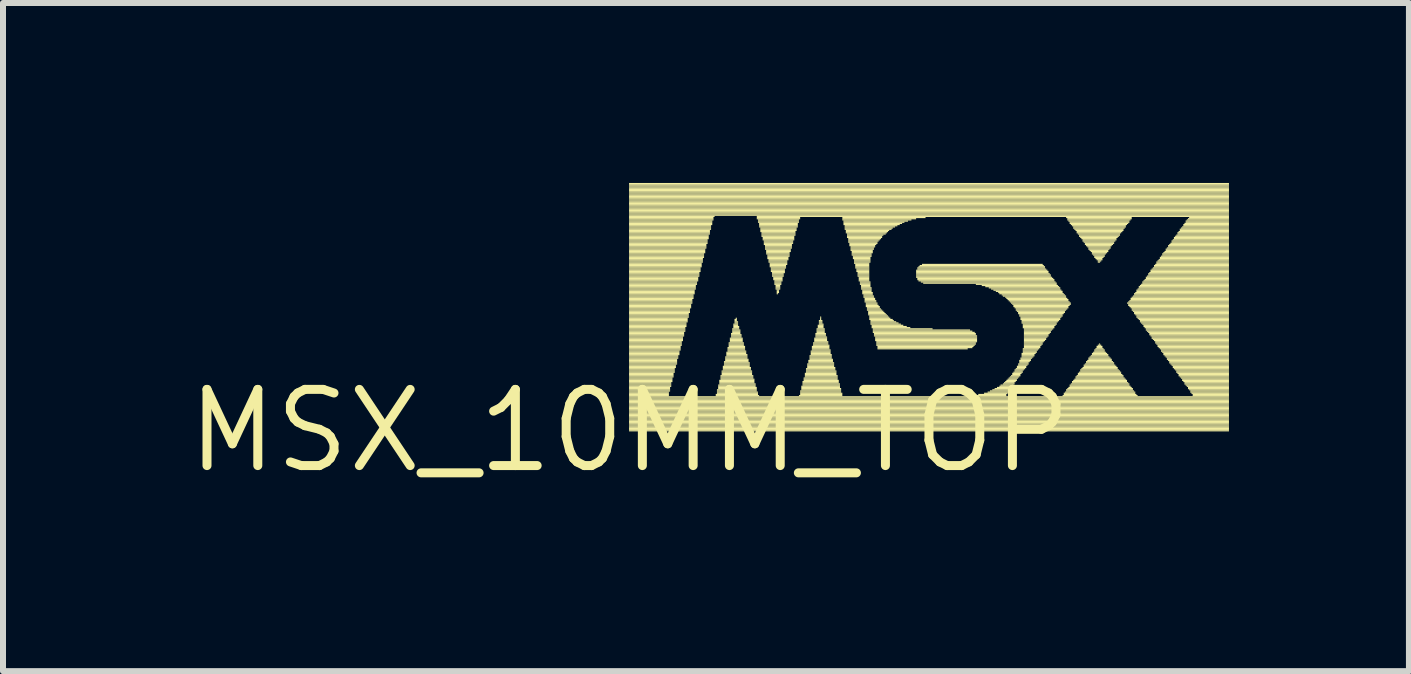
<source format=kicad_pcb>
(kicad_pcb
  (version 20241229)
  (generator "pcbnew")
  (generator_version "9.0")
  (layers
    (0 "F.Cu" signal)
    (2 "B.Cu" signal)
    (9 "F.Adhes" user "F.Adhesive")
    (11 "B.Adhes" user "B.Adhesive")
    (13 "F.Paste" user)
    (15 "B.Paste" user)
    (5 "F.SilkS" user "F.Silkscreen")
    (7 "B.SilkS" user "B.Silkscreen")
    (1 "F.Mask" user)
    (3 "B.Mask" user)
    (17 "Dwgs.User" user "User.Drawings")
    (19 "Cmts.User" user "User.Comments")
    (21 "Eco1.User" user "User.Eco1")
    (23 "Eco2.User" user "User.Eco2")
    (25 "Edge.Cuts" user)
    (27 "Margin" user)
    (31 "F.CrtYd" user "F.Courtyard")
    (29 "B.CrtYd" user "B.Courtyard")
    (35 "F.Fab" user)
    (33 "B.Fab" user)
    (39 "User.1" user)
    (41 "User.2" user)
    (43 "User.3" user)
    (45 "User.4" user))
  (footprint "MSX_10MM_TOP"
    (layer "F.Cu")
    (at 7.446 4.131)
    (property "Reference" "MSX_10MM_TOP" (at 0 0 0) (layer "F.SilkS") (effects (font (size 1.27 1.27) (thickness 0.15))))
    (attr through_hole)
    (fp_poly (pts (xy -0.01 -4.111) (xy 9.99 -4.111) (xy 9.99 -4.131) (xy -0.01 -4.131)) (stroke (width 0) (type solid)) (fill yes) (layer "F.SilkS"))
    (fp_poly (pts (xy -0.01 -4.092) (xy 9.99 -4.092) (xy 9.99 -4.111) (xy -0.01 -4.111)) (stroke (width 0) (type solid)) (fill yes) (layer "F.SilkS"))
    (fp_poly (pts (xy -0.01 -4.072) (xy 9.99 -4.072) (xy 9.99 -4.092) (xy -0.01 -4.092)) (stroke (width 0) (type solid)) (fill yes) (layer "F.SilkS"))
    (fp_poly (pts (xy -0.01 -4.053) (xy 9.99 -4.053) (xy 9.99 -4.072) (xy -0.01 -4.072)) (stroke (width 0) (type solid)) (fill yes) (layer "F.SilkS"))
    (fp_poly (pts (xy -0.01 -4.033) (xy 9.99 -4.033) (xy 9.99 -4.053) (xy -0.01 -4.053)) (stroke (width 0) (type solid)) (fill yes) (layer "F.SilkS"))
    (fp_poly (pts (xy -0.01 -4.014) (xy 9.99 -4.014) (xy 9.99 -4.033) (xy -0.01 -4.033)) (stroke (width 0) (type solid)) (fill yes) (layer "F.SilkS"))
    (fp_poly (pts (xy -0.01 -3.994) (xy 9.99 -3.994) (xy 9.99 -4.014) (xy -0.01 -4.014)) (stroke (width 0) (type solid)) (fill yes) (layer "F.SilkS"))
    (fp_poly (pts (xy -0.01 -3.975) (xy 9.99 -3.975) (xy 9.99 -3.994) (xy -0.01 -3.994)) (stroke (width 0) (type solid)) (fill yes) (layer "F.SilkS"))
    (fp_poly (pts (xy -0.01 -3.955) (xy 9.99 -3.955) (xy 9.99 -3.975) (xy -0.01 -3.975)) (stroke (width 0) (type solid)) (fill yes) (layer "F.SilkS"))
    (fp_poly (pts (xy -0.01 -3.936) (xy 9.99 -3.936) (xy 9.99 -3.955) (xy -0.01 -3.955)) (stroke (width 0) (type solid)) (fill yes) (layer "F.SilkS"))
    (fp_poly (pts (xy -0.01 -3.916) (xy 9.99 -3.916) (xy 9.99 -3.936) (xy -0.01 -3.936)) (stroke (width 0) (type solid)) (fill yes) (layer "F.SilkS"))
    (fp_poly (pts (xy -0.01 -3.896) (xy 9.99 -3.896) (xy 9.99 -3.916) (xy -0.01 -3.916)) (stroke (width 0) (type solid)) (fill yes) (layer "F.SilkS"))
    (fp_poly (pts (xy -0.01 -3.877) (xy 9.99 -3.877) (xy 9.99 -3.896) (xy -0.01 -3.896)) (stroke (width 0) (type solid)) (fill yes) (layer "F.SilkS"))
    (fp_poly (pts (xy -0.01 -3.857) (xy 9.99 -3.857) (xy 9.99 -3.877) (xy -0.01 -3.877)) (stroke (width 0) (type solid)) (fill yes) (layer "F.SilkS"))
    (fp_poly (pts (xy -0.01 -3.838) (xy 9.99 -3.838) (xy 9.99 -3.857) (xy -0.01 -3.857)) (stroke (width 0) (type solid)) (fill yes) (layer "F.SilkS"))
    (fp_poly (pts (xy -0.01 -3.818) (xy 9.99 -3.818) (xy 9.99 -3.838) (xy -0.01 -3.838)) (stroke (width 0) (type solid)) (fill yes) (layer "F.SilkS"))
    (fp_poly (pts (xy -0.01 -3.799) (xy 9.99 -3.799) (xy 9.99 -3.818) (xy -0.01 -3.818)) (stroke (width 0) (type solid)) (fill yes) (layer "F.SilkS"))
    (fp_poly (pts (xy -0.01 -3.779) (xy 9.99 -3.779) (xy 9.99 -3.799) (xy -0.01 -3.799)) (stroke (width 0) (type solid)) (fill yes) (layer "F.SilkS"))
    (fp_poly (pts (xy -0.01 -3.76) (xy 9.99 -3.76) (xy 9.99 -3.779) (xy -0.01 -3.779)) (stroke (width 0) (type solid)) (fill yes) (layer "F.SilkS"))
    (fp_poly (pts (xy -0.01 -3.74) (xy 9.99 -3.74) (xy 9.99 -3.76) (xy -0.01 -3.76)) (stroke (width 0) (type solid)) (fill yes) (layer "F.SilkS"))
    (fp_poly (pts (xy -0.01 -3.721) (xy 9.99 -3.721) (xy 9.99 -3.74) (xy -0.01 -3.74)) (stroke (width 0) (type solid)) (fill yes) (layer "F.SilkS"))
    (fp_poly (pts (xy -0.01 -3.701) (xy 9.99 -3.701) (xy 9.99 -3.721) (xy -0.01 -3.721)) (stroke (width 0) (type solid)) (fill yes) (layer "F.SilkS"))
    (fp_poly (pts (xy -0.01 -3.682) (xy 9.99 -3.682) (xy 9.99 -3.701) (xy -0.01 -3.701)) (stroke (width 0) (type solid)) (fill yes) (layer "F.SilkS"))
    (fp_poly (pts (xy -0.01 -3.662) (xy 9.99 -3.662) (xy 9.99 -3.682) (xy -0.01 -3.682)) (stroke (width 0) (type solid)) (fill yes) (layer "F.SilkS"))
    (fp_poly (pts (xy -0.01 -3.643) (xy 9.99 -3.643) (xy 9.99 -3.662) (xy -0.01 -3.662)) (stroke (width 0) (type solid)) (fill yes) (layer "F.SilkS"))
    (fp_poly (pts (xy -0.01 -3.623) (xy 9.99 -3.623) (xy 9.99 -3.643) (xy -0.01 -3.643)) (stroke (width 0) (type solid)) (fill yes) (layer "F.SilkS"))
    (fp_poly (pts (xy -0.01 -3.604) (xy 9.99 -3.604) (xy 9.99 -3.623) (xy -0.01 -3.623)) (stroke (width 0) (type solid)) (fill yes) (layer "F.SilkS"))
    (fp_poly (pts (xy -0.01 -3.584) (xy 9.99 -3.584) (xy 9.99 -3.604) (xy -0.01 -3.604)) (stroke (width 0) (type solid)) (fill yes) (layer "F.SilkS"))
    (fp_poly (pts (xy -0.01 -3.564) (xy 1.416 -3.564) (xy 1.416 -3.584) (xy -0.01 -3.584)) (stroke (width 0) (type solid)) (fill yes) (layer "F.SilkS"))
    (fp_poly (pts (xy -0.01 -3.545) (xy 1.397 -3.545) (xy 1.397 -3.564) (xy -0.01 -3.564)) (stroke (width 0) (type solid)) (fill yes) (layer "F.SilkS"))
    (fp_poly (pts (xy -0.01 -3.525) (xy 1.397 -3.525) (xy 1.397 -3.545) (xy -0.01 -3.545)) (stroke (width 0) (type solid)) (fill yes) (layer "F.SilkS"))
    (fp_poly (pts (xy -0.01 -3.506) (xy 1.397 -3.506) (xy 1.397 -3.525) (xy -0.01 -3.525)) (stroke (width 0) (type solid)) (fill yes) (layer "F.SilkS"))
    (fp_poly (pts (xy -0.01 -3.486) (xy 1.377 -3.486) (xy 1.377 -3.506) (xy -0.01 -3.506)) (stroke (width 0) (type solid)) (fill yes) (layer "F.SilkS"))
    (fp_poly (pts (xy -0.01 -3.467) (xy 1.377 -3.467) (xy 1.377 -3.486) (xy -0.01 -3.486)) (stroke (width 0) (type solid)) (fill yes) (layer "F.SilkS"))
    (fp_poly (pts (xy -0.01 -3.447) (xy 1.377 -3.447) (xy 1.377 -3.467) (xy -0.01 -3.467)) (stroke (width 0) (type solid)) (fill yes) (layer "F.SilkS"))
    (fp_poly (pts (xy -0.01 -3.428) (xy 1.377 -3.428) (xy 1.377 -3.447) (xy -0.01 -3.447)) (stroke (width 0) (type solid)) (fill yes) (layer "F.SilkS"))
    (fp_poly (pts (xy -0.01 -3.408) (xy 1.357 -3.408) (xy 1.357 -3.428) (xy -0.01 -3.428)) (stroke (width 0) (type solid)) (fill yes) (layer "F.SilkS"))
    (fp_poly (pts (xy -0.01 -3.389) (xy 1.357 -3.389) (xy 1.357 -3.408) (xy -0.01 -3.408)) (stroke (width 0) (type solid)) (fill yes) (layer "F.SilkS"))
    (fp_poly (pts (xy -0.01 -3.369) (xy 1.357 -3.369) (xy 1.357 -3.389) (xy -0.01 -3.389)) (stroke (width 0) (type solid)) (fill yes) (layer "F.SilkS"))
    (fp_poly (pts (xy -0.01 -3.35) (xy 1.357 -3.35) (xy 1.357 -3.369) (xy -0.01 -3.369)) (stroke (width 0) (type solid)) (fill yes) (layer "F.SilkS"))
    (fp_poly (pts (xy -0.01 -3.33) (xy 1.338 -3.33) (xy 1.338 -3.35) (xy -0.01 -3.35)) (stroke (width 0) (type solid)) (fill yes) (layer "F.SilkS"))
    (fp_poly (pts (xy -0.01 -3.311) (xy 1.338 -3.311) (xy 1.338 -3.33) (xy -0.01 -3.33)) (stroke (width 0) (type solid)) (fill yes) (layer "F.SilkS"))
    (fp_poly (pts (xy -0.01 -3.291) (xy 1.338 -3.291) (xy 1.338 -3.311) (xy -0.01 -3.311)) (stroke (width 0) (type solid)) (fill yes) (layer "F.SilkS"))
    (fp_poly (pts (xy -0.01 -3.271) (xy 1.338 -3.271) (xy 1.338 -3.291) (xy -0.01 -3.291)) (stroke (width 0) (type solid)) (fill yes) (layer "F.SilkS"))
    (fp_poly (pts (xy -0.01 -3.252) (xy 1.318 -3.252) (xy 1.318 -3.271) (xy -0.01 -3.271)) (stroke (width 0) (type solid)) (fill yes) (layer "F.SilkS"))
    (fp_poly (pts (xy -0.01 -3.232) (xy 1.318 -3.232) (xy 1.318 -3.252) (xy -0.01 -3.252)) (stroke (width 0) (type solid)) (fill yes) (layer "F.SilkS"))
    (fp_poly (pts (xy -0.01 -3.213) (xy 1.318 -3.213) (xy 1.318 -3.232) (xy -0.01 -3.232)) (stroke (width 0) (type solid)) (fill yes) (layer "F.SilkS"))
    (fp_poly (pts (xy -0.01 -3.193) (xy 1.318 -3.193) (xy 1.318 -3.213) (xy -0.01 -3.213)) (stroke (width 0) (type solid)) (fill yes) (layer "F.SilkS"))
    (fp_poly (pts (xy -0.01 -3.174) (xy 1.299 -3.174) (xy 1.299 -3.193) (xy -0.01 -3.193)) (stroke (width 0) (type solid)) (fill yes) (layer "F.SilkS"))
    (fp_poly (pts (xy -0.01 -3.154) (xy 1.299 -3.154) (xy 1.299 -3.174) (xy -0.01 -3.174)) (stroke (width 0) (type solid)) (fill yes) (layer "F.SilkS"))
    (fp_poly (pts (xy -0.01 -3.135) (xy 1.299 -3.135) (xy 1.299 -3.154) (xy -0.01 -3.154)) (stroke (width 0) (type solid)) (fill yes) (layer "F.SilkS"))
    (fp_poly (pts (xy -0.01 -3.115) (xy 1.299 -3.115) (xy 1.299 -3.135) (xy -0.01 -3.135)) (stroke (width 0) (type solid)) (fill yes) (layer "F.SilkS"))
    (fp_poly (pts (xy -0.01 -3.096) (xy 1.279 -3.096) (xy 1.279 -3.115) (xy -0.01 -3.115)) (stroke (width 0) (type solid)) (fill yes) (layer "F.SilkS"))
    (fp_poly (pts (xy -0.01 -3.076) (xy 1.279 -3.076) (xy 1.279 -3.096) (xy -0.01 -3.096)) (stroke (width 0) (type solid)) (fill yes) (layer "F.SilkS"))
    (fp_poly (pts (xy -0.01 -3.057) (xy 1.279 -3.057) (xy 1.279 -3.076) (xy -0.01 -3.076)) (stroke (width 0) (type solid)) (fill yes) (layer "F.SilkS"))
    (fp_poly (pts (xy -0.01 -3.037) (xy 1.279 -3.037) (xy 1.279 -3.057) (xy -0.01 -3.057)) (stroke (width 0) (type solid)) (fill yes) (layer "F.SilkS"))
    (fp_poly (pts (xy -0.01 -3.018) (xy 1.26 -3.018) (xy 1.26 -3.037) (xy -0.01 -3.037)) (stroke (width 0) (type solid)) (fill yes) (layer "F.SilkS"))
    (fp_poly (pts (xy -0.01 -2.998) (xy 1.26 -2.998) (xy 1.26 -3.018) (xy -0.01 -3.018)) (stroke (width 0) (type solid)) (fill yes) (layer "F.SilkS"))
    (fp_poly (pts (xy -0.01 -2.979) (xy 1.26 -2.979) (xy 1.26 -2.998) (xy -0.01 -2.998)) (stroke (width 0) (type solid)) (fill yes) (layer "F.SilkS"))
    (fp_poly (pts (xy -0.01 -2.959) (xy 1.26 -2.959) (xy 1.26 -2.979) (xy -0.01 -2.979)) (stroke (width 0) (type solid)) (fill yes) (layer "F.SilkS"))
    (fp_poly (pts (xy -0.01 -2.939) (xy 1.24 -2.939) (xy 1.24 -2.959) (xy -0.01 -2.959)) (stroke (width 0) (type solid)) (fill yes) (layer "F.SilkS"))
    (fp_poly (pts (xy -0.01 -2.92) (xy 1.24 -2.92) (xy 1.24 -2.939) (xy -0.01 -2.939)) (stroke (width 0) (type solid)) (fill yes) (layer "F.SilkS"))
    (fp_poly (pts (xy -0.01 -2.9) (xy 1.24 -2.9) (xy 1.24 -2.92) (xy -0.01 -2.92)) (stroke (width 0) (type solid)) (fill yes) (layer "F.SilkS"))
    (fp_poly (pts (xy -0.01 -2.881) (xy 1.24 -2.881) (xy 1.24 -2.9) (xy -0.01 -2.9)) (stroke (width 0) (type solid)) (fill yes) (layer "F.SilkS"))
    (fp_poly (pts (xy -0.01 -2.861) (xy 1.221 -2.861) (xy 1.221 -2.881) (xy -0.01 -2.881)) (stroke (width 0) (type solid)) (fill yes) (layer "F.SilkS"))
    (fp_poly (pts (xy -0.01 -2.842) (xy 1.221 -2.842) (xy 1.221 -2.861) (xy -0.01 -2.861)) (stroke (width 0) (type solid)) (fill yes) (layer "F.SilkS"))
    (fp_poly (pts (xy -0.01 -2.822) (xy 1.221 -2.822) (xy 1.221 -2.842) (xy -0.01 -2.842)) (stroke (width 0) (type solid)) (fill yes) (layer "F.SilkS"))
    (fp_poly (pts (xy -0.01 -2.803) (xy 1.221 -2.803) (xy 1.221 -2.822) (xy -0.01 -2.822)) (stroke (width 0) (type solid)) (fill yes) (layer "F.SilkS"))
    (fp_poly (pts (xy -0.01 -2.783) (xy 1.201 -2.783) (xy 1.201 -2.803) (xy -0.01 -2.803)) (stroke (width 0) (type solid)) (fill yes) (layer "F.SilkS"))
    (fp_poly (pts (xy -0.01 -2.764) (xy 1.201 -2.764) (xy 1.201 -2.783) (xy -0.01 -2.783)) (stroke (width 0) (type solid)) (fill yes) (layer "F.SilkS"))
    (fp_poly (pts (xy -0.01 -2.744) (xy 1.201 -2.744) (xy 1.201 -2.764) (xy -0.01 -2.764)) (stroke (width 0) (type solid)) (fill yes) (layer "F.SilkS"))
    (fp_poly (pts (xy -0.01 -2.725) (xy 1.201 -2.725) (xy 1.201 -2.744) (xy -0.01 -2.744)) (stroke (width 0) (type solid)) (fill yes) (layer "F.SilkS"))
    (fp_poly (pts (xy -0.01 -2.705) (xy 1.182 -2.705) (xy 1.182 -2.725) (xy -0.01 -2.725)) (stroke (width 0) (type solid)) (fill yes) (layer "F.SilkS"))
    (fp_poly (pts (xy -0.01 -2.686) (xy 1.182 -2.686) (xy 1.182 -2.705) (xy -0.01 -2.705)) (stroke (width 0) (type solid)) (fill yes) (layer "F.SilkS"))
    (fp_poly (pts (xy -0.01 -2.666) (xy 1.182 -2.666) (xy 1.182 -2.686) (xy -0.01 -2.686)) (stroke (width 0) (type solid)) (fill yes) (layer "F.SilkS"))
    (fp_poly (pts (xy -0.01 -2.646) (xy 1.182 -2.646) (xy 1.182 -2.666) (xy -0.01 -2.666)) (stroke (width 0) (type solid)) (fill yes) (layer "F.SilkS"))
    (fp_poly (pts (xy -0.01 -2.627) (xy 1.162 -2.627) (xy 1.162 -2.646) (xy -0.01 -2.646)) (stroke (width 0) (type solid)) (fill yes) (layer "F.SilkS"))
    (fp_poly (pts (xy -0.01 -2.607) (xy 1.162 -2.607) (xy 1.162 -2.627) (xy -0.01 -2.627)) (stroke (width 0) (type solid)) (fill yes) (layer "F.SilkS"))
    (fp_poly (pts (xy -0.01 -2.588) (xy 1.162 -2.588) (xy 1.162 -2.607) (xy -0.01 -2.607)) (stroke (width 0) (type solid)) (fill yes) (layer "F.SilkS"))
    (fp_poly (pts (xy -0.01 -2.568) (xy 1.162 -2.568) (xy 1.162 -2.588) (xy -0.01 -2.588)) (stroke (width 0) (type solid)) (fill yes) (layer "F.SilkS"))
    (fp_poly (pts (xy -0.01 -2.549) (xy 1.143 -2.549) (xy 1.143 -2.568) (xy -0.01 -2.568)) (stroke (width 0) (type solid)) (fill yes) (layer "F.SilkS"))
    (fp_poly (pts (xy -0.01 -2.529) (xy 1.143 -2.529) (xy 1.143 -2.549) (xy -0.01 -2.549)) (stroke (width 0) (type solid)) (fill yes) (layer "F.SilkS"))
    (fp_poly (pts (xy -0.01 -2.51) (xy 1.143 -2.51) (xy 1.143 -2.529) (xy -0.01 -2.529)) (stroke (width 0) (type solid)) (fill yes) (layer "F.SilkS"))
    (fp_poly (pts (xy -0.01 -2.49) (xy 1.143 -2.49) (xy 1.143 -2.51) (xy -0.01 -2.51)) (stroke (width 0) (type solid)) (fill yes) (layer "F.SilkS"))
    (fp_poly (pts (xy -0.01 -2.471) (xy 1.123 -2.471) (xy 1.123 -2.49) (xy -0.01 -2.49)) (stroke (width 0) (type solid)) (fill yes) (layer "F.SilkS"))
    (fp_poly (pts (xy -0.01 -2.451) (xy 1.123 -2.451) (xy 1.123 -2.471) (xy -0.01 -2.471)) (stroke (width 0) (type solid)) (fill yes) (layer "F.SilkS"))
    (fp_poly (pts (xy -0.01 -2.432) (xy 1.123 -2.432) (xy 1.123 -2.451) (xy -0.01 -2.451)) (stroke (width 0) (type solid)) (fill yes) (layer "F.SilkS"))
    (fp_poly (pts (xy -0.01 -2.412) (xy 1.103 -2.412) (xy 1.103 -2.432) (xy -0.01 -2.432)) (stroke (width 0) (type solid)) (fill yes) (layer "F.SilkS"))
    (fp_poly (pts (xy -0.01 -2.393) (xy 1.103 -2.393) (xy 1.103 -2.412) (xy -0.01 -2.412)) (stroke (width 0) (type solid)) (fill yes) (layer "F.SilkS"))
    (fp_poly (pts (xy -0.01 -2.373) (xy 1.103 -2.373) (xy 1.103 -2.393) (xy -0.01 -2.393)) (stroke (width 0) (type solid)) (fill yes) (layer "F.SilkS"))
    (fp_poly (pts (xy -0.01 -2.354) (xy 1.103 -2.354) (xy 1.103 -2.373) (xy -0.01 -2.373)) (stroke (width 0) (type solid)) (fill yes) (layer "F.SilkS"))
    (fp_poly (pts (xy -0.01 -2.334) (xy 1.084 -2.334) (xy 1.084 -2.354) (xy -0.01 -2.354)) (stroke (width 0) (type solid)) (fill yes) (layer "F.SilkS"))
    (fp_poly (pts (xy -0.01 -2.314) (xy 1.084 -2.314) (xy 1.084 -2.334) (xy -0.01 -2.334)) (stroke (width 0) (type solid)) (fill yes) (layer "F.SilkS"))
    (fp_poly (pts (xy -0.01 -2.295) (xy 1.084 -2.295) (xy 1.084 -2.314) (xy -0.01 -2.314)) (stroke (width 0) (type solid)) (fill yes) (layer "F.SilkS"))
    (fp_poly (pts (xy -0.01 -2.275) (xy 1.084 -2.275) (xy 1.084 -2.295) (xy -0.01 -2.295)) (stroke (width 0) (type solid)) (fill yes) (layer "F.SilkS"))
    (fp_poly (pts (xy -0.01 -2.256) (xy 1.065 -2.256) (xy 1.065 -2.275) (xy -0.01 -2.275)) (stroke (width 0) (type solid)) (fill yes) (layer "F.SilkS"))
    (fp_poly (pts (xy -0.01 -2.236) (xy 1.065 -2.236) (xy 1.065 -2.256) (xy -0.01 -2.256)) (stroke (width 0) (type solid)) (fill yes) (layer "F.SilkS"))
    (fp_poly (pts (xy -0.01 -2.217) (xy 1.065 -2.217) (xy 1.065 -2.236) (xy -0.01 -2.236)) (stroke (width 0) (type solid)) (fill yes) (layer "F.SilkS"))
    (fp_poly (pts (xy -0.01 -2.197) (xy 1.065 -2.197) (xy 1.065 -2.217) (xy -0.01 -2.217)) (stroke (width 0) (type solid)) (fill yes) (layer "F.SilkS"))
    (fp_poly (pts (xy -0.01 -2.178) (xy 1.045 -2.178) (xy 1.045 -2.197) (xy -0.01 -2.197)) (stroke (width 0) (type solid)) (fill yes) (layer "F.SilkS"))
    (fp_poly (pts (xy -0.01 -2.158) (xy 1.045 -2.158) (xy 1.045 -2.178) (xy -0.01 -2.178)) (stroke (width 0) (type solid)) (fill yes) (layer "F.SilkS"))
    (fp_poly (pts (xy -0.01 -2.139) (xy 1.045 -2.139) (xy 1.045 -2.158) (xy -0.01 -2.158)) (stroke (width 0) (type solid)) (fill yes) (layer "F.SilkS"))
    (fp_poly (pts (xy -0.01 -2.119) (xy 1.045 -2.119) (xy 1.045 -2.139) (xy -0.01 -2.139)) (stroke (width 0) (type solid)) (fill yes) (layer "F.SilkS"))
    (fp_poly (pts (xy -0.01 -2.1) (xy 1.025 -2.1) (xy 1.025 -2.119) (xy -0.01 -2.119)) (stroke (width 0) (type solid)) (fill yes) (layer "F.SilkS"))
    (fp_poly (pts (xy -0.01 -2.08) (xy 1.025 -2.08) (xy 1.025 -2.1) (xy -0.01 -2.1)) (stroke (width 0) (type solid)) (fill yes) (layer "F.SilkS"))
    (fp_poly (pts (xy -0.01 -2.061) (xy 1.025 -2.061) (xy 1.025 -2.08) (xy -0.01 -2.08)) (stroke (width 0) (type solid)) (fill yes) (layer "F.SilkS"))
    (fp_poly (pts (xy -0.01 -2.041) (xy 1.025 -2.041) (xy 1.025 -2.061) (xy -0.01 -2.061)) (stroke (width 0) (type solid)) (fill yes) (layer "F.SilkS"))
    (fp_poly (pts (xy -0.01 -2.021) (xy 1.006 -2.021) (xy 1.006 -2.041) (xy -0.01 -2.041)) (stroke (width 0) (type solid)) (fill yes) (layer "F.SilkS"))
    (fp_poly (pts (xy -0.01 -2.002) (xy 1.006 -2.002) (xy 1.006 -2.021) (xy -0.01 -2.021)) (stroke (width 0) (type solid)) (fill yes) (layer "F.SilkS"))
    (fp_poly (pts (xy -0.01 -1.982) (xy 1.006 -1.982) (xy 1.006 -2.002) (xy -0.01 -2.002)) (stroke (width 0) (type solid)) (fill yes) (layer "F.SilkS"))
    (fp_poly (pts (xy -0.01 -1.963) (xy 1.006 -1.963) (xy 1.006 -1.982) (xy -0.01 -1.982)) (stroke (width 0) (type solid)) (fill yes) (layer "F.SilkS"))
    (fp_poly (pts (xy -0.01 -1.943) (xy 0.986 -1.943) (xy 0.986 -1.963) (xy -0.01 -1.963)) (stroke (width 0) (type solid)) (fill yes) (layer "F.SilkS"))
    (fp_poly (pts (xy -0.01 -1.924) (xy 0.986 -1.924) (xy 0.986 -1.943) (xy -0.01 -1.943)) (stroke (width 0) (type solid)) (fill yes) (layer "F.SilkS"))
    (fp_poly (pts (xy -0.01 -1.904) (xy 0.986 -1.904) (xy 0.986 -1.924) (xy -0.01 -1.924)) (stroke (width 0) (type solid)) (fill yes) (layer "F.SilkS"))
    (fp_poly (pts (xy -0.01 -1.885) (xy 0.986 -1.885) (xy 0.986 -1.904) (xy -0.01 -1.904)) (stroke (width 0) (type solid)) (fill yes) (layer "F.SilkS"))
    (fp_poly (pts (xy -0.01 -1.865) (xy 0.967 -1.865) (xy 0.967 -1.885) (xy -0.01 -1.885)) (stroke (width 0) (type solid)) (fill yes) (layer "F.SilkS"))
    (fp_poly (pts (xy -0.01 -1.846) (xy 0.967 -1.846) (xy 0.967 -1.865) (xy -0.01 -1.865)) (stroke (width 0) (type solid)) (fill yes) (layer "F.SilkS"))
    (fp_poly (pts (xy -0.01 -1.826) (xy 0.967 -1.826) (xy 0.967 -1.846) (xy -0.01 -1.846)) (stroke (width 0) (type solid)) (fill yes) (layer "F.SilkS"))
    (fp_poly (pts (xy -0.01 -1.807) (xy 0.967 -1.807) (xy 0.967 -1.826) (xy -0.01 -1.826)) (stroke (width 0) (type solid)) (fill yes) (layer "F.SilkS"))
    (fp_poly (pts (xy -0.01 -1.787) (xy 0.947 -1.787) (xy 0.947 -1.807) (xy -0.01 -1.807)) (stroke (width 0) (type solid)) (fill yes) (layer "F.SilkS"))
    (fp_poly (pts (xy -0.01 -1.768) (xy 0.947 -1.768) (xy 0.947 -1.787) (xy -0.01 -1.787)) (stroke (width 0) (type solid)) (fill yes) (layer "F.SilkS"))
    (fp_poly (pts (xy -0.01 -1.748) (xy 0.947 -1.748) (xy 0.947 -1.768) (xy -0.01 -1.768)) (stroke (width 0) (type solid)) (fill yes) (layer "F.SilkS"))
    (fp_poly (pts (xy -0.01 -1.729) (xy 0.947 -1.729) (xy 0.947 -1.748) (xy -0.01 -1.748)) (stroke (width 0) (type solid)) (fill yes) (layer "F.SilkS"))
    (fp_poly (pts (xy -0.01 -1.709) (xy 0.928 -1.709) (xy 0.928 -1.729) (xy -0.01 -1.729)) (stroke (width 0) (type solid)) (fill yes) (layer "F.SilkS"))
    (fp_poly (pts (xy -0.01 -1.689) (xy 0.928 -1.689) (xy 0.928 -1.709) (xy -0.01 -1.709)) (stroke (width 0) (type solid)) (fill yes) (layer "F.SilkS"))
    (fp_poly (pts (xy -0.01 -1.67) (xy 0.928 -1.67) (xy 0.928 -1.689) (xy -0.01 -1.689)) (stroke (width 0) (type solid)) (fill yes) (layer "F.SilkS"))
    (fp_poly (pts (xy -0.01 -1.65) (xy 0.928 -1.65) (xy 0.928 -1.67) (xy -0.01 -1.67)) (stroke (width 0) (type solid)) (fill yes) (layer "F.SilkS"))
    (fp_poly (pts (xy -0.01 -1.631) (xy 0.908 -1.631) (xy 0.908 -1.65) (xy -0.01 -1.65)) (stroke (width 0) (type solid)) (fill yes) (layer "F.SilkS"))
    (fp_poly (pts (xy -0.01 -1.611) (xy 0.908 -1.611) (xy 0.908 -1.631) (xy -0.01 -1.631)) (stroke (width 0) (type solid)) (fill yes) (layer "F.SilkS"))
    (fp_poly (pts (xy -0.01 -1.592) (xy 0.908 -1.592) (xy 0.908 -1.611) (xy -0.01 -1.611)) (stroke (width 0) (type solid)) (fill yes) (layer "F.SilkS"))
    (fp_poly (pts (xy -0.01 -1.572) (xy 0.908 -1.572) (xy 0.908 -1.592) (xy -0.01 -1.592)) (stroke (width 0) (type solid)) (fill yes) (layer "F.SilkS"))
    (fp_poly (pts (xy -0.01 -1.553) (xy 0.889 -1.553) (xy 0.889 -1.572) (xy -0.01 -1.572)) (stroke (width 0) (type solid)) (fill yes) (layer "F.SilkS"))
    (fp_poly (pts (xy -0.01 -1.533) (xy 0.889 -1.533) (xy 0.889 -1.553) (xy -0.01 -1.553)) (stroke (width 0) (type solid)) (fill yes) (layer "F.SilkS"))
    (fp_poly (pts (xy -0.01 -1.514) (xy 0.889 -1.514) (xy 0.889 -1.533) (xy -0.01 -1.533)) (stroke (width 0) (type solid)) (fill yes) (layer "F.SilkS"))
    (fp_poly (pts (xy -0.01 -1.494) (xy 0.889 -1.494) (xy 0.889 -1.514) (xy -0.01 -1.514)) (stroke (width 0) (type solid)) (fill yes) (layer "F.SilkS"))
    (fp_poly (pts (xy -0.01 -1.475) (xy 0.869 -1.475) (xy 0.869 -1.494) (xy -0.01 -1.494)) (stroke (width 0) (type solid)) (fill yes) (layer "F.SilkS"))
    (fp_poly (pts (xy -0.01 -1.455) (xy 0.869 -1.455) (xy 0.869 -1.475) (xy -0.01 -1.475)) (stroke (width 0) (type solid)) (fill yes) (layer "F.SilkS"))
    (fp_poly (pts (xy -0.01 -1.436) (xy 0.869 -1.436) (xy 0.869 -1.455) (xy -0.01 -1.455)) (stroke (width 0) (type solid)) (fill yes) (layer "F.SilkS"))
    (fp_poly (pts (xy -0.01 -1.416) (xy 0.869 -1.416) (xy 0.869 -1.436) (xy -0.01 -1.436)) (stroke (width 0) (type solid)) (fill yes) (layer "F.SilkS"))
    (fp_poly (pts (xy -0.01 -1.396) (xy 0.85 -1.396) (xy 0.85 -1.416) (xy -0.01 -1.416)) (stroke (width 0) (type solid)) (fill yes) (layer "F.SilkS"))
    (fp_poly (pts (xy -0.01 -1.377) (xy 0.85 -1.377) (xy 0.85 -1.396) (xy -0.01 -1.396)) (stroke (width 0) (type solid)) (fill yes) (layer "F.SilkS"))
    (fp_poly (pts (xy -0.01 -1.357) (xy 0.85 -1.357) (xy 0.85 -1.377) (xy -0.01 -1.377)) (stroke (width 0) (type solid)) (fill yes) (layer "F.SilkS"))
    (fp_poly (pts (xy -0.01 -1.338) (xy 0.85 -1.338) (xy 0.85 -1.357) (xy -0.01 -1.357)) (stroke (width 0) (type solid)) (fill yes) (layer "F.SilkS"))
    (fp_poly (pts (xy -0.01 -1.318) (xy 0.83 -1.318) (xy 0.83 -1.338) (xy -0.01 -1.338)) (stroke (width 0) (type solid)) (fill yes) (layer "F.SilkS"))
    (fp_poly (pts (xy -0.01 -1.299) (xy 0.83 -1.299) (xy 0.83 -1.318) (xy -0.01 -1.318)) (stroke (width 0) (type solid)) (fill yes) (layer "F.SilkS"))
    (fp_poly (pts (xy -0.01 -1.279) (xy 0.83 -1.279) (xy 0.83 -1.299) (xy -0.01 -1.299)) (stroke (width 0) (type solid)) (fill yes) (layer "F.SilkS"))
    (fp_poly (pts (xy -0.01 -1.26) (xy 0.83 -1.26) (xy 0.83 -1.279) (xy -0.01 -1.279)) (stroke (width 0) (type solid)) (fill yes) (layer "F.SilkS"))
    (fp_poly (pts (xy -0.01 -1.24) (xy 0.81 -1.24) (xy 0.81 -1.26) (xy -0.01 -1.26)) (stroke (width 0) (type solid)) (fill yes) (layer "F.SilkS"))
    (fp_poly (pts (xy -0.01 -1.221) (xy 0.81 -1.221) (xy 0.81 -1.24) (xy -0.01 -1.24)) (stroke (width 0) (type solid)) (fill yes) (layer "F.SilkS"))
    (fp_poly (pts (xy -0.01 -1.201) (xy 0.81 -1.201) (xy 0.81 -1.221) (xy -0.01 -1.221)) (stroke (width 0) (type solid)) (fill yes) (layer "F.SilkS"))
    (fp_poly (pts (xy -0.01 -1.182) (xy 0.791 -1.182) (xy 0.791 -1.201) (xy -0.01 -1.201)) (stroke (width 0) (type solid)) (fill yes) (layer "F.SilkS"))
    (fp_poly (pts (xy -0.01 -1.162) (xy 0.791 -1.162) (xy 0.791 -1.182) (xy -0.01 -1.182)) (stroke (width 0) (type solid)) (fill yes) (layer "F.SilkS"))
    (fp_poly (pts (xy -0.01 -1.143) (xy 0.791 -1.143) (xy 0.791 -1.162) (xy -0.01 -1.162)) (stroke (width 0) (type solid)) (fill yes) (layer "F.SilkS"))
    (fp_poly (pts (xy -0.01 -1.123) (xy 0.791 -1.123) (xy 0.791 -1.143) (xy -0.01 -1.143)) (stroke (width 0) (type solid)) (fill yes) (layer "F.SilkS"))
    (fp_poly (pts (xy -0.01 -1.104) (xy 0.791 -1.104) (xy 0.791 -1.123) (xy -0.01 -1.123)) (stroke (width 0) (type solid)) (fill yes) (layer "F.SilkS"))
    (fp_poly (pts (xy -0.01 -1.084) (xy 0.771 -1.084) (xy 0.771 -1.104) (xy -0.01 -1.104)) (stroke (width 0) (type solid)) (fill yes) (layer "F.SilkS"))
    (fp_poly (pts (xy -0.01 -1.064) (xy 0.771 -1.064) (xy 0.771 -1.084) (xy -0.01 -1.084)) (stroke (width 0) (type solid)) (fill yes) (layer "F.SilkS"))
    (fp_poly (pts (xy -0.01 -1.045) (xy 0.771 -1.045) (xy 0.771 -1.064) (xy -0.01 -1.064)) (stroke (width 0) (type solid)) (fill yes) (layer "F.SilkS"))
    (fp_poly (pts (xy -0.01 -1.025) (xy 0.752 -1.025) (xy 0.752 -1.045) (xy -0.01 -1.045)) (stroke (width 0) (type solid)) (fill yes) (layer "F.SilkS"))
    (fp_poly (pts (xy -0.01 -1.006) (xy 0.752 -1.006) (xy 0.752 -1.025) (xy -0.01 -1.025)) (stroke (width 0) (type solid)) (fill yes) (layer "F.SilkS"))
    (fp_poly (pts (xy -0.01 -0.986) (xy 0.752 -0.986) (xy 0.752 -1.006) (xy -0.01 -1.006)) (stroke (width 0) (type solid)) (fill yes) (layer "F.SilkS"))
    (fp_poly (pts (xy -0.01 -0.967) (xy 0.752 -0.967) (xy 0.752 -0.986) (xy -0.01 -0.986)) (stroke (width 0) (type solid)) (fill yes) (layer "F.SilkS"))
    (fp_poly (pts (xy -0.01 -0.947) (xy 0.732 -0.947) (xy 0.732 -0.967) (xy -0.01 -0.967)) (stroke (width 0) (type solid)) (fill yes) (layer "F.SilkS"))
    (fp_poly (pts (xy -0.01 -0.928) (xy 0.732 -0.928) (xy 0.732 -0.947) (xy -0.01 -0.947)) (stroke (width 0) (type solid)) (fill yes) (layer "F.SilkS"))
    (fp_poly (pts (xy -0.01 -0.908) (xy 0.732 -0.908) (xy 0.732 -0.928) (xy -0.01 -0.928)) (stroke (width 0) (type solid)) (fill yes) (layer "F.SilkS"))
    (fp_poly (pts (xy -0.01 -0.889) (xy 0.732 -0.889) (xy 0.732 -0.908) (xy -0.01 -0.908)) (stroke (width 0) (type solid)) (fill yes) (layer "F.SilkS"))
    (fp_poly (pts (xy -0.01 -0.869) (xy 0.713 -0.869) (xy 0.713 -0.889) (xy -0.01 -0.889)) (stroke (width 0) (type solid)) (fill yes) (layer "F.SilkS"))
    (fp_poly (pts (xy -0.01 -0.85) (xy 0.713 -0.85) (xy 0.713 -0.869) (xy -0.01 -0.869)) (stroke (width 0) (type solid)) (fill yes) (layer "F.SilkS"))
    (fp_poly (pts (xy -0.01 -0.83) (xy 0.713 -0.83) (xy 0.713 -0.85) (xy -0.01 -0.85)) (stroke (width 0) (type solid)) (fill yes) (layer "F.SilkS"))
    (fp_poly (pts (xy -0.01 -0.811) (xy 0.713 -0.811) (xy 0.713 -0.83) (xy -0.01 -0.83)) (stroke (width 0) (type solid)) (fill yes) (layer "F.SilkS"))
    (fp_poly (pts (xy -0.01 -0.791) (xy 0.693 -0.791) (xy 0.693 -0.811) (xy -0.01 -0.811)) (stroke (width 0) (type solid)) (fill yes) (layer "F.SilkS"))
    (fp_poly (pts (xy -0.01 -0.771) (xy 0.693 -0.771) (xy 0.693 -0.791) (xy -0.01 -0.791)) (stroke (width 0) (type solid)) (fill yes) (layer "F.SilkS"))
    (fp_poly (pts (xy -0.01 -0.752) (xy 0.693 -0.752) (xy 0.693 -0.771) (xy -0.01 -0.771)) (stroke (width 0) (type solid)) (fill yes) (layer "F.SilkS"))
    (fp_poly (pts (xy -0.01 -0.732) (xy 0.693 -0.732) (xy 0.693 -0.752) (xy -0.01 -0.752)) (stroke (width 0) (type solid)) (fill yes) (layer "F.SilkS"))
    (fp_poly (pts (xy -0.01 -0.713) (xy 0.674 -0.713) (xy 0.674 -0.732) (xy -0.01 -0.732)) (stroke (width 0) (type solid)) (fill yes) (layer "F.SilkS"))
    (fp_poly (pts (xy -0.01 -0.693) (xy 0.674 -0.693) (xy 0.674 -0.713) (xy -0.01 -0.713)) (stroke (width 0) (type solid)) (fill yes) (layer "F.SilkS"))
    (fp_poly (pts (xy -0.01 -0.674) (xy 0.674 -0.674) (xy 0.674 -0.693) (xy -0.01 -0.693)) (stroke (width 0) (type solid)) (fill yes) (layer "F.SilkS"))
    (fp_poly (pts (xy -0.01 -0.654) (xy 0.674 -0.654) (xy 0.674 -0.674) (xy -0.01 -0.674)) (stroke (width 0) (type solid)) (fill yes) (layer "F.SilkS"))
    (fp_poly (pts (xy -0.01 -0.635) (xy 0.654 -0.635) (xy 0.654 -0.654) (xy -0.01 -0.654)) (stroke (width 0) (type solid)) (fill yes) (layer "F.SilkS"))
    (fp_poly (pts (xy -0.01 -0.615) (xy 0.654 -0.615) (xy 0.654 -0.635) (xy -0.01 -0.635)) (stroke (width 0) (type solid)) (fill yes) (layer "F.SilkS"))
    (fp_poly (pts (xy -0.01 -0.596) (xy 0.654 -0.596) (xy 0.654 -0.615) (xy -0.01 -0.615)) (stroke (width 0) (type solid)) (fill yes) (layer "F.SilkS"))
    (fp_poly (pts (xy -0.01 -0.576) (xy 0.654 -0.576) (xy 0.654 -0.596) (xy -0.01 -0.596)) (stroke (width 0) (type solid)) (fill yes) (layer "F.SilkS"))
    (fp_poly (pts (xy -0.01 -0.557) (xy 9.99 -0.557) (xy 9.99 -0.576) (xy -0.01 -0.576)) (stroke (width 0) (type solid)) (fill yes) (layer "F.SilkS"))
    (fp_poly (pts (xy -0.01 -0.537) (xy 9.99 -0.537) (xy 9.99 -0.557) (xy -0.01 -0.557)) (stroke (width 0) (type solid)) (fill yes) (layer "F.SilkS"))
    (fp_poly (pts (xy -0.01 -0.518) (xy 9.99 -0.518) (xy 9.99 -0.537) (xy -0.01 -0.537)) (stroke (width 0) (type solid)) (fill yes) (layer "F.SilkS"))
    (fp_poly (pts (xy -0.01 -0.498) (xy 9.99 -0.498) (xy 9.99 -0.518) (xy -0.01 -0.518)) (stroke (width 0) (type solid)) (fill yes) (layer "F.SilkS"))
    (fp_poly (pts (xy -0.01 -0.479) (xy 9.99 -0.479) (xy 9.99 -0.498) (xy -0.01 -0.498)) (stroke (width 0) (type solid)) (fill yes) (layer "F.SilkS"))
    (fp_poly (pts (xy -0.01 -0.459) (xy 9.99 -0.459) (xy 9.99 -0.479) (xy -0.01 -0.479)) (stroke (width 0) (type solid)) (fill yes) (layer "F.SilkS"))
    (fp_poly (pts (xy -0.01 -0.439) (xy 9.99 -0.439) (xy 9.99 -0.459) (xy -0.01 -0.459)) (stroke (width 0) (type solid)) (fill yes) (layer "F.SilkS"))
    (fp_poly (pts (xy -0.01 -0.42) (xy 9.99 -0.42) (xy 9.99 -0.439) (xy -0.01 -0.439)) (stroke (width 0) (type solid)) (fill yes) (layer "F.SilkS"))
    (fp_poly (pts (xy -0.01 -0.4) (xy 9.99 -0.4) (xy 9.99 -0.42) (xy -0.01 -0.42)) (stroke (width 0) (type solid)) (fill yes) (layer "F.SilkS"))
    (fp_poly (pts (xy -0.01 -0.381) (xy 9.99 -0.381) (xy 9.99 -0.4) (xy -0.01 -0.4)) (stroke (width 0) (type solid)) (fill yes) (layer "F.SilkS"))
    (fp_poly (pts (xy -0.01 -0.361) (xy 9.99 -0.361) (xy 9.99 -0.381) (xy -0.01 -0.381)) (stroke (width 0) (type solid)) (fill yes) (layer "F.SilkS"))
    (fp_poly (pts (xy -0.01 -0.342) (xy 9.99 -0.342) (xy 9.99 -0.361) (xy -0.01 -0.361)) (stroke (width 0) (type solid)) (fill yes) (layer "F.SilkS"))
    (fp_poly (pts (xy -0.01 -0.322) (xy 9.99 -0.322) (xy 9.99 -0.342) (xy -0.01 -0.342)) (stroke (width 0) (type solid)) (fill yes) (layer "F.SilkS"))
    (fp_poly (pts (xy -0.01 -0.303) (xy 9.99 -0.303) (xy 9.99 -0.322) (xy -0.01 -0.322)) (stroke (width 0) (type solid)) (fill yes) (layer "F.SilkS"))
    (fp_poly (pts (xy -0.01 -0.283) (xy 9.99 -0.283) (xy 9.99 -0.303) (xy -0.01 -0.303)) (stroke (width 0) (type solid)) (fill yes) (layer "F.SilkS"))
    (fp_poly (pts (xy -0.01 -0.264) (xy 9.99 -0.264) (xy 9.99 -0.283) (xy -0.01 -0.283)) (stroke (width 0) (type solid)) (fill yes) (layer "F.SilkS"))
    (fp_poly (pts (xy -0.01 -0.244) (xy 9.99 -0.244) (xy 9.99 -0.264) (xy -0.01 -0.264)) (stroke (width 0) (type solid)) (fill yes) (layer "F.SilkS"))
    (fp_poly (pts (xy -0.01 -0.225) (xy 9.99 -0.225) (xy 9.99 -0.244) (xy -0.01 -0.244)) (stroke (width 0) (type solid)) (fill yes) (layer "F.SilkS"))
    (fp_poly (pts (xy -0.01 -0.205) (xy 9.99 -0.205) (xy 9.99 -0.225) (xy -0.01 -0.225)) (stroke (width 0) (type solid)) (fill yes) (layer "F.SilkS"))
    (fp_poly (pts (xy -0.01 -0.186) (xy 9.99 -0.186) (xy 9.99 -0.205) (xy -0.01 -0.205)) (stroke (width 0) (type solid)) (fill yes) (layer "F.SilkS"))
    (fp_poly (pts (xy -0.01 -0.166) (xy 9.99 -0.166) (xy 9.99 -0.186) (xy -0.01 -0.186)) (stroke (width 0) (type solid)) (fill yes) (layer "F.SilkS"))
    (fp_poly (pts (xy -0.01 -0.146) (xy 9.99 -0.146) (xy 9.99 -0.166) (xy -0.01 -0.166)) (stroke (width 0) (type solid)) (fill yes) (layer "F.SilkS"))
    (fp_poly (pts (xy -0.01 -0.127) (xy 9.99 -0.127) (xy 9.99 -0.146) (xy -0.01 -0.146)) (stroke (width 0) (type solid)) (fill yes) (layer "F.SilkS"))
    (fp_poly (pts (xy -0.01 -0.107) (xy 9.99 -0.107) (xy 9.99 -0.127) (xy -0.01 -0.127)) (stroke (width 0) (type solid)) (fill yes) (layer "F.SilkS"))
    (fp_poly (pts (xy -0.01 -0.088) (xy 9.99 -0.088) (xy 9.99 -0.107) (xy -0.01 -0.107)) (stroke (width 0) (type solid)) (fill yes) (layer "F.SilkS"))
    (fp_poly (pts (xy -0.01 -0.068) (xy 9.99 -0.068) (xy 9.99 -0.088) (xy -0.01 -0.088)) (stroke (width 0) (type solid)) (fill yes) (layer "F.SilkS"))
    (fp_poly (pts (xy -0.01 -0.049) (xy 9.99 -0.049) (xy 9.99 -0.068) (xy -0.01 -0.068)) (stroke (width 0) (type solid)) (fill yes) (layer "F.SilkS"))
    (fp_poly (pts (xy -0.01 -0.029) (xy 9.99 -0.029) (xy 9.99 -0.049) (xy -0.01 -0.049)) (stroke (width 0) (type solid)) (fill yes) (layer "F.SilkS"))
    (fp_poly (pts (xy -0.01 -0.01) (xy 9.99 -0.01) (xy 9.99 -0.029) (xy -0.01 -0.029)) (stroke (width 0) (type solid)) (fill yes) (layer "F.SilkS"))
    (fp_poly (pts (xy -0.01 0.01) (xy 9.99 0.01) (xy 9.99 -0.01) (xy -0.01 -0.01)) (stroke (width 0) (type solid)) (fill yes) (layer "F.SilkS"))
    (fp_poly (pts (xy 1.435 -0.596) (xy 2.139 -0.596) (xy 2.139 -0.615) (xy 1.435 -0.615)) (stroke (width 0) (type solid)) (fill yes) (layer "F.SilkS"))
    (fp_poly (pts (xy 1.435 -0.576) (xy 2.158 -0.576) (xy 2.158 -0.596) (xy 1.435 -0.596)) (stroke (width 0) (type solid)) (fill yes) (layer "F.SilkS"))
    (fp_poly (pts (xy 1.455 -0.674) (xy 2.119 -0.674) (xy 2.119 -0.693) (xy 1.455 -0.693)) (stroke (width 0) (type solid)) (fill yes) (layer "F.SilkS"))
    (fp_poly (pts (xy 1.455 -0.654) (xy 2.119 -0.654) (xy 2.119 -0.674) (xy 1.455 -0.674)) (stroke (width 0) (type solid)) (fill yes) (layer "F.SilkS"))
    (fp_poly (pts (xy 1.455 -0.635) (xy 2.139 -0.635) (xy 2.139 -0.654) (xy 1.455 -0.654)) (stroke (width 0) (type solid)) (fill yes) (layer "F.SilkS"))
    (fp_poly (pts (xy 1.455 -0.615) (xy 2.139 -0.615) (xy 2.139 -0.635) (xy 1.455 -0.635)) (stroke (width 0) (type solid)) (fill yes) (layer "F.SilkS"))
    (fp_poly (pts (xy 1.475 -0.752) (xy 2.1 -0.752) (xy 2.1 -0.771) (xy 1.475 -0.771)) (stroke (width 0) (type solid)) (fill yes) (layer "F.SilkS"))
    (fp_poly (pts (xy 1.475 -0.732) (xy 2.1 -0.732) (xy 2.1 -0.752) (xy 1.475 -0.752)) (stroke (width 0) (type solid)) (fill yes) (layer "F.SilkS"))
    (fp_poly (pts (xy 1.475 -0.713) (xy 2.119 -0.713) (xy 2.119 -0.732) (xy 1.475 -0.732)) (stroke (width 0) (type solid)) (fill yes) (layer "F.SilkS"))
    (fp_poly (pts (xy 1.475 -0.693) (xy 2.119 -0.693) (xy 2.119 -0.713) (xy 1.475 -0.713)) (stroke (width 0) (type solid)) (fill yes) (layer "F.SilkS"))
    (fp_poly (pts (xy 1.494 -0.83) (xy 2.08 -0.83) (xy 2.08 -0.85) (xy 1.494 -0.85)) (stroke (width 0) (type solid)) (fill yes) (layer "F.SilkS"))
    (fp_poly (pts (xy 1.494 -0.811) (xy 2.08 -0.811) (xy 2.08 -0.83) (xy 1.494 -0.83)) (stroke (width 0) (type solid)) (fill yes) (layer "F.SilkS"))
    (fp_poly (pts (xy 1.494 -0.791) (xy 2.08 -0.791) (xy 2.08 -0.811) (xy 1.494 -0.811)) (stroke (width 0) (type solid)) (fill yes) (layer "F.SilkS"))
    (fp_poly (pts (xy 1.494 -0.771) (xy 2.1 -0.771) (xy 2.1 -0.791) (xy 1.494 -0.791)) (stroke (width 0) (type solid)) (fill yes) (layer "F.SilkS"))
    (fp_poly (pts (xy 1.514 -0.908) (xy 2.061 -0.908) (xy 2.061 -0.928) (xy 1.514 -0.928)) (stroke (width 0) (type solid)) (fill yes) (layer "F.SilkS"))
    (fp_poly (pts (xy 1.514 -0.889) (xy 2.061 -0.889) (xy 2.061 -0.908) (xy 1.514 -0.908)) (stroke (width 0) (type solid)) (fill yes) (layer "F.SilkS"))
    (fp_poly (pts (xy 1.514 -0.869) (xy 2.061 -0.869) (xy 2.061 -0.889) (xy 1.514 -0.889)) (stroke (width 0) (type solid)) (fill yes) (layer "F.SilkS"))
    (fp_poly (pts (xy 1.514 -0.85) (xy 2.08 -0.85) (xy 2.08 -0.869) (xy 1.514 -0.869)) (stroke (width 0) (type solid)) (fill yes) (layer "F.SilkS"))
    (fp_poly (pts (xy 1.533 -0.986) (xy 2.041 -0.986) (xy 2.041 -1.006) (xy 1.533 -1.006)) (stroke (width 0) (type solid)) (fill yes) (layer "F.SilkS"))
    (fp_poly (pts (xy 1.533 -0.967) (xy 2.041 -0.967) (xy 2.041 -0.986) (xy 1.533 -0.986)) (stroke (width 0) (type solid)) (fill yes) (layer "F.SilkS"))
    (fp_poly (pts (xy 1.533 -0.947) (xy 2.041 -0.947) (xy 2.041 -0.967) (xy 1.533 -0.967)) (stroke (width 0) (type solid)) (fill yes) (layer "F.SilkS"))
    (fp_poly (pts (xy 1.533 -0.928) (xy 2.041 -0.928) (xy 2.041 -0.947) (xy 1.533 -0.947)) (stroke (width 0) (type solid)) (fill yes) (layer "F.SilkS"))
    (fp_poly (pts (xy 1.553 -1.064) (xy 2.002 -1.064) (xy 2.002 -1.084) (xy 1.553 -1.084)) (stroke (width 0) (type solid)) (fill yes) (layer "F.SilkS"))
    (fp_poly (pts (xy 1.553 -1.045) (xy 2.022 -1.045) (xy 2.022 -1.064) (xy 1.553 -1.064)) (stroke (width 0) (type solid)) (fill yes) (layer "F.SilkS"))
    (fp_poly (pts (xy 1.553 -1.025) (xy 2.022 -1.025) (xy 2.022 -1.045) (xy 1.553 -1.045)) (stroke (width 0) (type solid)) (fill yes) (layer "F.SilkS"))
    (fp_poly (pts (xy 1.553 -1.006) (xy 2.022 -1.006) (xy 2.022 -1.025) (xy 1.553 -1.025)) (stroke (width 0) (type solid)) (fill yes) (layer "F.SilkS"))
    (fp_poly (pts (xy 1.572 -1.143) (xy 1.982 -1.143) (xy 1.982 -1.162) (xy 1.572 -1.162)) (stroke (width 0) (type solid)) (fill yes) (layer "F.SilkS"))
    (fp_poly (pts (xy 1.572 -1.123) (xy 2.002 -1.123) (xy 2.002 -1.143) (xy 1.572 -1.143)) (stroke (width 0) (type solid)) (fill yes) (layer "F.SilkS"))
    (fp_poly (pts (xy 1.572 -1.104) (xy 2.002 -1.104) (xy 2.002 -1.123) (xy 1.572 -1.123)) (stroke (width 0) (type solid)) (fill yes) (layer "F.SilkS"))
    (fp_poly (pts (xy 1.572 -1.084) (xy 2.002 -1.084) (xy 2.002 -1.104) (xy 1.572 -1.104)) (stroke (width 0) (type solid)) (fill yes) (layer "F.SilkS"))
    (fp_poly (pts (xy 1.592 -1.221) (xy 1.963 -1.221) (xy 1.963 -1.24) (xy 1.592 -1.24)) (stroke (width 0) (type solid)) (fill yes) (layer "F.SilkS"))
    (fp_poly (pts (xy 1.592 -1.201) (xy 1.963 -1.201) (xy 1.963 -1.221) (xy 1.592 -1.221)) (stroke (width 0) (type solid)) (fill yes) (layer "F.SilkS"))
    (fp_poly (pts (xy 1.592 -1.182) (xy 1.982 -1.182) (xy 1.982 -1.201) (xy 1.592 -1.201)) (stroke (width 0) (type solid)) (fill yes) (layer "F.SilkS"))
    (fp_poly (pts (xy 1.592 -1.162) (xy 1.982 -1.162) (xy 1.982 -1.182) (xy 1.592 -1.182)) (stroke (width 0) (type solid)) (fill yes) (layer "F.SilkS"))
    (fp_poly (pts (xy 1.611 -1.299) (xy 1.943 -1.299) (xy 1.943 -1.318) (xy 1.611 -1.318)) (stroke (width 0) (type solid)) (fill yes) (layer "F.SilkS"))
    (fp_poly (pts (xy 1.611 -1.279) (xy 1.943 -1.279) (xy 1.943 -1.299) (xy 1.611 -1.299)) (stroke (width 0) (type solid)) (fill yes) (layer "F.SilkS"))
    (fp_poly (pts (xy 1.611 -1.26) (xy 1.963 -1.26) (xy 1.963 -1.279) (xy 1.611 -1.279)) (stroke (width 0) (type solid)) (fill yes) (layer "F.SilkS"))
    (fp_poly (pts (xy 1.611 -1.24) (xy 1.963 -1.24) (xy 1.963 -1.26) (xy 1.611 -1.26)) (stroke (width 0) (type solid)) (fill yes) (layer "F.SilkS"))
    (fp_poly (pts (xy 1.631 -1.377) (xy 1.924 -1.377) (xy 1.924 -1.396) (xy 1.631 -1.396)) (stroke (width 0) (type solid)) (fill yes) (layer "F.SilkS"))
    (fp_poly (pts (xy 1.631 -1.357) (xy 1.924 -1.357) (xy 1.924 -1.377) (xy 1.631 -1.377)) (stroke (width 0) (type solid)) (fill yes) (layer "F.SilkS"))
    (fp_poly (pts (xy 1.631 -1.338) (xy 1.924 -1.338) (xy 1.924 -1.357) (xy 1.631 -1.357)) (stroke (width 0) (type solid)) (fill yes) (layer "F.SilkS"))
    (fp_poly (pts (xy 1.631 -1.318) (xy 1.943 -1.318) (xy 1.943 -1.338) (xy 1.631 -1.338)) (stroke (width 0) (type solid)) (fill yes) (layer "F.SilkS"))
    (fp_poly (pts (xy 1.65 -1.455) (xy 1.904 -1.455) (xy 1.904 -1.475) (xy 1.65 -1.475)) (stroke (width 0) (type solid)) (fill yes) (layer "F.SilkS"))
    (fp_poly (pts (xy 1.65 -1.436) (xy 1.904 -1.436) (xy 1.904 -1.455) (xy 1.65 -1.455)) (stroke (width 0) (type solid)) (fill yes) (layer "F.SilkS"))
    (fp_poly (pts (xy 1.65 -1.416) (xy 1.904 -1.416) (xy 1.904 -1.436) (xy 1.65 -1.436)) (stroke (width 0) (type solid)) (fill yes) (layer "F.SilkS"))
    (fp_poly (pts (xy 1.65 -1.396) (xy 1.924 -1.396) (xy 1.924 -1.416) (xy 1.65 -1.416)) (stroke (width 0) (type solid)) (fill yes) (layer "F.SilkS"))
    (fp_poly (pts (xy 1.67 -1.533) (xy 1.885 -1.533) (xy 1.885 -1.553) (xy 1.67 -1.553)) (stroke (width 0) (type solid)) (fill yes) (layer "F.SilkS"))
    (fp_poly (pts (xy 1.67 -1.514) (xy 1.885 -1.514) (xy 1.885 -1.533) (xy 1.67 -1.533)) (stroke (width 0) (type solid)) (fill yes) (layer "F.SilkS"))
    (fp_poly (pts (xy 1.67 -1.494) (xy 1.885 -1.494) (xy 1.885 -1.514) (xy 1.67 -1.514)) (stroke (width 0) (type solid)) (fill yes) (layer "F.SilkS"))
    (fp_poly (pts (xy 1.67 -1.475) (xy 1.885 -1.475) (xy 1.885 -1.494) (xy 1.67 -1.494)) (stroke (width 0) (type solid)) (fill yes) (layer "F.SilkS"))
    (fp_poly (pts (xy 1.69 -1.611) (xy 1.846 -1.611) (xy 1.846 -1.631) (xy 1.69 -1.631)) (stroke (width 0) (type solid)) (fill yes) (layer "F.SilkS"))
    (fp_poly (pts (xy 1.69 -1.592) (xy 1.865 -1.592) (xy 1.865 -1.611) (xy 1.69 -1.611)) (stroke (width 0) (type solid)) (fill yes) (layer "F.SilkS"))
    (fp_poly (pts (xy 1.69 -1.572) (xy 1.865 -1.572) (xy 1.865 -1.592) (xy 1.69 -1.592)) (stroke (width 0) (type solid)) (fill yes) (layer "F.SilkS"))
    (fp_poly (pts (xy 1.69 -1.553) (xy 1.865 -1.553) (xy 1.865 -1.572) (xy 1.69 -1.572)) (stroke (width 0) (type solid)) (fill yes) (layer "F.SilkS"))
    (fp_poly (pts (xy 1.709 -1.689) (xy 1.826 -1.689) (xy 1.826 -1.709) (xy 1.709 -1.709)) (stroke (width 0) (type solid)) (fill yes) (layer "F.SilkS"))
    (fp_poly (pts (xy 1.709 -1.67) (xy 1.846 -1.67) (xy 1.846 -1.689) (xy 1.709 -1.689)) (stroke (width 0) (type solid)) (fill yes) (layer "F.SilkS"))
    (fp_poly (pts (xy 1.709 -1.65) (xy 1.846 -1.65) (xy 1.846 -1.67) (xy 1.709 -1.67)) (stroke (width 0) (type solid)) (fill yes) (layer "F.SilkS"))
    (fp_poly (pts (xy 1.709 -1.631) (xy 1.846 -1.631) (xy 1.846 -1.65) (xy 1.709 -1.65)) (stroke (width 0) (type solid)) (fill yes) (layer "F.SilkS"))
    (fp_poly (pts (xy 1.728 -1.768) (xy 1.807 -1.768) (xy 1.807 -1.787) (xy 1.728 -1.787)) (stroke (width 0) (type solid)) (fill yes) (layer "F.SilkS"))
    (fp_poly (pts (xy 1.728 -1.748) (xy 1.807 -1.748) (xy 1.807 -1.768) (xy 1.728 -1.768)) (stroke (width 0) (type solid)) (fill yes) (layer "F.SilkS"))
    (fp_poly (pts (xy 1.728 -1.729) (xy 1.826 -1.729) (xy 1.826 -1.748) (xy 1.728 -1.748)) (stroke (width 0) (type solid)) (fill yes) (layer "F.SilkS"))
    (fp_poly (pts (xy 1.728 -1.709) (xy 1.826 -1.709) (xy 1.826 -1.729) (xy 1.728 -1.729)) (stroke (width 0) (type solid)) (fill yes) (layer "F.SilkS"))
    (fp_poly (pts (xy 1.748 -1.846) (xy 1.787 -1.846) (xy 1.787 -1.865) (xy 1.748 -1.865)) (stroke (width 0) (type solid)) (fill yes) (layer "F.SilkS"))
    (fp_poly (pts (xy 1.748 -1.826) (xy 1.787 -1.826) (xy 1.787 -1.846) (xy 1.748 -1.846)) (stroke (width 0) (type solid)) (fill yes) (layer "F.SilkS"))
    (fp_poly (pts (xy 1.748 -1.807) (xy 1.807 -1.807) (xy 1.807 -1.826) (xy 1.748 -1.826)) (stroke (width 0) (type solid)) (fill yes) (layer "F.SilkS"))
    (fp_poly (pts (xy 1.748 -1.787) (xy 1.807 -1.787) (xy 1.807 -1.807) (xy 1.748 -1.807)) (stroke (width 0) (type solid)) (fill yes) (layer "F.SilkS"))
    (fp_poly (pts (xy 1.768 -1.865) (xy 1.787 -1.865) (xy 1.787 -1.885) (xy 1.768 -1.885)) (stroke (width 0) (type solid)) (fill yes) (layer "F.SilkS"))
    (fp_poly (pts (xy 2.119 -3.564) (xy 9.99 -3.564) (xy 9.99 -3.584) (xy 2.119 -3.584)) (stroke (width 0) (type solid)) (fill yes) (layer "F.SilkS"))
    (fp_poly (pts (xy 2.119 -3.545) (xy 2.842 -3.545) (xy 2.842 -3.564) (xy 2.119 -3.564)) (stroke (width 0) (type solid)) (fill yes) (layer "F.SilkS"))
    (fp_poly (pts (xy 2.119 -3.525) (xy 2.842 -3.525) (xy 2.842 -3.545) (xy 2.119 -3.545)) (stroke (width 0) (type solid)) (fill yes) (layer "F.SilkS"))
    (fp_poly (pts (xy 2.139 -3.506) (xy 2.822 -3.506) (xy 2.822 -3.525) (xy 2.139 -3.525)) (stroke (width 0) (type solid)) (fill yes) (layer "F.SilkS"))
    (fp_poly (pts (xy 2.139 -3.486) (xy 2.822 -3.486) (xy 2.822 -3.506) (xy 2.139 -3.506)) (stroke (width 0) (type solid)) (fill yes) (layer "F.SilkS"))
    (fp_poly (pts (xy 2.139 -3.467) (xy 2.822 -3.467) (xy 2.822 -3.486) (xy 2.139 -3.486)) (stroke (width 0) (type solid)) (fill yes) (layer "F.SilkS"))
    (fp_poly (pts (xy 2.158 -3.447) (xy 2.803 -3.447) (xy 2.803 -3.467) (xy 2.158 -3.467)) (stroke (width 0) (type solid)) (fill yes) (layer "F.SilkS"))
    (fp_poly (pts (xy 2.158 -3.428) (xy 2.803 -3.428) (xy 2.803 -3.447) (xy 2.158 -3.447)) (stroke (width 0) (type solid)) (fill yes) (layer "F.SilkS"))
    (fp_poly (pts (xy 2.158 -3.408) (xy 2.803 -3.408) (xy 2.803 -3.428) (xy 2.158 -3.428)) (stroke (width 0) (type solid)) (fill yes) (layer "F.SilkS"))
    (fp_poly (pts (xy 2.158 -3.389) (xy 2.803 -3.389) (xy 2.803 -3.408) (xy 2.158 -3.408)) (stroke (width 0) (type solid)) (fill yes) (layer "F.SilkS"))
    (fp_poly (pts (xy 2.178 -3.369) (xy 2.783 -3.369) (xy 2.783 -3.389) (xy 2.178 -3.389)) (stroke (width 0) (type solid)) (fill yes) (layer "F.SilkS"))
    (fp_poly (pts (xy 2.178 -3.35) (xy 2.783 -3.35) (xy 2.783 -3.369) (xy 2.178 -3.369)) (stroke (width 0) (type solid)) (fill yes) (layer "F.SilkS"))
    (fp_poly (pts (xy 2.178 -3.33) (xy 2.783 -3.33) (xy 2.783 -3.35) (xy 2.178 -3.35)) (stroke (width 0) (type solid)) (fill yes) (layer "F.SilkS"))
    (fp_poly (pts (xy 2.178 -3.311) (xy 2.764 -3.311) (xy 2.764 -3.33) (xy 2.178 -3.33)) (stroke (width 0) (type solid)) (fill yes) (layer "F.SilkS"))
    (fp_poly (pts (xy 2.197 -3.291) (xy 2.764 -3.291) (xy 2.764 -3.311) (xy 2.197 -3.311)) (stroke (width 0) (type solid)) (fill yes) (layer "F.SilkS"))
    (fp_poly (pts (xy 2.197 -3.271) (xy 2.764 -3.271) (xy 2.764 -3.291) (xy 2.197 -3.291)) (stroke (width 0) (type solid)) (fill yes) (layer "F.SilkS"))
    (fp_poly (pts (xy 2.197 -3.252) (xy 2.764 -3.252) (xy 2.764 -3.271) (xy 2.197 -3.271)) (stroke (width 0) (type solid)) (fill yes) (layer "F.SilkS"))
    (fp_poly (pts (xy 2.197 -3.232) (xy 2.744 -3.232) (xy 2.744 -3.252) (xy 2.197 -3.252)) (stroke (width 0) (type solid)) (fill yes) (layer "F.SilkS"))
    (fp_poly (pts (xy 2.217 -3.213) (xy 2.744 -3.213) (xy 2.744 -3.232) (xy 2.217 -3.232)) (stroke (width 0) (type solid)) (fill yes) (layer "F.SilkS"))
    (fp_poly (pts (xy 2.217 -3.193) (xy 2.744 -3.193) (xy 2.744 -3.213) (xy 2.217 -3.213)) (stroke (width 0) (type solid)) (fill yes) (layer "F.SilkS"))
    (fp_poly (pts (xy 2.217 -3.174) (xy 2.744 -3.174) (xy 2.744 -3.193) (xy 2.217 -3.193)) (stroke (width 0) (type solid)) (fill yes) (layer "F.SilkS"))
    (fp_poly (pts (xy 2.236 -3.154) (xy 2.725 -3.154) (xy 2.725 -3.174) (xy 2.236 -3.174)) (stroke (width 0) (type solid)) (fill yes) (layer "F.SilkS"))
    (fp_poly (pts (xy 2.236 -3.135) (xy 2.725 -3.135) (xy 2.725 -3.154) (xy 2.236 -3.154)) (stroke (width 0) (type solid)) (fill yes) (layer "F.SilkS"))
    (fp_poly (pts (xy 2.236 -3.115) (xy 2.725 -3.115) (xy 2.725 -3.135) (xy 2.236 -3.135)) (stroke (width 0) (type solid)) (fill yes) (layer "F.SilkS"))
    (fp_poly (pts (xy 2.236 -3.096) (xy 2.705 -3.096) (xy 2.705 -3.115) (xy 2.236 -3.115)) (stroke (width 0) (type solid)) (fill yes) (layer "F.SilkS"))
    (fp_poly (pts (xy 2.256 -3.076) (xy 2.705 -3.076) (xy 2.705 -3.096) (xy 2.256 -3.096)) (stroke (width 0) (type solid)) (fill yes) (layer "F.SilkS"))
    (fp_poly (pts (xy 2.256 -3.057) (xy 2.705 -3.057) (xy 2.705 -3.076) (xy 2.256 -3.076)) (stroke (width 0) (type solid)) (fill yes) (layer "F.SilkS"))
    (fp_poly (pts (xy 2.256 -3.037) (xy 2.705 -3.037) (xy 2.705 -3.057) (xy 2.256 -3.057)) (stroke (width 0) (type solid)) (fill yes) (layer "F.SilkS"))
    (fp_poly (pts (xy 2.256 -3.018) (xy 2.686 -3.018) (xy 2.686 -3.037) (xy 2.256 -3.037)) (stroke (width 0) (type solid)) (fill yes) (layer "F.SilkS"))
    (fp_poly (pts (xy 2.275 -2.998) (xy 2.686 -2.998) (xy 2.686 -3.018) (xy 2.275 -3.018)) (stroke (width 0) (type solid)) (fill yes) (layer "F.SilkS"))
    (fp_poly (pts (xy 2.275 -2.979) (xy 2.686 -2.979) (xy 2.686 -2.998) (xy 2.275 -2.998)) (stroke (width 0) (type solid)) (fill yes) (layer "F.SilkS"))
    (fp_poly (pts (xy 2.275 -2.959) (xy 2.666 -2.959) (xy 2.666 -2.979) (xy 2.275 -2.979)) (stroke (width 0) (type solid)) (fill yes) (layer "F.SilkS"))
    (fp_poly (pts (xy 2.275 -2.939) (xy 2.666 -2.939) (xy 2.666 -2.959) (xy 2.275 -2.959)) (stroke (width 0) (type solid)) (fill yes) (layer "F.SilkS"))
    (fp_poly (pts (xy 2.295 -2.92) (xy 2.666 -2.92) (xy 2.666 -2.939) (xy 2.295 -2.939)) (stroke (width 0) (type solid)) (fill yes) (layer "F.SilkS"))
    (fp_poly (pts (xy 2.295 -2.9) (xy 2.666 -2.9) (xy 2.666 -2.92) (xy 2.295 -2.92)) (stroke (width 0) (type solid)) (fill yes) (layer "F.SilkS"))
    (fp_poly (pts (xy 2.295 -2.881) (xy 2.647 -2.881) (xy 2.647 -2.9) (xy 2.295 -2.9)) (stroke (width 0) (type solid)) (fill yes) (layer "F.SilkS"))
    (fp_poly (pts (xy 2.295 -2.861) (xy 2.647 -2.861) (xy 2.647 -2.881) (xy 2.295 -2.881)) (stroke (width 0) (type solid)) (fill yes) (layer "F.SilkS"))
    (fp_poly (pts (xy 2.314 -2.842) (xy 2.647 -2.842) (xy 2.647 -2.861) (xy 2.314 -2.861)) (stroke (width 0) (type solid)) (fill yes) (layer "F.SilkS"))
    (fp_poly (pts (xy 2.314 -2.822) (xy 2.627 -2.822) (xy 2.627 -2.842) (xy 2.314 -2.842)) (stroke (width 0) (type solid)) (fill yes) (layer "F.SilkS"))
    (fp_poly (pts (xy 2.314 -2.803) (xy 2.627 -2.803) (xy 2.627 -2.822) (xy 2.314 -2.822)) (stroke (width 0) (type solid)) (fill yes) (layer "F.SilkS"))
    (fp_poly (pts (xy 2.334 -2.783) (xy 2.627 -2.783) (xy 2.627 -2.803) (xy 2.334 -2.803)) (stroke (width 0) (type solid)) (fill yes) (layer "F.SilkS"))
    (fp_poly (pts (xy 2.334 -2.764) (xy 2.627 -2.764) (xy 2.627 -2.783) (xy 2.334 -2.783)) (stroke (width 0) (type solid)) (fill yes) (layer "F.SilkS"))
    (fp_poly (pts (xy 2.334 -2.744) (xy 2.607 -2.744) (xy 2.607 -2.764) (xy 2.334 -2.764)) (stroke (width 0) (type solid)) (fill yes) (layer "F.SilkS"))
    (fp_poly (pts (xy 2.334 -2.725) (xy 2.607 -2.725) (xy 2.607 -2.744) (xy 2.334 -2.744)) (stroke (width 0) (type solid)) (fill yes) (layer "F.SilkS"))
    (fp_poly (pts (xy 2.353 -2.705) (xy 2.607 -2.705) (xy 2.607 -2.725) (xy 2.353 -2.725)) (stroke (width 0) (type solid)) (fill yes) (layer "F.SilkS"))
    (fp_poly (pts (xy 2.353 -2.686) (xy 2.588 -2.686) (xy 2.588 -2.705) (xy 2.353 -2.705)) (stroke (width 0) (type solid)) (fill yes) (layer "F.SilkS"))
    (fp_poly (pts (xy 2.353 -2.666) (xy 2.588 -2.666) (xy 2.588 -2.686) (xy 2.353 -2.686)) (stroke (width 0) (type solid)) (fill yes) (layer "F.SilkS"))
    (fp_poly (pts (xy 2.353 -2.646) (xy 2.588 -2.646) (xy 2.588 -2.666) (xy 2.353 -2.666)) (stroke (width 0) (type solid)) (fill yes) (layer "F.SilkS"))
    (fp_poly (pts (xy 2.373 -2.627) (xy 2.588 -2.627) (xy 2.588 -2.646) (xy 2.373 -2.646)) (stroke (width 0) (type solid)) (fill yes) (layer "F.SilkS"))
    (fp_poly (pts (xy 2.373 -2.607) (xy 2.568 -2.607) (xy 2.568 -2.627) (xy 2.373 -2.627)) (stroke (width 0) (type solid)) (fill yes) (layer "F.SilkS"))
    (fp_poly (pts (xy 2.373 -2.588) (xy 2.568 -2.588) (xy 2.568 -2.607) (xy 2.373 -2.607)) (stroke (width 0) (type solid)) (fill yes) (layer "F.SilkS"))
    (fp_poly (pts (xy 2.373 -2.568) (xy 2.568 -2.568) (xy 2.568 -2.588) (xy 2.373 -2.588)) (stroke (width 0) (type solid)) (fill yes) (layer "F.SilkS"))
    (fp_poly (pts (xy 2.393 -2.549) (xy 2.549 -2.549) (xy 2.549 -2.568) (xy 2.393 -2.568)) (stroke (width 0) (type solid)) (fill yes) (layer "F.SilkS"))
    (fp_poly (pts (xy 2.393 -2.529) (xy 2.549 -2.529) (xy 2.549 -2.549) (xy 2.393 -2.549)) (stroke (width 0) (type solid)) (fill yes) (layer "F.SilkS"))
    (fp_poly (pts (xy 2.393 -2.51) (xy 2.549 -2.51) (xy 2.549 -2.529) (xy 2.393 -2.529)) (stroke (width 0) (type solid)) (fill yes) (layer "F.SilkS"))
    (fp_poly (pts (xy 2.412 -2.49) (xy 2.549 -2.49) (xy 2.549 -2.51) (xy 2.412 -2.51)) (stroke (width 0) (type solid)) (fill yes) (layer "F.SilkS"))
    (fp_poly (pts (xy 2.412 -2.471) (xy 2.529 -2.471) (xy 2.529 -2.49) (xy 2.412 -2.49)) (stroke (width 0) (type solid)) (fill yes) (layer "F.SilkS"))
    (fp_poly (pts (xy 2.412 -2.451) (xy 2.529 -2.451) (xy 2.529 -2.471) (xy 2.412 -2.471)) (stroke (width 0) (type solid)) (fill yes) (layer "F.SilkS"))
    (fp_poly (pts (xy 2.412 -2.432) (xy 2.529 -2.432) (xy 2.529 -2.451) (xy 2.412 -2.451)) (stroke (width 0) (type solid)) (fill yes) (layer "F.SilkS"))
    (fp_poly (pts (xy 2.432 -2.412) (xy 2.51 -2.412) (xy 2.51 -2.432) (xy 2.432 -2.432)) (stroke (width 0) (type solid)) (fill yes) (layer "F.SilkS"))
    (fp_poly (pts (xy 2.432 -2.393) (xy 2.51 -2.393) (xy 2.51 -2.412) (xy 2.432 -2.412)) (stroke (width 0) (type solid)) (fill yes) (layer "F.SilkS"))
    (fp_poly (pts (xy 2.432 -2.373) (xy 2.51 -2.373) (xy 2.51 -2.393) (xy 2.432 -2.393)) (stroke (width 0) (type solid)) (fill yes) (layer "F.SilkS"))
    (fp_poly (pts (xy 2.432 -2.354) (xy 2.51 -2.354) (xy 2.51 -2.373) (xy 2.432 -2.373)) (stroke (width 0) (type solid)) (fill yes) (layer "F.SilkS"))
    (fp_poly (pts (xy 2.451 -2.334) (xy 2.49 -2.334) (xy 2.49 -2.354) (xy 2.451 -2.354)) (stroke (width 0) (type solid)) (fill yes) (layer "F.SilkS"))
    (fp_poly (pts (xy 2.451 -2.314) (xy 2.49 -2.314) (xy 2.49 -2.334) (xy 2.451 -2.334)) (stroke (width 0) (type solid)) (fill yes) (layer "F.SilkS"))
    (fp_poly (pts (xy 2.451 -2.295) (xy 2.49 -2.295) (xy 2.49 -2.314) (xy 2.451 -2.314)) (stroke (width 0) (type solid)) (fill yes) (layer "F.SilkS"))
    (fp_poly (pts (xy 2.451 -2.275) (xy 2.471 -2.275) (xy 2.471 -2.295) (xy 2.451 -2.295)) (stroke (width 0) (type solid)) (fill yes) (layer "F.SilkS"))
    (fp_poly (pts (xy 2.822 -0.576) (xy 3.545 -0.576) (xy 3.545 -0.596) (xy 2.822 -0.596)) (stroke (width 0) (type solid)) (fill yes) (layer "F.SilkS"))
    (fp_poly (pts (xy 2.842 -0.654) (xy 3.525 -0.654) (xy 3.525 -0.674) (xy 2.842 -0.674)) (stroke (width 0) (type solid)) (fill yes) (layer "F.SilkS"))
    (fp_poly (pts (xy 2.842 -0.635) (xy 3.525 -0.635) (xy 3.525 -0.654) (xy 2.842 -0.654)) (stroke (width 0) (type solid)) (fill yes) (layer "F.SilkS"))
    (fp_poly (pts (xy 2.842 -0.615) (xy 3.545 -0.615) (xy 3.545 -0.635) (xy 2.842 -0.635)) (stroke (width 0) (type solid)) (fill yes) (layer "F.SilkS"))
    (fp_poly (pts (xy 2.842 -0.596) (xy 3.545 -0.596) (xy 3.545 -0.615) (xy 2.842 -0.615)) (stroke (width 0) (type solid)) (fill yes) (layer "F.SilkS"))
    (fp_poly (pts (xy 2.861 -0.732) (xy 3.506 -0.732) (xy 3.506 -0.752) (xy 2.861 -0.752)) (stroke (width 0) (type solid)) (fill yes) (layer "F.SilkS"))
    (fp_poly (pts (xy 2.861 -0.713) (xy 3.506 -0.713) (xy 3.506 -0.732) (xy 2.861 -0.732)) (stroke (width 0) (type solid)) (fill yes) (layer "F.SilkS"))
    (fp_poly (pts (xy 2.861 -0.693) (xy 3.525 -0.693) (xy 3.525 -0.713) (xy 2.861 -0.713)) (stroke (width 0) (type solid)) (fill yes) (layer "F.SilkS"))
    (fp_poly (pts (xy 2.861 -0.674) (xy 3.525 -0.674) (xy 3.525 -0.693) (xy 2.861 -0.693)) (stroke (width 0) (type solid)) (fill yes) (layer "F.SilkS"))
    (fp_poly (pts (xy 2.881 -0.811) (xy 3.486 -0.811) (xy 3.486 -0.83) (xy 2.881 -0.83)) (stroke (width 0) (type solid)) (fill yes) (layer "F.SilkS"))
    (fp_poly (pts (xy 2.881 -0.791) (xy 3.486 -0.791) (xy 3.486 -0.811) (xy 2.881 -0.811)) (stroke (width 0) (type solid)) (fill yes) (layer "F.SilkS"))
    (fp_poly (pts (xy 2.881 -0.771) (xy 3.506 -0.771) (xy 3.506 -0.791) (xy 2.881 -0.791)) (stroke (width 0) (type solid)) (fill yes) (layer "F.SilkS"))
    (fp_poly (pts (xy 2.881 -0.752) (xy 3.506 -0.752) (xy 3.506 -0.771) (xy 2.881 -0.771)) (stroke (width 0) (type solid)) (fill yes) (layer "F.SilkS"))
    (fp_poly (pts (xy 2.9 -0.869) (xy 3.467 -0.869) (xy 3.467 -0.889) (xy 2.9 -0.889)) (stroke (width 0) (type solid)) (fill yes) (layer "F.SilkS"))
    (fp_poly (pts (xy 2.9 -0.85) (xy 3.467 -0.85) (xy 3.467 -0.869) (xy 2.9 -0.869)) (stroke (width 0) (type solid)) (fill yes) (layer "F.SilkS"))
    (fp_poly (pts (xy 2.9 -0.83) (xy 3.486 -0.83) (xy 3.486 -0.85) (xy 2.9 -0.85)) (stroke (width 0) (type solid)) (fill yes) (layer "F.SilkS"))
    (fp_poly (pts (xy 2.92 -0.947) (xy 3.447 -0.947) (xy 3.447 -0.967) (xy 2.92 -0.967)) (stroke (width 0) (type solid)) (fill yes) (layer "F.SilkS"))
    (fp_poly (pts (xy 2.92 -0.928) (xy 3.447 -0.928) (xy 3.447 -0.947) (xy 2.92 -0.947)) (stroke (width 0) (type solid)) (fill yes) (layer "F.SilkS"))
    (fp_poly (pts (xy 2.92 -0.908) (xy 3.467 -0.908) (xy 3.467 -0.928) (xy 2.92 -0.928)) (stroke (width 0) (type solid)) (fill yes) (layer "F.SilkS"))
    (fp_poly (pts (xy 2.92 -0.889) (xy 3.467 -0.889) (xy 3.467 -0.908) (xy 2.92 -0.908)) (stroke (width 0) (type solid)) (fill yes) (layer "F.SilkS"))
    (fp_poly (pts (xy 2.939 -1.025) (xy 3.428 -1.025) (xy 3.428 -1.045) (xy 2.939 -1.045)) (stroke (width 0) (type solid)) (fill yes) (layer "F.SilkS"))
    (fp_poly (pts (xy 2.939 -1.006) (xy 3.428 -1.006) (xy 3.428 -1.025) (xy 2.939 -1.025)) (stroke (width 0) (type solid)) (fill yes) (layer "F.SilkS"))
    (fp_poly (pts (xy 2.939 -0.986) (xy 3.447 -0.986) (xy 3.447 -1.006) (xy 2.939 -1.006)) (stroke (width 0) (type solid)) (fill yes) (layer "F.SilkS"))
    (fp_poly (pts (xy 2.939 -0.967) (xy 3.447 -0.967) (xy 3.447 -0.986) (xy 2.939 -0.986)) (stroke (width 0) (type solid)) (fill yes) (layer "F.SilkS"))
    (fp_poly (pts (xy 2.959 -1.104) (xy 3.408 -1.104) (xy 3.408 -1.123) (xy 2.959 -1.123)) (stroke (width 0) (type solid)) (fill yes) (layer "F.SilkS"))
    (fp_poly (pts (xy 2.959 -1.084) (xy 3.408 -1.084) (xy 3.408 -1.104) (xy 2.959 -1.104)) (stroke (width 0) (type solid)) (fill yes) (layer "F.SilkS"))
    (fp_poly (pts (xy 2.959 -1.064) (xy 3.408 -1.064) (xy 3.408 -1.084) (xy 2.959 -1.084)) (stroke (width 0) (type solid)) (fill yes) (layer "F.SilkS"))
    (fp_poly (pts (xy 2.959 -1.045) (xy 3.428 -1.045) (xy 3.428 -1.064) (xy 2.959 -1.064)) (stroke (width 0) (type solid)) (fill yes) (layer "F.SilkS"))
    (fp_poly (pts (xy 2.978 -1.162) (xy 3.389 -1.162) (xy 3.389 -1.182) (xy 2.978 -1.182)) (stroke (width 0) (type solid)) (fill yes) (layer "F.SilkS"))
    (fp_poly (pts (xy 2.978 -1.143) (xy 3.389 -1.143) (xy 3.389 -1.162) (xy 2.978 -1.162)) (stroke (width 0) (type solid)) (fill yes) (layer "F.SilkS"))
    (fp_poly (pts (xy 2.978 -1.123) (xy 3.408 -1.123) (xy 3.408 -1.143) (xy 2.978 -1.143)) (stroke (width 0) (type solid)) (fill yes) (layer "F.SilkS"))
    (fp_poly (pts (xy 2.998 -1.24) (xy 3.369 -1.24) (xy 3.369 -1.26) (xy 2.998 -1.26)) (stroke (width 0) (type solid)) (fill yes) (layer "F.SilkS"))
    (fp_poly (pts (xy 2.998 -1.221) (xy 3.369 -1.221) (xy 3.369 -1.24) (xy 2.998 -1.24)) (stroke (width 0) (type solid)) (fill yes) (layer "F.SilkS"))
    (fp_poly (pts (xy 2.998 -1.201) (xy 3.369 -1.201) (xy 3.369 -1.221) (xy 2.998 -1.221)) (stroke (width 0) (type solid)) (fill yes) (layer "F.SilkS"))
    (fp_poly (pts (xy 2.998 -1.182) (xy 3.389 -1.182) (xy 3.389 -1.201) (xy 2.998 -1.201)) (stroke (width 0) (type solid)) (fill yes) (layer "F.SilkS"))
    (fp_poly (pts (xy 3.018 -1.318) (xy 3.35 -1.318) (xy 3.35 -1.338) (xy 3.018 -1.338)) (stroke (width 0) (type solid)) (fill yes) (layer "F.SilkS"))
    (fp_poly (pts (xy 3.018 -1.299) (xy 3.35 -1.299) (xy 3.35 -1.318) (xy 3.018 -1.318)) (stroke (width 0) (type solid)) (fill yes) (layer "F.SilkS"))
    (fp_poly (pts (xy 3.018 -1.279) (xy 3.35 -1.279) (xy 3.35 -1.299) (xy 3.018 -1.299)) (stroke (width 0) (type solid)) (fill yes) (layer "F.SilkS"))
    (fp_poly (pts (xy 3.018 -1.26) (xy 3.369 -1.26) (xy 3.369 -1.279) (xy 3.018 -1.279)) (stroke (width 0) (type solid)) (fill yes) (layer "F.SilkS"))
    (fp_poly (pts (xy 3.037 -1.396) (xy 3.33 -1.396) (xy 3.33 -1.416) (xy 3.037 -1.416)) (stroke (width 0) (type solid)) (fill yes) (layer "F.SilkS"))
    (fp_poly (pts (xy 3.037 -1.377) (xy 3.33 -1.377) (xy 3.33 -1.396) (xy 3.037 -1.396)) (stroke (width 0) (type solid)) (fill yes) (layer "F.SilkS"))
    (fp_poly (pts (xy 3.037 -1.357) (xy 3.33 -1.357) (xy 3.33 -1.377) (xy 3.037 -1.377)) (stroke (width 0) (type solid)) (fill yes) (layer "F.SilkS"))
    (fp_poly (pts (xy 3.037 -1.338) (xy 3.35 -1.338) (xy 3.35 -1.357) (xy 3.037 -1.357)) (stroke (width 0) (type solid)) (fill yes) (layer "F.SilkS"))
    (fp_poly (pts (xy 3.057 -1.455) (xy 3.311 -1.455) (xy 3.311 -1.475) (xy 3.057 -1.475)) (stroke (width 0) (type solid)) (fill yes) (layer "F.SilkS"))
    (fp_poly (pts (xy 3.057 -1.436) (xy 3.311 -1.436) (xy 3.311 -1.455) (xy 3.057 -1.455)) (stroke (width 0) (type solid)) (fill yes) (layer "F.SilkS"))
    (fp_poly (pts (xy 3.057 -1.416) (xy 3.33 -1.416) (xy 3.33 -1.436) (xy 3.057 -1.436)) (stroke (width 0) (type solid)) (fill yes) (layer "F.SilkS"))
    (fp_poly (pts (xy 3.076 -1.533) (xy 3.291 -1.533) (xy 3.291 -1.553) (xy 3.076 -1.553)) (stroke (width 0) (type solid)) (fill yes) (layer "F.SilkS"))
    (fp_poly (pts (xy 3.076 -1.514) (xy 3.291 -1.514) (xy 3.291 -1.533) (xy 3.076 -1.533)) (stroke (width 0) (type solid)) (fill yes) (layer "F.SilkS"))
    (fp_poly (pts (xy 3.076 -1.494) (xy 3.291 -1.494) (xy 3.291 -1.514) (xy 3.076 -1.514)) (stroke (width 0) (type solid)) (fill yes) (layer "F.SilkS"))
    (fp_poly (pts (xy 3.076 -1.475) (xy 3.311 -1.475) (xy 3.311 -1.494) (xy 3.076 -1.494)) (stroke (width 0) (type solid)) (fill yes) (layer "F.SilkS"))
    (fp_poly (pts (xy 3.096 -1.611) (xy 3.272 -1.611) (xy 3.272 -1.631) (xy 3.096 -1.631)) (stroke (width 0) (type solid)) (fill yes) (layer "F.SilkS"))
    (fp_poly (pts (xy 3.096 -1.592) (xy 3.272 -1.592) (xy 3.272 -1.611) (xy 3.096 -1.611)) (stroke (width 0) (type solid)) (fill yes) (layer "F.SilkS"))
    (fp_poly (pts (xy 3.096 -1.572) (xy 3.272 -1.572) (xy 3.272 -1.592) (xy 3.096 -1.592)) (stroke (width 0) (type solid)) (fill yes) (layer "F.SilkS"))
    (fp_poly (pts (xy 3.096 -1.553) (xy 3.291 -1.553) (xy 3.291 -1.572) (xy 3.096 -1.572)) (stroke (width 0) (type solid)) (fill yes) (layer "F.SilkS"))
    (fp_poly (pts (xy 3.115 -1.689) (xy 3.252 -1.689) (xy 3.252 -1.709) (xy 3.115 -1.709)) (stroke (width 0) (type solid)) (fill yes) (layer "F.SilkS"))
    (fp_poly (pts (xy 3.115 -1.67) (xy 3.252 -1.67) (xy 3.252 -1.689) (xy 3.115 -1.689)) (stroke (width 0) (type solid)) (fill yes) (layer "F.SilkS"))
    (fp_poly (pts (xy 3.115 -1.65) (xy 3.252 -1.65) (xy 3.252 -1.67) (xy 3.115 -1.67)) (stroke (width 0) (type solid)) (fill yes) (layer "F.SilkS"))
    (fp_poly (pts (xy 3.115 -1.631) (xy 3.252 -1.631) (xy 3.252 -1.65) (xy 3.115 -1.65)) (stroke (width 0) (type solid)) (fill yes) (layer "F.SilkS"))
    (fp_poly (pts (xy 3.135 -1.748) (xy 3.232 -1.748) (xy 3.232 -1.768) (xy 3.135 -1.768)) (stroke (width 0) (type solid)) (fill yes) (layer "F.SilkS"))
    (fp_poly (pts (xy 3.135 -1.729) (xy 3.232 -1.729) (xy 3.232 -1.748) (xy 3.135 -1.748)) (stroke (width 0) (type solid)) (fill yes) (layer "F.SilkS"))
    (fp_poly (pts (xy 3.135 -1.709) (xy 3.232 -1.709) (xy 3.232 -1.729) (xy 3.135 -1.729)) (stroke (width 0) (type solid)) (fill yes) (layer "F.SilkS"))
    (fp_poly (pts (xy 3.154 -1.826) (xy 3.213 -1.826) (xy 3.213 -1.846) (xy 3.154 -1.846)) (stroke (width 0) (type solid)) (fill yes) (layer "F.SilkS"))
    (fp_poly (pts (xy 3.154 -1.807) (xy 3.213 -1.807) (xy 3.213 -1.826) (xy 3.154 -1.826)) (stroke (width 0) (type solid)) (fill yes) (layer "F.SilkS"))
    (fp_poly (pts (xy 3.154 -1.787) (xy 3.213 -1.787) (xy 3.213 -1.807) (xy 3.154 -1.807)) (stroke (width 0) (type solid)) (fill yes) (layer "F.SilkS"))
    (fp_poly (pts (xy 3.154 -1.768) (xy 3.232 -1.768) (xy 3.232 -1.787) (xy 3.154 -1.787)) (stroke (width 0) (type solid)) (fill yes) (layer "F.SilkS"))
    (fp_poly (pts (xy 3.174 -1.885) (xy 3.193 -1.885) (xy 3.193 -1.904) (xy 3.174 -1.904)) (stroke (width 0) (type solid)) (fill yes) (layer "F.SilkS"))
    (fp_poly (pts (xy 3.174 -1.865) (xy 3.193 -1.865) (xy 3.193 -1.885) (xy 3.174 -1.885)) (stroke (width 0) (type solid)) (fill yes) (layer "F.SilkS"))
    (fp_poly (pts (xy 3.174 -1.846) (xy 3.193 -1.846) (xy 3.193 -1.865) (xy 3.174 -1.865)) (stroke (width 0) (type solid)) (fill yes) (layer "F.SilkS"))
    (fp_poly (pts (xy 3.545 -3.545) (xy 4.932 -3.545) (xy 4.932 -3.564) (xy 3.545 -3.564)) (stroke (width 0) (type solid)) (fill yes) (layer "F.SilkS"))
    (fp_poly (pts (xy 3.545 -3.525) (xy 4.775 -3.525) (xy 4.775 -3.545) (xy 3.545 -3.545)) (stroke (width 0) (type solid)) (fill yes) (layer "F.SilkS"))
    (fp_poly (pts (xy 3.545 -3.506) (xy 4.697 -3.506) (xy 4.697 -3.525) (xy 3.545 -3.525)) (stroke (width 0) (type solid)) (fill yes) (layer "F.SilkS"))
    (fp_poly (pts (xy 3.564 -3.486) (xy 4.639 -3.486) (xy 4.639 -3.506) (xy 3.564 -3.506)) (stroke (width 0) (type solid)) (fill yes) (layer "F.SilkS"))
    (fp_poly (pts (xy 3.564 -3.467) (xy 4.58 -3.467) (xy 4.58 -3.486) (xy 3.564 -3.486)) (stroke (width 0) (type solid)) (fill yes) (layer "F.SilkS"))
    (fp_poly (pts (xy 3.564 -3.447) (xy 4.541 -3.447) (xy 4.541 -3.467) (xy 3.564 -3.467)) (stroke (width 0) (type solid)) (fill yes) (layer "F.SilkS"))
    (fp_poly (pts (xy 3.564 -3.428) (xy 4.502 -3.428) (xy 4.502 -3.447) (xy 3.564 -3.447)) (stroke (width 0) (type solid)) (fill yes) (layer "F.SilkS"))
    (fp_poly (pts (xy 3.584 -3.408) (xy 4.463 -3.408) (xy 4.463 -3.428) (xy 3.584 -3.428)) (stroke (width 0) (type solid)) (fill yes) (layer "F.SilkS"))
    (fp_poly (pts (xy 3.584 -3.389) (xy 4.424 -3.389) (xy 4.424 -3.408) (xy 3.584 -3.408)) (stroke (width 0) (type solid)) (fill yes) (layer "F.SilkS"))
    (fp_poly (pts (xy 3.584 -3.369) (xy 4.385 -3.369) (xy 4.385 -3.389) (xy 3.584 -3.389)) (stroke (width 0) (type solid)) (fill yes) (layer "F.SilkS"))
    (fp_poly (pts (xy 3.584 -3.35) (xy 4.365 -3.35) (xy 4.365 -3.369) (xy 3.584 -3.369)) (stroke (width 0) (type solid)) (fill yes) (layer "F.SilkS"))
    (fp_poly (pts (xy 3.603 -3.33) (xy 4.326 -3.33) (xy 4.326 -3.35) (xy 3.603 -3.35)) (stroke (width 0) (type solid)) (fill yes) (layer "F.SilkS"))
    (fp_poly (pts (xy 3.603 -3.311) (xy 4.307 -3.311) (xy 4.307 -3.33) (xy 3.603 -3.33)) (stroke (width 0) (type solid)) (fill yes) (layer "F.SilkS"))
    (fp_poly (pts (xy 3.603 -3.291) (xy 4.287 -3.291) (xy 4.287 -3.311) (xy 3.603 -3.311)) (stroke (width 0) (type solid)) (fill yes) (layer "F.SilkS"))
    (fp_poly (pts (xy 3.623 -3.271) (xy 4.268 -3.271) (xy 4.268 -3.291) (xy 3.623 -3.291)) (stroke (width 0) (type solid)) (fill yes) (layer "F.SilkS"))
    (fp_poly (pts (xy 3.623 -3.252) (xy 4.229 -3.252) (xy 4.229 -3.271) (xy 3.623 -3.271)) (stroke (width 0) (type solid)) (fill yes) (layer "F.SilkS"))
    (fp_poly (pts (xy 3.623 -3.232) (xy 4.209 -3.232) (xy 4.209 -3.252) (xy 3.623 -3.252)) (stroke (width 0) (type solid)) (fill yes) (layer "F.SilkS"))
    (fp_poly (pts (xy 3.623 -3.213) (xy 4.209 -3.213) (xy 4.209 -3.232) (xy 3.623 -3.232)) (stroke (width 0) (type solid)) (fill yes) (layer "F.SilkS"))
    (fp_poly (pts (xy 3.643 -3.193) (xy 4.189 -3.193) (xy 4.189 -3.213) (xy 3.643 -3.213)) (stroke (width 0) (type solid)) (fill yes) (layer "F.SilkS"))
    (fp_poly (pts (xy 3.643 -3.174) (xy 4.17 -3.174) (xy 4.17 -3.193) (xy 3.643 -3.193)) (stroke (width 0) (type solid)) (fill yes) (layer "F.SilkS"))
    (fp_poly (pts (xy 3.643 -3.154) (xy 4.15 -3.154) (xy 4.15 -3.174) (xy 3.643 -3.174)) (stroke (width 0) (type solid)) (fill yes) (layer "F.SilkS"))
    (fp_poly (pts (xy 3.643 -3.135) (xy 4.131 -3.135) (xy 4.131 -3.154) (xy 3.643 -3.154)) (stroke (width 0) (type solid)) (fill yes) (layer "F.SilkS"))
    (fp_poly (pts (xy 3.662 -3.115) (xy 4.131 -3.115) (xy 4.131 -3.135) (xy 3.662 -3.135)) (stroke (width 0) (type solid)) (fill yes) (layer "F.SilkS"))
    (fp_poly (pts (xy 3.662 -3.096) (xy 4.111 -3.096) (xy 4.111 -3.115) (xy 3.662 -3.115)) (stroke (width 0) (type solid)) (fill yes) (layer "F.SilkS"))
    (fp_poly (pts (xy 3.662 -3.076) (xy 4.092 -3.076) (xy 4.092 -3.096) (xy 3.662 -3.096)) (stroke (width 0) (type solid)) (fill yes) (layer "F.SilkS"))
    (fp_poly (pts (xy 3.682 -3.057) (xy 4.092 -3.057) (xy 4.092 -3.076) (xy 3.682 -3.076)) (stroke (width 0) (type solid)) (fill yes) (layer "F.SilkS"))
    (fp_poly (pts (xy 3.682 -3.037) (xy 4.072 -3.037) (xy 4.072 -3.057) (xy 3.682 -3.057)) (stroke (width 0) (type solid)) (fill yes) (layer "F.SilkS"))
    (fp_poly (pts (xy 3.682 -3.018) (xy 4.072 -3.018) (xy 4.072 -3.037) (xy 3.682 -3.037)) (stroke (width 0) (type solid)) (fill yes) (layer "F.SilkS"))
    (fp_poly (pts (xy 3.682 -2.998) (xy 4.053 -2.998) (xy 4.053 -3.018) (xy 3.682 -3.018)) (stroke (width 0) (type solid)) (fill yes) (layer "F.SilkS"))
    (fp_poly (pts (xy 3.701 -2.979) (xy 4.053 -2.979) (xy 4.053 -2.998) (xy 3.701 -2.998)) (stroke (width 0) (type solid)) (fill yes) (layer "F.SilkS"))
    (fp_poly (pts (xy 3.701 -2.959) (xy 4.053 -2.959) (xy 4.053 -2.979) (xy 3.701 -2.979)) (stroke (width 0) (type solid)) (fill yes) (layer "F.SilkS"))
    (fp_poly (pts (xy 3.701 -2.939) (xy 4.033 -2.939) (xy 4.033 -2.959) (xy 3.701 -2.959)) (stroke (width 0) (type solid)) (fill yes) (layer "F.SilkS"))
    (fp_poly (pts (xy 3.701 -2.92) (xy 4.033 -2.92) (xy 4.033 -2.939) (xy 3.701 -2.939)) (stroke (width 0) (type solid)) (fill yes) (layer "F.SilkS"))
    (fp_poly (pts (xy 3.721 -2.9) (xy 4.033 -2.9) (xy 4.033 -2.92) (xy 3.721 -2.92)) (stroke (width 0) (type solid)) (fill yes) (layer "F.SilkS"))
    (fp_poly (pts (xy 3.721 -2.881) (xy 4.014 -2.881) (xy 4.014 -2.9) (xy 3.721 -2.9)) (stroke (width 0) (type solid)) (fill yes) (layer "F.SilkS"))
    (fp_poly (pts (xy 3.721 -2.861) (xy 4.014 -2.861) (xy 4.014 -2.881) (xy 3.721 -2.881)) (stroke (width 0) (type solid)) (fill yes) (layer "F.SilkS"))
    (fp_poly (pts (xy 3.74 -2.842) (xy 4.014 -2.842) (xy 4.014 -2.861) (xy 3.74 -2.861)) (stroke (width 0) (type solid)) (fill yes) (layer "F.SilkS"))
    (fp_poly (pts (xy 3.74 -2.822) (xy 4.014 -2.822) (xy 4.014 -2.842) (xy 3.74 -2.842)) (stroke (width 0) (type solid)) (fill yes) (layer "F.SilkS"))
    (fp_poly (pts (xy 3.74 -2.803) (xy 4.014 -2.803) (xy 4.014 -2.822) (xy 3.74 -2.822)) (stroke (width 0) (type solid)) (fill yes) (layer "F.SilkS"))
    (fp_poly (pts (xy 3.74 -2.783) (xy 3.994 -2.783) (xy 3.994 -2.803) (xy 3.74 -2.803)) (stroke (width 0) (type solid)) (fill yes) (layer "F.SilkS"))
    (fp_poly (pts (xy 3.76 -2.764) (xy 3.994 -2.764) (xy 3.994 -2.783) (xy 3.76 -2.783)) (stroke (width 0) (type solid)) (fill yes) (layer "F.SilkS"))
    (fp_poly (pts (xy 3.76 -2.744) (xy 3.994 -2.744) (xy 3.994 -2.764) (xy 3.76 -2.764)) (stroke (width 0) (type solid)) (fill yes) (layer "F.SilkS"))
    (fp_poly (pts (xy 3.76 -2.725) (xy 3.994 -2.725) (xy 3.994 -2.744) (xy 3.76 -2.744)) (stroke (width 0) (type solid)) (fill yes) (layer "F.SilkS"))
    (fp_poly (pts (xy 3.76 -2.705) (xy 3.994 -2.705) (xy 3.994 -2.725) (xy 3.76 -2.725)) (stroke (width 0) (type solid)) (fill yes) (layer "F.SilkS"))
    (fp_poly (pts (xy 3.779 -2.686) (xy 3.994 -2.686) (xy 3.994 -2.705) (xy 3.779 -2.705)) (stroke (width 0) (type solid)) (fill yes) (layer "F.SilkS"))
    (fp_poly (pts (xy 3.779 -2.666) (xy 3.994 -2.666) (xy 3.994 -2.686) (xy 3.779 -2.686)) (stroke (width 0) (type solid)) (fill yes) (layer "F.SilkS"))
    (fp_poly (pts (xy 3.779 -2.646) (xy 3.994 -2.646) (xy 3.994 -2.666) (xy 3.779 -2.666)) (stroke (width 0) (type solid)) (fill yes) (layer "F.SilkS"))
    (fp_poly (pts (xy 3.799 -2.627) (xy 3.994 -2.627) (xy 3.994 -2.646) (xy 3.799 -2.646)) (stroke (width 0) (type solid)) (fill yes) (layer "F.SilkS"))
    (fp_poly (pts (xy 3.799 -2.607) (xy 3.994 -2.607) (xy 3.994 -2.627) (xy 3.799 -2.627)) (stroke (width 0) (type solid)) (fill yes) (layer "F.SilkS"))
    (fp_poly (pts (xy 3.799 -2.588) (xy 3.994 -2.588) (xy 3.994 -2.607) (xy 3.799 -2.607)) (stroke (width 0) (type solid)) (fill yes) (layer "F.SilkS"))
    (fp_poly (pts (xy 3.799 -2.568) (xy 3.994 -2.568) (xy 3.994 -2.588) (xy 3.799 -2.588)) (stroke (width 0) (type solid)) (fill yes) (layer "F.SilkS"))
    (fp_poly (pts (xy 3.818 -2.549) (xy 3.994 -2.549) (xy 3.994 -2.568) (xy 3.818 -2.568)) (stroke (width 0) (type solid)) (fill yes) (layer "F.SilkS"))
    (fp_poly (pts (xy 3.818 -2.529) (xy 3.994 -2.529) (xy 3.994 -2.549) (xy 3.818 -2.549)) (stroke (width 0) (type solid)) (fill yes) (layer "F.SilkS"))
    (fp_poly (pts (xy 3.818 -2.51) (xy 3.994 -2.51) (xy 3.994 -2.529) (xy 3.818 -2.529)) (stroke (width 0) (type solid)) (fill yes) (layer "F.SilkS"))
    (fp_poly (pts (xy 3.818 -2.49) (xy 3.994 -2.49) (xy 3.994 -2.51) (xy 3.818 -2.51)) (stroke (width 0) (type solid)) (fill yes) (layer "F.SilkS"))
    (fp_poly (pts (xy 3.838 -2.471) (xy 4.014 -2.471) (xy 4.014 -2.49) (xy 3.838 -2.49)) (stroke (width 0) (type solid)) (fill yes) (layer "F.SilkS"))
    (fp_poly (pts (xy 3.838 -2.451) (xy 4.014 -2.451) (xy 4.014 -2.471) (xy 3.838 -2.471)) (stroke (width 0) (type solid)) (fill yes) (layer "F.SilkS"))
    (fp_poly (pts (xy 3.838 -2.432) (xy 4.014 -2.432) (xy 4.014 -2.451) (xy 3.838 -2.451)) (stroke (width 0) (type solid)) (fill yes) (layer "F.SilkS"))
    (fp_poly (pts (xy 3.857 -2.412) (xy 4.014 -2.412) (xy 4.014 -2.432) (xy 3.857 -2.432)) (stroke (width 0) (type solid)) (fill yes) (layer "F.SilkS"))
    (fp_poly (pts (xy 3.857 -2.393) (xy 4.014 -2.393) (xy 4.014 -2.412) (xy 3.857 -2.412)) (stroke (width 0) (type solid)) (fill yes) (layer "F.SilkS"))
    (fp_poly (pts (xy 3.857 -2.373) (xy 4.033 -2.373) (xy 4.033 -2.393) (xy 3.857 -2.393)) (stroke (width 0) (type solid)) (fill yes) (layer "F.SilkS"))
    (fp_poly (pts (xy 3.857 -2.354) (xy 4.033 -2.354) (xy 4.033 -2.373) (xy 3.857 -2.373)) (stroke (width 0) (type solid)) (fill yes) (layer "F.SilkS"))
    (fp_poly (pts (xy 3.877 -2.334) (xy 4.033 -2.334) (xy 4.033 -2.354) (xy 3.877 -2.354)) (stroke (width 0) (type solid)) (fill yes) (layer "F.SilkS"))
    (fp_poly (pts (xy 3.877 -2.314) (xy 4.033 -2.314) (xy 4.033 -2.334) (xy 3.877 -2.334)) (stroke (width 0) (type solid)) (fill yes) (layer "F.SilkS"))
    (fp_poly (pts (xy 3.877 -2.295) (xy 4.053 -2.295) (xy 4.053 -2.314) (xy 3.877 -2.314)) (stroke (width 0) (type solid)) (fill yes) (layer "F.SilkS"))
    (fp_poly (pts (xy 3.877 -2.275) (xy 4.053 -2.275) (xy 4.053 -2.295) (xy 3.877 -2.295)) (stroke (width 0) (type solid)) (fill yes) (layer "F.SilkS"))
    (fp_poly (pts (xy 3.897 -2.256) (xy 4.053 -2.256) (xy 4.053 -2.275) (xy 3.897 -2.275)) (stroke (width 0) (type solid)) (fill yes) (layer "F.SilkS"))
    (fp_poly (pts (xy 3.897 -2.236) (xy 4.072 -2.236) (xy 4.072 -2.256) (xy 3.897 -2.256)) (stroke (width 0) (type solid)) (fill yes) (layer "F.SilkS"))
    (fp_poly (pts (xy 3.897 -2.217) (xy 4.072 -2.217) (xy 4.072 -2.236) (xy 3.897 -2.236)) (stroke (width 0) (type solid)) (fill yes) (layer "F.SilkS"))
    (fp_poly (pts (xy 3.916 -2.197) (xy 4.092 -2.197) (xy 4.092 -2.217) (xy 3.916 -2.217)) (stroke (width 0) (type solid)) (fill yes) (layer "F.SilkS"))
    (fp_poly (pts (xy 3.916 -2.178) (xy 4.092 -2.178) (xy 4.092 -2.197) (xy 3.916 -2.197)) (stroke (width 0) (type solid)) (fill yes) (layer "F.SilkS"))
    (fp_poly (pts (xy 3.916 -2.158) (xy 4.111 -2.158) (xy 4.111 -2.178) (xy 3.916 -2.178)) (stroke (width 0) (type solid)) (fill yes) (layer "F.SilkS"))
    (fp_poly (pts (xy 3.916 -2.139) (xy 4.111 -2.139) (xy 4.111 -2.158) (xy 3.916 -2.158)) (stroke (width 0) (type solid)) (fill yes) (layer "F.SilkS"))
    (fp_poly (pts (xy 3.936 -2.119) (xy 4.131 -2.119) (xy 4.131 -2.139) (xy 3.936 -2.139)) (stroke (width 0) (type solid)) (fill yes) (layer "F.SilkS"))
    (fp_poly (pts (xy 3.936 -2.1) (xy 4.131 -2.1) (xy 4.131 -2.119) (xy 3.936 -2.119)) (stroke (width 0) (type solid)) (fill yes) (layer "F.SilkS"))
    (fp_poly (pts (xy 3.936 -2.08) (xy 4.15 -2.08) (xy 4.15 -2.1) (xy 3.936 -2.1)) (stroke (width 0) (type solid)) (fill yes) (layer "F.SilkS"))
    (fp_poly (pts (xy 3.936 -2.061) (xy 4.17 -2.061) (xy 4.17 -2.08) (xy 3.936 -2.08)) (stroke (width 0) (type solid)) (fill yes) (layer "F.SilkS"))
    (fp_poly (pts (xy 3.955 -2.041) (xy 4.17 -2.041) (xy 4.17 -2.061) (xy 3.955 -2.061)) (stroke (width 0) (type solid)) (fill yes) (layer "F.SilkS"))
    (fp_poly (pts (xy 3.955 -2.021) (xy 4.189 -2.021) (xy 4.189 -2.041) (xy 3.955 -2.041)) (stroke (width 0) (type solid)) (fill yes) (layer "F.SilkS"))
    (fp_poly (pts (xy 3.955 -2.002) (xy 4.209 -2.002) (xy 4.209 -2.021) (xy 3.955 -2.021)) (stroke (width 0) (type solid)) (fill yes) (layer "F.SilkS"))
    (fp_poly (pts (xy 3.975 -1.982) (xy 4.229 -1.982) (xy 4.229 -2.002) (xy 3.975 -2.002)) (stroke (width 0) (type solid)) (fill yes) (layer "F.SilkS"))
    (fp_poly (pts (xy 3.975 -1.963) (xy 4.248 -1.963) (xy 4.248 -1.982) (xy 3.975 -1.982)) (stroke (width 0) (type solid)) (fill yes) (layer "F.SilkS"))
    (fp_poly (pts (xy 3.975 -1.943) (xy 4.268 -1.943) (xy 4.268 -1.963) (xy 3.975 -1.963)) (stroke (width 0) (type solid)) (fill yes) (layer "F.SilkS"))
    (fp_poly (pts (xy 3.975 -1.924) (xy 4.287 -1.924) (xy 4.287 -1.943) (xy 3.975 -1.943)) (stroke (width 0) (type solid)) (fill yes) (layer "F.SilkS"))
    (fp_poly (pts (xy 3.994 -1.904) (xy 4.307 -1.904) (xy 4.307 -1.924) (xy 3.994 -1.924)) (stroke (width 0) (type solid)) (fill yes) (layer "F.SilkS"))
    (fp_poly (pts (xy 3.994 -1.885) (xy 4.326 -1.885) (xy 4.326 -1.904) (xy 3.994 -1.904)) (stroke (width 0) (type solid)) (fill yes) (layer "F.SilkS"))
    (fp_poly (pts (xy 3.994 -1.865) (xy 4.346 -1.865) (xy 4.346 -1.885) (xy 3.994 -1.885)) (stroke (width 0) (type solid)) (fill yes) (layer "F.SilkS"))
    (fp_poly (pts (xy 3.994 -1.846) (xy 4.385 -1.846) (xy 4.385 -1.865) (xy 3.994 -1.865)) (stroke (width 0) (type solid)) (fill yes) (layer "F.SilkS"))
    (fp_poly (pts (xy 4.014 -1.826) (xy 4.404 -1.826) (xy 4.404 -1.846) (xy 4.014 -1.846)) (stroke (width 0) (type solid)) (fill yes) (layer "F.SilkS"))
    (fp_poly (pts (xy 4.014 -1.807) (xy 4.443 -1.807) (xy 4.443 -1.826) (xy 4.014 -1.826)) (stroke (width 0) (type solid)) (fill yes) (layer "F.SilkS"))
    (fp_poly (pts (xy 4.014 -1.787) (xy 4.482 -1.787) (xy 4.482 -1.807) (xy 4.014 -1.807)) (stroke (width 0) (type solid)) (fill yes) (layer "F.SilkS"))
    (fp_poly (pts (xy 4.014 -1.768) (xy 4.521 -1.768) (xy 4.521 -1.787) (xy 4.014 -1.787)) (stroke (width 0) (type solid)) (fill yes) (layer "F.SilkS"))
    (fp_poly (pts (xy 4.033 -1.748) (xy 4.561 -1.748) (xy 4.561 -1.768) (xy 4.033 -1.768)) (stroke (width 0) (type solid)) (fill yes) (layer "F.SilkS"))
    (fp_poly (pts (xy 4.033 -1.729) (xy 4.619 -1.729) (xy 4.619 -1.748) (xy 4.033 -1.748)) (stroke (width 0) (type solid)) (fill yes) (layer "F.SilkS"))
    (fp_poly (pts (xy 4.033 -1.709) (xy 4.678 -1.709) (xy 4.678 -1.729) (xy 4.033 -1.729)) (stroke (width 0) (type solid)) (fill yes) (layer "F.SilkS"))
    (fp_poly (pts (xy 4.053 -1.689) (xy 5.049 -1.689) (xy 5.049 -1.709) (xy 4.053 -1.709)) (stroke (width 0) (type solid)) (fill yes) (layer "F.SilkS"))
    (fp_poly (pts (xy 4.053 -1.67) (xy 5.674 -1.67) (xy 5.674 -1.689) (xy 4.053 -1.689)) (stroke (width 0) (type solid)) (fill yes) (layer "F.SilkS"))
    (fp_poly (pts (xy 4.053 -1.65) (xy 5.713 -1.65) (xy 5.713 -1.67) (xy 4.053 -1.67)) (stroke (width 0) (type solid)) (fill yes) (layer "F.SilkS"))
    (fp_poly (pts (xy 4.053 -1.631) (xy 5.752 -1.631) (xy 5.752 -1.65) (xy 4.053 -1.65)) (stroke (width 0) (type solid)) (fill yes) (layer "F.SilkS"))
    (fp_poly (pts (xy 4.072 -1.611) (xy 5.771 -1.611) (xy 5.771 -1.631) (xy 4.072 -1.631)) (stroke (width 0) (type solid)) (fill yes) (layer "F.SilkS"))
    (fp_poly (pts (xy 4.072 -1.592) (xy 5.771 -1.592) (xy 5.771 -1.611) (xy 4.072 -1.611)) (stroke (width 0) (type solid)) (fill yes) (layer "F.SilkS"))
    (fp_poly (pts (xy 4.072 -1.572) (xy 5.791 -1.572) (xy 5.791 -1.592) (xy 4.072 -1.592)) (stroke (width 0) (type solid)) (fill yes) (layer "F.SilkS"))
    (fp_poly (pts (xy 4.092 -1.553) (xy 5.791 -1.553) (xy 5.791 -1.572) (xy 4.092 -1.572)) (stroke (width 0) (type solid)) (fill yes) (layer "F.SilkS"))
    (fp_poly (pts (xy 4.092 -1.533) (xy 5.791 -1.533) (xy 5.791 -1.553) (xy 4.092 -1.553)) (stroke (width 0) (type solid)) (fill yes) (layer "F.SilkS"))
    (fp_poly (pts (xy 4.092 -1.514) (xy 5.791 -1.514) (xy 5.791 -1.533) (xy 4.092 -1.533)) (stroke (width 0) (type solid)) (fill yes) (layer "F.SilkS"))
    (fp_poly (pts (xy 4.092 -1.494) (xy 5.791 -1.494) (xy 5.791 -1.514) (xy 4.092 -1.514)) (stroke (width 0) (type solid)) (fill yes) (layer "F.SilkS"))
    (fp_poly (pts (xy 4.111 -1.475) (xy 5.791 -1.475) (xy 5.791 -1.494) (xy 4.111 -1.494)) (stroke (width 0) (type solid)) (fill yes) (layer "F.SilkS"))
    (fp_poly (pts (xy 4.111 -1.455) (xy 5.771 -1.455) (xy 5.771 -1.475) (xy 4.111 -1.475)) (stroke (width 0) (type solid)) (fill yes) (layer "F.SilkS"))
    (fp_poly (pts (xy 4.111 -1.436) (xy 5.771 -1.436) (xy 5.771 -1.455) (xy 4.111 -1.455)) (stroke (width 0) (type solid)) (fill yes) (layer "F.SilkS"))
    (fp_poly (pts (xy 4.111 -1.416) (xy 5.752 -1.416) (xy 5.752 -1.436) (xy 4.111 -1.436)) (stroke (width 0) (type solid)) (fill yes) (layer "F.SilkS"))
    (fp_poly (pts (xy 4.131 -1.396) (xy 5.732 -1.396) (xy 5.732 -1.416) (xy 4.131 -1.416)) (stroke (width 0) (type solid)) (fill yes) (layer "F.SilkS"))
    (fp_poly (pts (xy 4.131 -1.377) (xy 5.713 -1.377) (xy 5.713 -1.396) (xy 4.131 -1.396)) (stroke (width 0) (type solid)) (fill yes) (layer "F.SilkS"))
    (fp_poly (pts (xy 4.131 -1.357) (xy 5.635 -1.357) (xy 5.635 -1.377) (xy 4.131 -1.377)) (stroke (width 0) (type solid)) (fill yes) (layer "F.SilkS"))
    (fp_poly (pts (xy 4.775 -2.666) (xy 6.963 -2.666) (xy 6.963 -2.686) (xy 4.775 -2.686)) (stroke (width 0) (type solid)) (fill yes) (layer "F.SilkS"))
    (fp_poly (pts (xy 4.775 -2.646) (xy 6.982 -2.646) (xy 6.982 -2.666) (xy 4.775 -2.666)) (stroke (width 0) (type solid)) (fill yes) (layer "F.SilkS"))
    (fp_poly (pts (xy 4.775 -2.627) (xy 6.982 -2.627) (xy 6.982 -2.646) (xy 4.775 -2.646)) (stroke (width 0) (type solid)) (fill yes) (layer "F.SilkS"))
    (fp_poly (pts (xy 4.775 -2.607) (xy 7.002 -2.607) (xy 7.002 -2.627) (xy 4.775 -2.627)) (stroke (width 0) (type solid)) (fill yes) (layer "F.SilkS"))
    (fp_poly (pts (xy 4.775 -2.588) (xy 7.021 -2.588) (xy 7.021 -2.607) (xy 4.775 -2.607)) (stroke (width 0) (type solid)) (fill yes) (layer "F.SilkS"))
    (fp_poly (pts (xy 4.775 -2.568) (xy 7.021 -2.568) (xy 7.021 -2.588) (xy 4.775 -2.588)) (stroke (width 0) (type solid)) (fill yes) (layer "F.SilkS"))
    (fp_poly (pts (xy 4.775 -2.549) (xy 7.041 -2.549) (xy 7.041 -2.568) (xy 4.775 -2.568)) (stroke (width 0) (type solid)) (fill yes) (layer "F.SilkS"))
    (fp_poly (pts (xy 4.795 -2.705) (xy 6.924 -2.705) (xy 6.924 -2.725) (xy 4.795 -2.725)) (stroke (width 0) (type solid)) (fill yes) (layer "F.SilkS"))
    (fp_poly (pts (xy 4.795 -2.686) (xy 6.943 -2.686) (xy 6.943 -2.705) (xy 4.795 -2.705)) (stroke (width 0) (type solid)) (fill yes) (layer "F.SilkS"))
    (fp_poly (pts (xy 4.795 -2.529) (xy 7.061 -2.529) (xy 7.061 -2.549) (xy 4.795 -2.549)) (stroke (width 0) (type solid)) (fill yes) (layer "F.SilkS"))
    (fp_poly (pts (xy 4.795 -2.51) (xy 7.08 -2.51) (xy 7.08 -2.529) (xy 4.795 -2.529)) (stroke (width 0) (type solid)) (fill yes) (layer "F.SilkS"))
    (fp_poly (pts (xy 4.814 -2.725) (xy 6.924 -2.725) (xy 6.924 -2.744) (xy 4.814 -2.744)) (stroke (width 0) (type solid)) (fill yes) (layer "F.SilkS"))
    (fp_poly (pts (xy 4.814 -2.49) (xy 7.08 -2.49) (xy 7.08 -2.51) (xy 4.814 -2.51)) (stroke (width 0) (type solid)) (fill yes) (layer "F.SilkS"))
    (fp_poly (pts (xy 4.834 -2.744) (xy 6.904 -2.744) (xy 6.904 -2.764) (xy 4.834 -2.764)) (stroke (width 0) (type solid)) (fill yes) (layer "F.SilkS"))
    (fp_poly (pts (xy 4.854 -2.471) (xy 7.1 -2.471) (xy 7.1 -2.49) (xy 4.854 -2.49)) (stroke (width 0) (type solid)) (fill yes) (layer "F.SilkS"))
    (fp_poly (pts (xy 4.873 -2.764) (xy 6.885 -2.764) (xy 6.885 -2.783) (xy 4.873 -2.783)) (stroke (width 0) (type solid)) (fill yes) (layer "F.SilkS"))
    (fp_poly (pts (xy 4.893 -2.451) (xy 7.119 -2.451) (xy 7.119 -2.471) (xy 4.893 -2.471)) (stroke (width 0) (type solid)) (fill yes) (layer "F.SilkS"))
    (fp_poly (pts (xy 5.674 -0.576) (xy 6.279 -0.576) (xy 6.279 -0.596) (xy 5.674 -0.596)) (stroke (width 0) (type solid)) (fill yes) (layer "F.SilkS"))
    (fp_poly (pts (xy 5.771 -2.432) (xy 7.119 -2.432) (xy 7.119 -2.451) (xy 5.771 -2.451)) (stroke (width 0) (type solid)) (fill yes) (layer "F.SilkS"))
    (fp_poly (pts (xy 5.811 -0.596) (xy 6.279 -0.596) (xy 6.279 -0.615) (xy 5.811 -0.615)) (stroke (width 0) (type solid)) (fill yes) (layer "F.SilkS"))
    (fp_poly (pts (xy 5.869 -2.412) (xy 7.139 -2.412) (xy 7.139 -2.432) (xy 5.869 -2.432)) (stroke (width 0) (type solid)) (fill yes) (layer "F.SilkS"))
    (fp_poly (pts (xy 5.908 -0.615) (xy 6.299 -0.615) (xy 6.299 -0.635) (xy 5.908 -0.635)) (stroke (width 0) (type solid)) (fill yes) (layer "F.SilkS"))
    (fp_poly (pts (xy 5.928 -2.393) (xy 7.158 -2.393) (xy 7.158 -2.412) (xy 5.928 -2.412)) (stroke (width 0) (type solid)) (fill yes) (layer "F.SilkS"))
    (fp_poly (pts (xy 5.967 -0.635) (xy 6.318 -0.635) (xy 6.318 -0.654) (xy 5.967 -0.654)) (stroke (width 0) (type solid)) (fill yes) (layer "F.SilkS"))
    (fp_poly (pts (xy 5.986 -2.373) (xy 7.178 -2.373) (xy 7.178 -2.393) (xy 5.986 -2.393)) (stroke (width 0) (type solid)) (fill yes) (layer "F.SilkS"))
    (fp_poly (pts (xy 6.006 -0.654) (xy 6.318 -0.654) (xy 6.318 -0.674) (xy 6.006 -0.674)) (stroke (width 0) (type solid)) (fill yes) (layer "F.SilkS"))
    (fp_poly (pts (xy 6.025 -2.354) (xy 7.178 -2.354) (xy 7.178 -2.373) (xy 6.025 -2.373)) (stroke (width 0) (type solid)) (fill yes) (layer "F.SilkS"))
    (fp_poly (pts (xy 6.045 -0.674) (xy 6.338 -0.674) (xy 6.338 -0.693) (xy 6.045 -0.693)) (stroke (width 0) (type solid)) (fill yes) (layer "F.SilkS"))
    (fp_poly (pts (xy 6.064 -2.334) (xy 7.197 -2.334) (xy 7.197 -2.354) (xy 6.064 -2.354)) (stroke (width 0) (type solid)) (fill yes) (layer "F.SilkS"))
    (fp_poly (pts (xy 6.084 -0.693) (xy 6.357 -0.693) (xy 6.357 -0.713) (xy 6.084 -0.713)) (stroke (width 0) (type solid)) (fill yes) (layer "F.SilkS"))
    (fp_poly (pts (xy 6.104 -2.314) (xy 7.217 -2.314) (xy 7.217 -2.334) (xy 6.104 -2.334)) (stroke (width 0) (type solid)) (fill yes) (layer "F.SilkS"))
    (fp_poly (pts (xy 6.123 -0.713) (xy 6.377 -0.713) (xy 6.377 -0.732) (xy 6.123 -0.732)) (stroke (width 0) (type solid)) (fill yes) (layer "F.SilkS"))
    (fp_poly (pts (xy 6.143 -2.295) (xy 7.217 -2.295) (xy 7.217 -2.314) (xy 6.143 -2.314)) (stroke (width 0) (type solid)) (fill yes) (layer "F.SilkS"))
    (fp_poly (pts (xy 6.162 -2.275) (xy 7.236 -2.275) (xy 7.236 -2.295) (xy 6.162 -2.295)) (stroke (width 0) (type solid)) (fill yes) (layer "F.SilkS"))
    (fp_poly (pts (xy 6.162 -0.732) (xy 6.377 -0.732) (xy 6.377 -0.752) (xy 6.162 -0.752)) (stroke (width 0) (type solid)) (fill yes) (layer "F.SilkS"))
    (fp_poly (pts (xy 6.182 -0.752) (xy 6.396 -0.752) (xy 6.396 -0.771) (xy 6.182 -0.771)) (stroke (width 0) (type solid)) (fill yes) (layer "F.SilkS"))
    (fp_poly (pts (xy 6.201 -2.256) (xy 7.256 -2.256) (xy 7.256 -2.275) (xy 6.201 -2.275)) (stroke (width 0) (type solid)) (fill yes) (layer "F.SilkS"))
    (fp_poly (pts (xy 6.221 -2.236) (xy 7.275 -2.236) (xy 7.275 -2.256) (xy 6.221 -2.256)) (stroke (width 0) (type solid)) (fill yes) (layer "F.SilkS"))
    (fp_poly (pts (xy 6.221 -0.771) (xy 6.416 -0.771) (xy 6.416 -0.791) (xy 6.221 -0.791)) (stroke (width 0) (type solid)) (fill yes) (layer "F.SilkS"))
    (fp_poly (pts (xy 6.24 -0.791) (xy 6.416 -0.791) (xy 6.416 -0.811) (xy 6.24 -0.811)) (stroke (width 0) (type solid)) (fill yes) (layer "F.SilkS"))
    (fp_poly (pts (xy 6.26 -2.217) (xy 7.275 -2.217) (xy 7.275 -2.236) (xy 6.26 -2.236)) (stroke (width 0) (type solid)) (fill yes) (layer "F.SilkS"))
    (fp_poly (pts (xy 6.26 -0.811) (xy 6.436 -0.811) (xy 6.436 -0.83) (xy 6.26 -0.83)) (stroke (width 0) (type solid)) (fill yes) (layer "F.SilkS"))
    (fp_poly (pts (xy 6.279 -2.197) (xy 7.295 -2.197) (xy 7.295 -2.217) (xy 6.279 -2.217)) (stroke (width 0) (type solid)) (fill yes) (layer "F.SilkS"))
    (fp_poly (pts (xy 6.279 -0.83) (xy 6.455 -0.83) (xy 6.455 -0.85) (xy 6.279 -0.85)) (stroke (width 0) (type solid)) (fill yes) (layer "F.SilkS"))
    (fp_poly (pts (xy 6.299 -2.178) (xy 7.314 -2.178) (xy 7.314 -2.197) (xy 6.299 -2.197)) (stroke (width 0) (type solid)) (fill yes) (layer "F.SilkS"))
    (fp_poly (pts (xy 6.299 -0.85) (xy 6.455 -0.85) (xy 6.455 -0.869) (xy 6.299 -0.869)) (stroke (width 0) (type solid)) (fill yes) (layer "F.SilkS"))
    (fp_poly (pts (xy 6.318 -2.158) (xy 7.314 -2.158) (xy 7.314 -2.178) (xy 6.318 -2.178)) (stroke (width 0) (type solid)) (fill yes) (layer "F.SilkS"))
    (fp_poly (pts (xy 6.318 -0.869) (xy 6.475 -0.869) (xy 6.475 -0.889) (xy 6.318 -0.889)) (stroke (width 0) (type solid)) (fill yes) (layer "F.SilkS"))
    (fp_poly (pts (xy 6.338 -2.139) (xy 7.334 -2.139) (xy 7.334 -2.158) (xy 6.338 -2.158)) (stroke (width 0) (type solid)) (fill yes) (layer "F.SilkS"))
    (fp_poly (pts (xy 6.338 -0.889) (xy 6.494 -0.889) (xy 6.494 -0.908) (xy 6.338 -0.908)) (stroke (width 0) (type solid)) (fill yes) (layer "F.SilkS"))
    (fp_poly (pts (xy 6.357 -2.119) (xy 7.354 -2.119) (xy 7.354 -2.139) (xy 6.357 -2.139)) (stroke (width 0) (type solid)) (fill yes) (layer "F.SilkS"))
    (fp_poly (pts (xy 6.357 -0.908) (xy 6.514 -0.908) (xy 6.514 -0.928) (xy 6.357 -0.928)) (stroke (width 0) (type solid)) (fill yes) (layer "F.SilkS"))
    (fp_poly (pts (xy 6.377 -2.1) (xy 7.354 -2.1) (xy 7.354 -2.119) (xy 6.377 -2.119)) (stroke (width 0) (type solid)) (fill yes) (layer "F.SilkS"))
    (fp_poly (pts (xy 6.377 -0.947) (xy 6.533 -0.947) (xy 6.533 -0.967) (xy 6.377 -0.967)) (stroke (width 0) (type solid)) (fill yes) (layer "F.SilkS"))
    (fp_poly (pts (xy 6.377 -0.928) (xy 6.514 -0.928) (xy 6.514 -0.947) (xy 6.377 -0.947)) (stroke (width 0) (type solid)) (fill yes) (layer "F.SilkS"))
    (fp_poly (pts (xy 6.396 -2.08) (xy 7.334 -2.08) (xy 7.334 -2.1) (xy 6.396 -2.1)) (stroke (width 0) (type solid)) (fill yes) (layer "F.SilkS"))
    (fp_poly (pts (xy 6.396 -2.061) (xy 7.314 -2.061) (xy 7.314 -2.08) (xy 6.396 -2.08)) (stroke (width 0) (type solid)) (fill yes) (layer "F.SilkS"))
    (fp_poly (pts (xy 6.396 -0.967) (xy 6.553 -0.967) (xy 6.553 -0.986) (xy 6.396 -0.986)) (stroke (width 0) (type solid)) (fill yes) (layer "F.SilkS"))
    (fp_poly (pts (xy 6.416 -2.041) (xy 7.314 -2.041) (xy 7.314 -2.061) (xy 6.416 -2.061)) (stroke (width 0) (type solid)) (fill yes) (layer "F.SilkS"))
    (fp_poly (pts (xy 6.416 -1.006) (xy 6.572 -1.006) (xy 6.572 -1.025) (xy 6.416 -1.025)) (stroke (width 0) (type solid)) (fill yes) (layer "F.SilkS"))
    (fp_poly (pts (xy 6.416 -0.986) (xy 6.553 -0.986) (xy 6.553 -1.006) (xy 6.416 -1.006)) (stroke (width 0) (type solid)) (fill yes) (layer "F.SilkS"))
    (fp_poly (pts (xy 6.436 -2.021) (xy 7.295 -2.021) (xy 7.295 -2.041) (xy 6.436 -2.041)) (stroke (width 0) (type solid)) (fill yes) (layer "F.SilkS"))
    (fp_poly (pts (xy 6.436 -2.002) (xy 7.275 -2.002) (xy 7.275 -2.021) (xy 6.436 -2.021)) (stroke (width 0) (type solid)) (fill yes) (layer "F.SilkS"))
    (fp_poly (pts (xy 6.436 -1.025) (xy 6.592 -1.025) (xy 6.592 -1.045) (xy 6.436 -1.045)) (stroke (width 0) (type solid)) (fill yes) (layer "F.SilkS"))
    (fp_poly (pts (xy 6.455 -1.982) (xy 7.256 -1.982) (xy 7.256 -2.002) (xy 6.455 -2.002)) (stroke (width 0) (type solid)) (fill yes) (layer "F.SilkS"))
    (fp_poly (pts (xy 6.455 -1.064) (xy 6.611 -1.064) (xy 6.611 -1.084) (xy 6.455 -1.084)) (stroke (width 0) (type solid)) (fill yes) (layer "F.SilkS"))
    (fp_poly (pts (xy 6.455 -1.045) (xy 6.611 -1.045) (xy 6.611 -1.064) (xy 6.455 -1.064)) (stroke (width 0) (type solid)) (fill yes) (layer "F.SilkS"))
    (fp_poly (pts (xy 6.475 -1.963) (xy 7.256 -1.963) (xy 7.256 -1.982) (xy 6.475 -1.982)) (stroke (width 0) (type solid)) (fill yes) (layer "F.SilkS"))
    (fp_poly (pts (xy 6.475 -1.943) (xy 7.236 -1.943) (xy 7.236 -1.963) (xy 6.475 -1.963)) (stroke (width 0) (type solid)) (fill yes) (layer "F.SilkS"))
    (fp_poly (pts (xy 6.475 -1.104) (xy 6.65 -1.104) (xy 6.65 -1.123) (xy 6.475 -1.123)) (stroke (width 0) (type solid)) (fill yes) (layer "F.SilkS"))
    (fp_poly (pts (xy 6.475 -1.084) (xy 6.631 -1.084) (xy 6.631 -1.104) (xy 6.475 -1.104)) (stroke (width 0) (type solid)) (fill yes) (layer "F.SilkS"))
    (fp_poly (pts (xy 6.494 -1.924) (xy 7.217 -1.924) (xy 7.217 -1.943) (xy 6.494 -1.943)) (stroke (width 0) (type solid)) (fill yes) (layer "F.SilkS"))
    (fp_poly (pts (xy 6.494 -1.904) (xy 7.217 -1.904) (xy 7.217 -1.924) (xy 6.494 -1.924)) (stroke (width 0) (type solid)) (fill yes) (layer "F.SilkS"))
    (fp_poly (pts (xy 6.494 -1.162) (xy 6.689 -1.162) (xy 6.689 -1.182) (xy 6.494 -1.182)) (stroke (width 0) (type solid)) (fill yes) (layer "F.SilkS"))
    (fp_poly (pts (xy 6.494 -1.143) (xy 6.67 -1.143) (xy 6.67 -1.162) (xy 6.494 -1.162)) (stroke (width 0) (type solid)) (fill yes) (layer "F.SilkS"))
    (fp_poly (pts (xy 6.494 -1.123) (xy 6.65 -1.123) (xy 6.65 -1.143) (xy 6.494 -1.143)) (stroke (width 0) (type solid)) (fill yes) (layer "F.SilkS"))
    (fp_poly (pts (xy 6.514 -1.885) (xy 7.197 -1.885) (xy 7.197 -1.904) (xy 6.514 -1.904)) (stroke (width 0) (type solid)) (fill yes) (layer "F.SilkS"))
    (fp_poly (pts (xy 6.514 -1.865) (xy 7.178 -1.865) (xy 7.178 -1.885) (xy 6.514 -1.885)) (stroke (width 0) (type solid)) (fill yes) (layer "F.SilkS"))
    (fp_poly (pts (xy 6.514 -1.846) (xy 7.178 -1.846) (xy 7.178 -1.865) (xy 6.514 -1.865)) (stroke (width 0) (type solid)) (fill yes) (layer "F.SilkS"))
    (fp_poly (pts (xy 6.514 -1.201) (xy 6.709 -1.201) (xy 6.709 -1.221) (xy 6.514 -1.221)) (stroke (width 0) (type solid)) (fill yes) (layer "F.SilkS"))
    (fp_poly (pts (xy 6.514 -1.182) (xy 6.689 -1.182) (xy 6.689 -1.201) (xy 6.514 -1.201)) (stroke (width 0) (type solid)) (fill yes) (layer "F.SilkS"))
    (fp_poly (pts (xy 6.533 -1.826) (xy 7.158 -1.826) (xy 7.158 -1.846) (xy 6.533 -1.846)) (stroke (width 0) (type solid)) (fill yes) (layer "F.SilkS"))
    (fp_poly (pts (xy 6.533 -1.807) (xy 7.139 -1.807) (xy 7.139 -1.826) (xy 6.533 -1.826)) (stroke (width 0) (type solid)) (fill yes) (layer "F.SilkS"))
    (fp_poly (pts (xy 6.533 -1.787) (xy 7.119 -1.787) (xy 7.119 -1.807) (xy 6.533 -1.807)) (stroke (width 0) (type solid)) (fill yes) (layer "F.SilkS"))
    (fp_poly (pts (xy 6.533 -1.279) (xy 6.768 -1.279) (xy 6.768 -1.299) (xy 6.533 -1.299)) (stroke (width 0) (type solid)) (fill yes) (layer "F.SilkS"))
    (fp_poly (pts (xy 6.533 -1.26) (xy 6.748 -1.26) (xy 6.748 -1.279) (xy 6.533 -1.279)) (stroke (width 0) (type solid)) (fill yes) (layer "F.SilkS"))
    (fp_poly (pts (xy 6.533 -1.24) (xy 6.748 -1.24) (xy 6.748 -1.26) (xy 6.533 -1.26)) (stroke (width 0) (type solid)) (fill yes) (layer "F.SilkS"))
    (fp_poly (pts (xy 6.533 -1.221) (xy 6.729 -1.221) (xy 6.729 -1.24) (xy 6.533 -1.24)) (stroke (width 0) (type solid)) (fill yes) (layer "F.SilkS"))
    (fp_poly (pts (xy 6.553 -1.768) (xy 7.119 -1.768) (xy 7.119 -1.787) (xy 6.553 -1.787)) (stroke (width 0) (type solid)) (fill yes) (layer "F.SilkS"))
    (fp_poly (pts (xy 6.553 -1.748) (xy 7.1 -1.748) (xy 7.1 -1.768) (xy 6.553 -1.768)) (stroke (width 0) (type solid)) (fill yes) (layer "F.SilkS"))
    (fp_poly (pts (xy 6.553 -1.729) (xy 7.08 -1.729) (xy 7.08 -1.748) (xy 6.553 -1.748)) (stroke (width 0) (type solid)) (fill yes) (layer "F.SilkS"))
    (fp_poly (pts (xy 6.553 -1.709) (xy 7.08 -1.709) (xy 7.08 -1.729) (xy 6.553 -1.729)) (stroke (width 0) (type solid)) (fill yes) (layer "F.SilkS"))
    (fp_poly (pts (xy 6.553 -1.357) (xy 6.826 -1.357) (xy 6.826 -1.377) (xy 6.553 -1.377)) (stroke (width 0) (type solid)) (fill yes) (layer "F.SilkS"))
    (fp_poly (pts (xy 6.553 -1.338) (xy 6.807 -1.338) (xy 6.807 -1.357) (xy 6.553 -1.357)) (stroke (width 0) (type solid)) (fill yes) (layer "F.SilkS"))
    (fp_poly (pts (xy 6.553 -1.318) (xy 6.787 -1.318) (xy 6.787 -1.338) (xy 6.553 -1.338)) (stroke (width 0) (type solid)) (fill yes) (layer "F.SilkS"))
    (fp_poly (pts (xy 6.553 -1.299) (xy 6.787 -1.299) (xy 6.787 -1.318) (xy 6.553 -1.318)) (stroke (width 0) (type solid)) (fill yes) (layer "F.SilkS"))
    (fp_poly (pts (xy 6.572 -1.689) (xy 7.061 -1.689) (xy 7.061 -1.709) (xy 6.572 -1.709)) (stroke (width 0) (type solid)) (fill yes) (layer "F.SilkS"))
    (fp_poly (pts (xy 6.572 -1.67) (xy 7.041 -1.67) (xy 7.041 -1.689) (xy 6.572 -1.689)) (stroke (width 0) (type solid)) (fill yes) (layer "F.SilkS"))
    (fp_poly (pts (xy 6.572 -1.65) (xy 7.021 -1.65) (xy 7.021 -1.67) (xy 6.572 -1.67)) (stroke (width 0) (type solid)) (fill yes) (layer "F.SilkS"))
    (fp_poly (pts (xy 6.572 -1.631) (xy 7.021 -1.631) (xy 7.021 -1.65) (xy 6.572 -1.65)) (stroke (width 0) (type solid)) (fill yes) (layer "F.SilkS"))
    (fp_poly (pts (xy 6.572 -1.611) (xy 7.002 -1.611) (xy 7.002 -1.631) (xy 6.572 -1.631)) (stroke (width 0) (type solid)) (fill yes) (layer "F.SilkS"))
    (fp_poly (pts (xy 6.572 -1.592) (xy 6.982 -1.592) (xy 6.982 -1.611) (xy 6.572 -1.611)) (stroke (width 0) (type solid)) (fill yes) (layer "F.SilkS"))
    (fp_poly (pts (xy 6.572 -1.572) (xy 6.982 -1.572) (xy 6.982 -1.592) (xy 6.572 -1.592)) (stroke (width 0) (type solid)) (fill yes) (layer "F.SilkS"))
    (fp_poly (pts (xy 6.572 -1.553) (xy 6.963 -1.553) (xy 6.963 -1.572) (xy 6.572 -1.572)) (stroke (width 0) (type solid)) (fill yes) (layer "F.SilkS"))
    (fp_poly (pts (xy 6.572 -1.533) (xy 6.943 -1.533) (xy 6.943 -1.553) (xy 6.572 -1.553)) (stroke (width 0) (type solid)) (fill yes) (layer "F.SilkS"))
    (fp_poly (pts (xy 6.572 -1.514) (xy 6.943 -1.514) (xy 6.943 -1.533) (xy 6.572 -1.533)) (stroke (width 0) (type solid)) (fill yes) (layer "F.SilkS"))
    (fp_poly (pts (xy 6.572 -1.494) (xy 6.924 -1.494) (xy 6.924 -1.514) (xy 6.572 -1.514)) (stroke (width 0) (type solid)) (fill yes) (layer "F.SilkS"))
    (fp_poly (pts (xy 6.572 -1.475) (xy 6.904 -1.475) (xy 6.904 -1.494) (xy 6.572 -1.494)) (stroke (width 0) (type solid)) (fill yes) (layer "F.SilkS"))
    (fp_poly (pts (xy 6.572 -1.455) (xy 6.885 -1.455) (xy 6.885 -1.475) (xy 6.572 -1.475)) (stroke (width 0) (type solid)) (fill yes) (layer "F.SilkS"))
    (fp_poly (pts (xy 6.572 -1.436) (xy 6.885 -1.436) (xy 6.885 -1.455) (xy 6.572 -1.455)) (stroke (width 0) (type solid)) (fill yes) (layer "F.SilkS"))
    (fp_poly (pts (xy 6.572 -1.416) (xy 6.865 -1.416) (xy 6.865 -1.436) (xy 6.572 -1.436)) (stroke (width 0) (type solid)) (fill yes) (layer "F.SilkS"))
    (fp_poly (pts (xy 6.572 -1.396) (xy 6.846 -1.396) (xy 6.846 -1.416) (xy 6.572 -1.416)) (stroke (width 0) (type solid)) (fill yes) (layer "F.SilkS"))
    (fp_poly (pts (xy 6.572 -1.377) (xy 6.846 -1.377) (xy 6.846 -1.396) (xy 6.572 -1.396)) (stroke (width 0) (type solid)) (fill yes) (layer "F.SilkS"))
    (fp_poly (pts (xy 7.217 -0.576) (xy 8.467 -0.576) (xy 8.467 -0.596) (xy 7.217 -0.596)) (stroke (width 0) (type solid)) (fill yes) (layer "F.SilkS"))
    (fp_poly (pts (xy 7.236 -0.615) (xy 8.428 -0.615) (xy 8.428 -0.635) (xy 7.236 -0.635)) (stroke (width 0) (type solid)) (fill yes) (layer "F.SilkS"))
    (fp_poly (pts (xy 7.236 -0.596) (xy 8.447 -0.596) (xy 8.447 -0.615) (xy 7.236 -0.615)) (stroke (width 0) (type solid)) (fill yes) (layer "F.SilkS"))
    (fp_poly (pts (xy 7.256 -0.635) (xy 8.428 -0.635) (xy 8.428 -0.654) (xy 7.256 -0.654)) (stroke (width 0) (type solid)) (fill yes) (layer "F.SilkS"))
    (fp_poly (pts (xy 7.275 -3.545) (xy 8.369 -3.545) (xy 8.369 -3.564) (xy 7.275 -3.564)) (stroke (width 0) (type solid)) (fill yes) (layer "F.SilkS"))
    (fp_poly (pts (xy 7.275 -0.674) (xy 8.389 -0.674) (xy 8.389 -0.693) (xy 7.275 -0.693)) (stroke (width 0) (type solid)) (fill yes) (layer "F.SilkS"))
    (fp_poly (pts (xy 7.275 -0.654) (xy 8.408 -0.654) (xy 8.408 -0.674) (xy 7.275 -0.674)) (stroke (width 0) (type solid)) (fill yes) (layer "F.SilkS"))
    (fp_poly (pts (xy 7.295 -3.525) (xy 8.369 -3.525) (xy 8.369 -3.545) (xy 7.295 -3.545)) (stroke (width 0) (type solid)) (fill yes) (layer "F.SilkS"))
    (fp_poly (pts (xy 7.295 -3.506) (xy 8.35 -3.506) (xy 8.35 -3.525) (xy 7.295 -3.525)) (stroke (width 0) (type solid)) (fill yes) (layer "F.SilkS"))
    (fp_poly (pts (xy 7.295 -0.693) (xy 8.389 -0.693) (xy 8.389 -0.713) (xy 7.295 -0.713)) (stroke (width 0) (type solid)) (fill yes) (layer "F.SilkS"))
    (fp_poly (pts (xy 7.314 -3.486) (xy 8.33 -3.486) (xy 8.33 -3.506) (xy 7.314 -3.506)) (stroke (width 0) (type solid)) (fill yes) (layer "F.SilkS"))
    (fp_poly (pts (xy 7.314 -0.713) (xy 8.369 -0.713) (xy 8.369 -0.732) (xy 7.314 -0.732)) (stroke (width 0) (type solid)) (fill yes) (layer "F.SilkS"))
    (fp_poly (pts (xy 7.334 -3.467) (xy 8.33 -3.467) (xy 8.33 -3.486) (xy 7.334 -3.486)) (stroke (width 0) (type solid)) (fill yes) (layer "F.SilkS"))
    (fp_poly (pts (xy 7.334 -3.447) (xy 8.31 -3.447) (xy 8.31 -3.467) (xy 7.334 -3.467)) (stroke (width 0) (type solid)) (fill yes) (layer "F.SilkS"))
    (fp_poly (pts (xy 7.334 -0.752) (xy 8.33 -0.752) (xy 8.33 -0.771) (xy 7.334 -0.771)) (stroke (width 0) (type solid)) (fill yes) (layer "F.SilkS"))
    (fp_poly (pts (xy 7.334 -0.732) (xy 8.35 -0.732) (xy 8.35 -0.752) (xy 7.334 -0.752)) (stroke (width 0) (type solid)) (fill yes) (layer "F.SilkS"))
    (fp_poly (pts (xy 7.354 -3.428) (xy 8.291 -3.428) (xy 8.291 -3.447) (xy 7.354 -3.447)) (stroke (width 0) (type solid)) (fill yes) (layer "F.SilkS"))
    (fp_poly (pts (xy 7.354 -0.771) (xy 8.33 -0.771) (xy 8.33 -0.791) (xy 7.354 -0.791)) (stroke (width 0) (type solid)) (fill yes) (layer "F.SilkS"))
    (fp_poly (pts (xy 7.373 -3.408) (xy 8.271 -3.408) (xy 8.271 -3.428) (xy 7.373 -3.428)) (stroke (width 0) (type solid)) (fill yes) (layer "F.SilkS"))
    (fp_poly (pts (xy 7.373 -0.811) (xy 8.291 -0.811) (xy 8.291 -0.83) (xy 7.373 -0.83)) (stroke (width 0) (type solid)) (fill yes) (layer "F.SilkS"))
    (fp_poly (pts (xy 7.373 -0.791) (xy 8.31 -0.791) (xy 8.31 -0.811) (xy 7.373 -0.811)) (stroke (width 0) (type solid)) (fill yes) (layer "F.SilkS"))
    (fp_poly (pts (xy 7.393 -3.389) (xy 8.271 -3.389) (xy 8.271 -3.408) (xy 7.393 -3.408)) (stroke (width 0) (type solid)) (fill yes) (layer "F.SilkS"))
    (fp_poly (pts (xy 7.393 -3.369) (xy 8.252 -3.369) (xy 8.252 -3.389) (xy 7.393 -3.389)) (stroke (width 0) (type solid)) (fill yes) (layer "F.SilkS"))
    (fp_poly (pts (xy 7.393 -0.83) (xy 8.291 -0.83) (xy 8.291 -0.85) (xy 7.393 -0.85)) (stroke (width 0) (type solid)) (fill yes) (layer "F.SilkS"))
    (fp_poly (pts (xy 7.412 -3.35) (xy 8.232 -3.35) (xy 8.232 -3.369) (xy 7.412 -3.369)) (stroke (width 0) (type solid)) (fill yes) (layer "F.SilkS"))
    (fp_poly (pts (xy 7.412 -0.85) (xy 8.271 -0.85) (xy 8.271 -0.869) (xy 7.412 -0.869)) (stroke (width 0) (type solid)) (fill yes) (layer "F.SilkS"))
    (fp_poly (pts (xy 7.432 -3.33) (xy 8.232 -3.33) (xy 8.232 -3.35) (xy 7.432 -3.35)) (stroke (width 0) (type solid)) (fill yes) (layer "F.SilkS"))
    (fp_poly (pts (xy 7.432 -0.889) (xy 8.232 -0.889) (xy 8.232 -0.908) (xy 7.432 -0.908)) (stroke (width 0) (type solid)) (fill yes) (layer "F.SilkS"))
    (fp_poly (pts (xy 7.432 -0.869) (xy 8.252 -0.869) (xy 8.252 -0.889) (xy 7.432 -0.889)) (stroke (width 0) (type solid)) (fill yes) (layer "F.SilkS"))
    (fp_poly (pts (xy 7.451 -3.311) (xy 8.213 -3.311) (xy 8.213 -3.33) (xy 7.451 -3.33)) (stroke (width 0) (type solid)) (fill yes) (layer "F.SilkS"))
    (fp_poly (pts (xy 7.451 -3.291) (xy 8.193 -3.291) (xy 8.193 -3.311) (xy 7.451 -3.311)) (stroke (width 0) (type solid)) (fill yes) (layer "F.SilkS"))
    (fp_poly (pts (xy 7.451 -0.908) (xy 8.232 -0.908) (xy 8.232 -0.928) (xy 7.451 -0.928)) (stroke (width 0) (type solid)) (fill yes) (layer "F.SilkS"))
    (fp_poly (pts (xy 7.471 -3.271) (xy 8.174 -3.271) (xy 8.174 -3.291) (xy 7.471 -3.291)) (stroke (width 0) (type solid)) (fill yes) (layer "F.SilkS"))
    (fp_poly (pts (xy 7.471 -0.947) (xy 8.193 -0.947) (xy 8.193 -0.967) (xy 7.471 -0.967)) (stroke (width 0) (type solid)) (fill yes) (layer "F.SilkS"))
    (fp_poly (pts (xy 7.471 -0.928) (xy 8.213 -0.928) (xy 8.213 -0.947) (xy 7.471 -0.947)) (stroke (width 0) (type solid)) (fill yes) (layer "F.SilkS"))
    (fp_poly (pts (xy 7.49 -3.252) (xy 8.174 -3.252) (xy 8.174 -3.271) (xy 7.49 -3.271)) (stroke (width 0) (type solid)) (fill yes) (layer "F.SilkS"))
    (fp_poly (pts (xy 7.49 -3.232) (xy 8.154 -3.232) (xy 8.154 -3.252) (xy 7.49 -3.252)) (stroke (width 0) (type solid)) (fill yes) (layer "F.SilkS"))
    (fp_poly (pts (xy 7.49 -0.967) (xy 8.193 -0.967) (xy 8.193 -0.986) (xy 7.49 -0.986)) (stroke (width 0) (type solid)) (fill yes) (layer "F.SilkS"))
    (fp_poly (pts (xy 7.51 -3.213) (xy 8.135 -3.213) (xy 8.135 -3.232) (xy 7.51 -3.232)) (stroke (width 0) (type solid)) (fill yes) (layer "F.SilkS"))
    (fp_poly (pts (xy 7.51 -1.006) (xy 8.154 -1.006) (xy 8.154 -1.025) (xy 7.51 -1.025)) (stroke (width 0) (type solid)) (fill yes) (layer "F.SilkS"))
    (fp_poly (pts (xy 7.51 -0.986) (xy 8.174 -0.986) (xy 8.174 -1.006) (xy 7.51 -1.006)) (stroke (width 0) (type solid)) (fill yes) (layer "F.SilkS"))
    (fp_poly (pts (xy 7.529 -3.193) (xy 8.115 -3.193) (xy 8.115 -3.213) (xy 7.529 -3.213)) (stroke (width 0) (type solid)) (fill yes) (layer "F.SilkS"))
    (fp_poly (pts (xy 7.529 -1.025) (xy 8.135 -1.025) (xy 8.135 -1.045) (xy 7.529 -1.045)) (stroke (width 0) (type solid)) (fill yes) (layer "F.SilkS"))
    (fp_poly (pts (xy 7.549 -3.174) (xy 8.115 -3.174) (xy 8.115 -3.193) (xy 7.549 -3.193)) (stroke (width 0) (type solid)) (fill yes) (layer "F.SilkS"))
    (fp_poly (pts (xy 7.549 -3.154) (xy 8.096 -3.154) (xy 8.096 -3.174) (xy 7.549 -3.174)) (stroke (width 0) (type solid)) (fill yes) (layer "F.SilkS"))
    (fp_poly (pts (xy 7.549 -1.045) (xy 8.135 -1.045) (xy 8.135 -1.064) (xy 7.549 -1.064)) (stroke (width 0) (type solid)) (fill yes) (layer "F.SilkS"))
    (fp_poly (pts (xy 7.568 -3.135) (xy 8.076 -3.135) (xy 8.076 -3.154) (xy 7.568 -3.154)) (stroke (width 0) (type solid)) (fill yes) (layer "F.SilkS"))
    (fp_poly (pts (xy 7.568 -1.084) (xy 8.096 -1.084) (xy 8.096 -1.104) (xy 7.568 -1.104)) (stroke (width 0) (type solid)) (fill yes) (layer "F.SilkS"))
    (fp_poly (pts (xy 7.568 -1.064) (xy 8.115 -1.064) (xy 8.115 -1.084) (xy 7.568 -1.084)) (stroke (width 0) (type solid)) (fill yes) (layer "F.SilkS"))
    (fp_poly (pts (xy 7.588 -3.115) (xy 8.076 -3.115) (xy 8.076 -3.135) (xy 7.588 -3.135)) (stroke (width 0) (type solid)) (fill yes) (layer "F.SilkS"))
    (fp_poly (pts (xy 7.588 -3.096) (xy 8.057 -3.096) (xy 8.057 -3.115) (xy 7.588 -3.115)) (stroke (width 0) (type solid)) (fill yes) (layer "F.SilkS"))
    (fp_poly (pts (xy 7.588 -1.104) (xy 8.076 -1.104) (xy 8.076 -1.123) (xy 7.588 -1.123)) (stroke (width 0) (type solid)) (fill yes) (layer "F.SilkS"))
    (fp_poly (pts (xy 7.607 -3.076) (xy 8.037 -3.076) (xy 8.037 -3.096) (xy 7.607 -3.096)) (stroke (width 0) (type solid)) (fill yes) (layer "F.SilkS"))
    (fp_poly (pts (xy 7.607 -1.143) (xy 8.057 -1.143) (xy 8.057 -1.162) (xy 7.607 -1.162)) (stroke (width 0) (type solid)) (fill yes) (layer "F.SilkS"))
    (fp_poly (pts (xy 7.607 -1.123) (xy 8.076 -1.123) (xy 8.076 -1.143) (xy 7.607 -1.143)) (stroke (width 0) (type solid)) (fill yes) (layer "F.SilkS"))
    (fp_poly (pts (xy 7.627 -3.057) (xy 8.018 -3.057) (xy 8.018 -3.076) (xy 7.627 -3.076)) (stroke (width 0) (type solid)) (fill yes) (layer "F.SilkS"))
    (fp_poly (pts (xy 7.627 -1.162) (xy 8.037 -1.162) (xy 8.037 -1.182) (xy 7.627 -1.182)) (stroke (width 0) (type solid)) (fill yes) (layer "F.SilkS"))
    (fp_poly (pts (xy 7.646 -3.037) (xy 8.018 -3.037) (xy 8.018 -3.057) (xy 7.646 -3.057)) (stroke (width 0) (type solid)) (fill yes) (layer "F.SilkS"))
    (fp_poly (pts (xy 7.646 -3.018) (xy 7.998 -3.018) (xy 7.998 -3.037) (xy 7.646 -3.037)) (stroke (width 0) (type solid)) (fill yes) (layer "F.SilkS"))
    (fp_poly (pts (xy 7.646 -1.201) (xy 8.018 -1.201) (xy 8.018 -1.221) (xy 7.646 -1.221)) (stroke (width 0) (type solid)) (fill yes) (layer "F.SilkS"))
    (fp_poly (pts (xy 7.646 -1.182) (xy 8.037 -1.182) (xy 8.037 -1.201) (xy 7.646 -1.201)) (stroke (width 0) (type solid)) (fill yes) (layer "F.SilkS"))
    (fp_poly (pts (xy 7.666 -2.998) (xy 7.979 -2.998) (xy 7.979 -3.018) (xy 7.666 -3.018)) (stroke (width 0) (type solid)) (fill yes) (layer "F.SilkS"))
    (fp_poly (pts (xy 7.666 -1.221) (xy 7.998 -1.221) (xy 7.998 -1.24) (xy 7.666 -1.24)) (stroke (width 0) (type solid)) (fill yes) (layer "F.SilkS"))
    (fp_poly (pts (xy 7.686 -2.979) (xy 7.979 -2.979) (xy 7.979 -2.998) (xy 7.686 -2.998)) (stroke (width 0) (type solid)) (fill yes) (layer "F.SilkS"))
    (fp_poly (pts (xy 7.686 -1.24) (xy 7.979 -1.24) (xy 7.979 -1.26) (xy 7.686 -1.26)) (stroke (width 0) (type solid)) (fill yes) (layer "F.SilkS"))
    (fp_poly (pts (xy 7.705 -2.959) (xy 7.959 -2.959) (xy 7.959 -2.979) (xy 7.705 -2.979)) (stroke (width 0) (type solid)) (fill yes) (layer "F.SilkS"))
    (fp_poly (pts (xy 7.705 -2.939) (xy 7.939 -2.939) (xy 7.939 -2.959) (xy 7.705 -2.959)) (stroke (width 0) (type solid)) (fill yes) (layer "F.SilkS"))
    (fp_poly (pts (xy 7.705 -1.279) (xy 7.959 -1.279) (xy 7.959 -1.299) (xy 7.705 -1.299)) (stroke (width 0) (type solid)) (fill yes) (layer "F.SilkS"))
    (fp_poly (pts (xy 7.705 -1.26) (xy 7.979 -1.26) (xy 7.979 -1.279) (xy 7.705 -1.279)) (stroke (width 0) (type solid)) (fill yes) (layer "F.SilkS"))
    (fp_poly (pts (xy 7.725 -2.92) (xy 7.92 -2.92) (xy 7.92 -2.939) (xy 7.725 -2.939)) (stroke (width 0) (type solid)) (fill yes) (layer "F.SilkS"))
    (fp_poly (pts (xy 7.725 -1.299) (xy 7.939 -1.299) (xy 7.939 -1.318) (xy 7.725 -1.318)) (stroke (width 0) (type solid)) (fill yes) (layer "F.SilkS"))
    (fp_poly (pts (xy 7.744 -2.9) (xy 7.92 -2.9) (xy 7.92 -2.92) (xy 7.744 -2.92)) (stroke (width 0) (type solid)) (fill yes) (layer "F.SilkS"))
    (fp_poly (pts (xy 7.744 -2.881) (xy 7.9 -2.881) (xy 7.9 -2.9) (xy 7.744 -2.9)) (stroke (width 0) (type solid)) (fill yes) (layer "F.SilkS"))
    (fp_poly (pts (xy 7.744 -1.338) (xy 7.92 -1.338) (xy 7.92 -1.357) (xy 7.744 -1.357)) (stroke (width 0) (type solid)) (fill yes) (layer "F.SilkS"))
    (fp_poly (pts (xy 7.744 -1.318) (xy 7.92 -1.318) (xy 7.92 -1.338) (xy 7.744 -1.338)) (stroke (width 0) (type solid)) (fill yes) (layer "F.SilkS"))
    (fp_poly (pts (xy 7.764 -2.861) (xy 7.881 -2.861) (xy 7.881 -2.881) (xy 7.764 -2.881)) (stroke (width 0) (type solid)) (fill yes) (layer "F.SilkS"))
    (fp_poly (pts (xy 7.764 -1.357) (xy 7.9 -1.357) (xy 7.9 -1.377) (xy 7.764 -1.377)) (stroke (width 0) (type solid)) (fill yes) (layer "F.SilkS"))
    (fp_poly (pts (xy 7.783 -2.842) (xy 7.881 -2.842) (xy 7.881 -2.861) (xy 7.783 -2.861)) (stroke (width 0) (type solid)) (fill yes) (layer "F.SilkS"))
    (fp_poly (pts (xy 7.783 -1.396) (xy 7.881 -1.396) (xy 7.881 -1.416) (xy 7.783 -1.416)) (stroke (width 0) (type solid)) (fill yes) (layer "F.SilkS"))
    (fp_poly (pts (xy 7.783 -1.377) (xy 7.881 -1.377) (xy 7.881 -1.396) (xy 7.783 -1.396)) (stroke (width 0) (type solid)) (fill yes) (layer "F.SilkS"))
    (fp_poly (pts (xy 7.803 -2.822) (xy 7.861 -2.822) (xy 7.861 -2.842) (xy 7.803 -2.842)) (stroke (width 0) (type solid)) (fill yes) (layer "F.SilkS"))
    (fp_poly (pts (xy 7.803 -2.803) (xy 7.842 -2.803) (xy 7.842 -2.822) (xy 7.803 -2.822)) (stroke (width 0) (type solid)) (fill yes) (layer "F.SilkS"))
    (fp_poly (pts (xy 7.803 -1.416) (xy 7.861 -1.416) (xy 7.861 -1.436) (xy 7.803 -1.436)) (stroke (width 0) (type solid)) (fill yes) (layer "F.SilkS"))
    (fp_poly (pts (xy 7.822 -1.436) (xy 7.842 -1.436) (xy 7.842 -1.455) (xy 7.822 -1.455)) (stroke (width 0) (type solid)) (fill yes) (layer "F.SilkS"))
    (fp_poly (pts (xy 8.291 -2.119) (xy 9.99 -2.119) (xy 9.99 -2.139) (xy 8.291 -2.139)) (stroke (width 0) (type solid)) (fill yes) (layer "F.SilkS"))
    (fp_poly (pts (xy 8.31 -2.139) (xy 9.99 -2.139) (xy 9.99 -2.158) (xy 8.31 -2.158)) (stroke (width 0) (type solid)) (fill yes) (layer "F.SilkS"))
    (fp_poly (pts (xy 8.31 -2.1) (xy 9.99 -2.1) (xy 9.99 -2.119) (xy 8.31 -2.119)) (stroke (width 0) (type solid)) (fill yes) (layer "F.SilkS"))
    (fp_poly (pts (xy 8.31 -2.08) (xy 9.99 -2.08) (xy 9.99 -2.1) (xy 8.31 -2.1)) (stroke (width 0) (type solid)) (fill yes) (layer "F.SilkS"))
    (fp_poly (pts (xy 8.33 -2.158) (xy 9.99 -2.158) (xy 9.99 -2.178) (xy 8.33 -2.178)) (stroke (width 0) (type solid)) (fill yes) (layer "F.SilkS"))
    (fp_poly (pts (xy 8.33 -2.061) (xy 9.99 -2.061) (xy 9.99 -2.08) (xy 8.33 -2.08)) (stroke (width 0) (type solid)) (fill yes) (layer "F.SilkS"))
    (fp_poly (pts (xy 8.35 -2.197) (xy 9.99 -2.197) (xy 9.99 -2.217) (xy 8.35 -2.217)) (stroke (width 0) (type solid)) (fill yes) (layer "F.SilkS"))
    (fp_poly (pts (xy 8.35 -2.178) (xy 9.99 -2.178) (xy 9.99 -2.197) (xy 8.35 -2.197)) (stroke (width 0) (type solid)) (fill yes) (layer "F.SilkS"))
    (fp_poly (pts (xy 8.35 -2.041) (xy 9.99 -2.041) (xy 9.99 -2.061) (xy 8.35 -2.061)) (stroke (width 0) (type solid)) (fill yes) (layer "F.SilkS"))
    (fp_poly (pts (xy 8.369 -2.217) (xy 9.99 -2.217) (xy 9.99 -2.236) (xy 8.369 -2.236)) (stroke (width 0) (type solid)) (fill yes) (layer "F.SilkS"))
    (fp_poly (pts (xy 8.369 -2.021) (xy 9.99 -2.021) (xy 9.99 -2.041) (xy 8.369 -2.041)) (stroke (width 0) (type solid)) (fill yes) (layer "F.SilkS"))
    (fp_poly (pts (xy 8.369 -2.002) (xy 9.99 -2.002) (xy 9.99 -2.021) (xy 8.369 -2.021)) (stroke (width 0) (type solid)) (fill yes) (layer "F.SilkS"))
    (fp_poly (pts (xy 8.389 -2.236) (xy 9.99 -2.236) (xy 9.99 -2.256) (xy 8.389 -2.256)) (stroke (width 0) (type solid)) (fill yes) (layer "F.SilkS"))
    (fp_poly (pts (xy 8.389 -1.982) (xy 9.99 -1.982) (xy 9.99 -2.002) (xy 8.389 -2.002)) (stroke (width 0) (type solid)) (fill yes) (layer "F.SilkS"))
    (fp_poly (pts (xy 8.408 -2.275) (xy 9.99 -2.275) (xy 9.99 -2.295) (xy 8.408 -2.295)) (stroke (width 0) (type solid)) (fill yes) (layer "F.SilkS"))
    (fp_poly (pts (xy 8.408 -2.256) (xy 9.99 -2.256) (xy 9.99 -2.275) (xy 8.408 -2.275)) (stroke (width 0) (type solid)) (fill yes) (layer "F.SilkS"))
    (fp_poly (pts (xy 8.408 -1.963) (xy 9.99 -1.963) (xy 9.99 -1.982) (xy 8.408 -1.982)) (stroke (width 0) (type solid)) (fill yes) (layer "F.SilkS"))
    (fp_poly (pts (xy 8.408 -1.943) (xy 9.99 -1.943) (xy 9.99 -1.963) (xy 8.408 -1.963)) (stroke (width 0) (type solid)) (fill yes) (layer "F.SilkS"))
    (fp_poly (pts (xy 8.428 -2.295) (xy 9.99 -2.295) (xy 9.99 -2.314) (xy 8.428 -2.314)) (stroke (width 0) (type solid)) (fill yes) (layer "F.SilkS"))
    (fp_poly (pts (xy 8.428 -1.924) (xy 9.99 -1.924) (xy 9.99 -1.943) (xy 8.428 -1.943)) (stroke (width 0) (type solid)) (fill yes) (layer "F.SilkS"))
    (fp_poly (pts (xy 8.447 -2.334) (xy 9.99 -2.334) (xy 9.99 -2.354) (xy 8.447 -2.354)) (stroke (width 0) (type solid)) (fill yes) (layer "F.SilkS"))
    (fp_poly (pts (xy 8.447 -2.314) (xy 9.99 -2.314) (xy 9.99 -2.334) (xy 8.447 -2.334)) (stroke (width 0) (type solid)) (fill yes) (layer "F.SilkS"))
    (fp_poly (pts (xy 8.447 -1.904) (xy 9.99 -1.904) (xy 9.99 -1.924) (xy 8.447 -1.924)) (stroke (width 0) (type solid)) (fill yes) (layer "F.SilkS"))
    (fp_poly (pts (xy 8.447 -1.885) (xy 9.99 -1.885) (xy 9.99 -1.904) (xy 8.447 -1.904)) (stroke (width 0) (type solid)) (fill yes) (layer "F.SilkS"))
    (fp_poly (pts (xy 8.467 -2.354) (xy 9.99 -2.354) (xy 9.99 -2.373) (xy 8.467 -2.373)) (stroke (width 0) (type solid)) (fill yes) (layer "F.SilkS"))
    (fp_poly (pts (xy 8.467 -1.865) (xy 9.99 -1.865) (xy 9.99 -1.885) (xy 8.467 -1.885)) (stroke (width 0) (type solid)) (fill yes) (layer "F.SilkS"))
    (fp_poly (pts (xy 8.486 -2.393) (xy 9.99 -2.393) (xy 9.99 -2.412) (xy 8.486 -2.412)) (stroke (width 0) (type solid)) (fill yes) (layer "F.SilkS"))
    (fp_poly (pts (xy 8.486 -2.373) (xy 9.99 -2.373) (xy 9.99 -2.393) (xy 8.486 -2.393)) (stroke (width 0) (type solid)) (fill yes) (layer "F.SilkS"))
    (fp_poly (pts (xy 8.486 -1.846) (xy 9.99 -1.846) (xy 9.99 -1.865) (xy 8.486 -1.865)) (stroke (width 0) (type solid)) (fill yes) (layer "F.SilkS"))
    (fp_poly (pts (xy 8.506 -2.412) (xy 9.99 -2.412) (xy 9.99 -2.432) (xy 8.506 -2.432)) (stroke (width 0) (type solid)) (fill yes) (layer "F.SilkS"))
    (fp_poly (pts (xy 8.506 -1.826) (xy 9.99 -1.826) (xy 9.99 -1.846) (xy 8.506 -1.846)) (stroke (width 0) (type solid)) (fill yes) (layer "F.SilkS"))
    (fp_poly (pts (xy 8.506 -1.807) (xy 9.99 -1.807) (xy 9.99 -1.826) (xy 8.506 -1.826)) (stroke (width 0) (type solid)) (fill yes) (layer "F.SilkS"))
    (fp_poly (pts (xy 8.525 -2.432) (xy 9.99 -2.432) (xy 9.99 -2.451) (xy 8.525 -2.451)) (stroke (width 0) (type solid)) (fill yes) (layer "F.SilkS"))
    (fp_poly (pts (xy 8.525 -1.787) (xy 9.99 -1.787) (xy 9.99 -1.807) (xy 8.525 -1.807)) (stroke (width 0) (type solid)) (fill yes) (layer "F.SilkS"))
    (fp_poly (pts (xy 8.545 -2.471) (xy 9.99 -2.471) (xy 9.99 -2.49) (xy 8.545 -2.49)) (stroke (width 0) (type solid)) (fill yes) (layer "F.SilkS"))
    (fp_poly (pts (xy 8.545 -2.451) (xy 9.99 -2.451) (xy 9.99 -2.471) (xy 8.545 -2.471)) (stroke (width 0) (type solid)) (fill yes) (layer "F.SilkS"))
    (fp_poly (pts (xy 8.545 -1.768) (xy 9.99 -1.768) (xy 9.99 -1.787) (xy 8.545 -1.787)) (stroke (width 0) (type solid)) (fill yes) (layer "F.SilkS"))
    (fp_poly (pts (xy 8.565 -2.49) (xy 9.99 -2.49) (xy 9.99 -2.51) (xy 8.565 -2.51)) (stroke (width 0) (type solid)) (fill yes) (layer "F.SilkS"))
    (fp_poly (pts (xy 8.565 -1.748) (xy 9.99 -1.748) (xy 9.99 -1.768) (xy 8.565 -1.768)) (stroke (width 0) (type solid)) (fill yes) (layer "F.SilkS"))
    (fp_poly (pts (xy 8.565 -1.729) (xy 9.99 -1.729) (xy 9.99 -1.748) (xy 8.565 -1.748)) (stroke (width 0) (type solid)) (fill yes) (layer "F.SilkS"))
    (fp_poly (pts (xy 8.584 -2.51) (xy 9.99 -2.51) (xy 9.99 -2.529) (xy 8.584 -2.529)) (stroke (width 0) (type solid)) (fill yes) (layer "F.SilkS"))
    (fp_poly (pts (xy 8.584 -1.709) (xy 9.99 -1.709) (xy 9.99 -1.729) (xy 8.584 -1.729)) (stroke (width 0) (type solid)) (fill yes) (layer "F.SilkS"))
    (fp_poly (pts (xy 8.604 -2.549) (xy 9.99 -2.549) (xy 9.99 -2.568) (xy 8.604 -2.568)) (stroke (width 0) (type solid)) (fill yes) (layer "F.SilkS"))
    (fp_poly (pts (xy 8.604 -2.529) (xy 9.99 -2.529) (xy 9.99 -2.549) (xy 8.604 -2.549)) (stroke (width 0) (type solid)) (fill yes) (layer "F.SilkS"))
    (fp_poly (pts (xy 8.604 -1.689) (xy 9.99 -1.689) (xy 9.99 -1.709) (xy 8.604 -1.709)) (stroke (width 0) (type solid)) (fill yes) (layer "F.SilkS"))
    (fp_poly (pts (xy 8.604 -1.67) (xy 9.99 -1.67) (xy 9.99 -1.689) (xy 8.604 -1.689)) (stroke (width 0) (type solid)) (fill yes) (layer "F.SilkS"))
    (fp_poly (pts (xy 8.623 -2.568) (xy 9.99 -2.568) (xy 9.99 -2.588) (xy 8.623 -2.588)) (stroke (width 0) (type solid)) (fill yes) (layer "F.SilkS"))
    (fp_poly (pts (xy 8.623 -1.65) (xy 9.99 -1.65) (xy 9.99 -1.67) (xy 8.623 -1.67)) (stroke (width 0) (type solid)) (fill yes) (layer "F.SilkS"))
    (fp_poly (pts (xy 8.643 -2.607) (xy 9.99 -2.607) (xy 9.99 -2.627) (xy 8.643 -2.627)) (stroke (width 0) (type solid)) (fill yes) (layer "F.SilkS"))
    (fp_poly (pts (xy 8.643 -2.588) (xy 9.99 -2.588) (xy 9.99 -2.607) (xy 8.643 -2.607)) (stroke (width 0) (type solid)) (fill yes) (layer "F.SilkS"))
    (fp_poly (pts (xy 8.643 -1.631) (xy 9.99 -1.631) (xy 9.99 -1.65) (xy 8.643 -1.65)) (stroke (width 0) (type solid)) (fill yes) (layer "F.SilkS"))
    (fp_poly (pts (xy 8.662 -2.627) (xy 9.99 -2.627) (xy 9.99 -2.646) (xy 8.662 -2.646)) (stroke (width 0) (type solid)) (fill yes) (layer "F.SilkS"))
    (fp_poly (pts (xy 8.662 -1.611) (xy 9.99 -1.611) (xy 9.99 -1.631) (xy 8.662 -1.631)) (stroke (width 0) (type solid)) (fill yes) (layer "F.SilkS"))
    (fp_poly (pts (xy 8.662 -1.592) (xy 9.99 -1.592) (xy 9.99 -1.611) (xy 8.662 -1.611)) (stroke (width 0) (type solid)) (fill yes) (layer "F.SilkS"))
    (fp_poly (pts (xy 8.682 -2.666) (xy 9.99 -2.666) (xy 9.99 -2.686) (xy 8.682 -2.686)) (stroke (width 0) (type solid)) (fill yes) (layer "F.SilkS"))
    (fp_poly (pts (xy 8.682 -2.646) (xy 9.99 -2.646) (xy 9.99 -2.666) (xy 8.682 -2.666)) (stroke (width 0) (type solid)) (fill yes) (layer "F.SilkS"))
    (fp_poly (pts (xy 8.682 -1.572) (xy 9.99 -1.572) (xy 9.99 -1.592) (xy 8.682 -1.592)) (stroke (width 0) (type solid)) (fill yes) (layer "F.SilkS"))
    (fp_poly (pts (xy 8.701 -2.686) (xy 9.99 -2.686) (xy 9.99 -2.705) (xy 8.701 -2.705)) (stroke (width 0) (type solid)) (fill yes) (layer "F.SilkS"))
    (fp_poly (pts (xy 8.701 -1.553) (xy 9.99 -1.553) (xy 9.99 -1.572) (xy 8.701 -1.572)) (stroke (width 0) (type solid)) (fill yes) (layer "F.SilkS"))
    (fp_poly (pts (xy 8.701 -1.533) (xy 9.99 -1.533) (xy 9.99 -1.553) (xy 8.701 -1.553)) (stroke (width 0) (type solid)) (fill yes) (layer "F.SilkS"))
    (fp_poly (pts (xy 8.721 -2.705) (xy 9.99 -2.705) (xy 9.99 -2.725) (xy 8.721 -2.725)) (stroke (width 0) (type solid)) (fill yes) (layer "F.SilkS"))
    (fp_poly (pts (xy 8.721 -1.514) (xy 9.99 -1.514) (xy 9.99 -1.533) (xy 8.721 -1.533)) (stroke (width 0) (type solid)) (fill yes) (layer "F.SilkS"))
    (fp_poly (pts (xy 8.74 -2.744) (xy 9.99 -2.744) (xy 9.99 -2.764) (xy 8.74 -2.764)) (stroke (width 0) (type solid)) (fill yes) (layer "F.SilkS"))
    (fp_poly (pts (xy 8.74 -2.725) (xy 9.99 -2.725) (xy 9.99 -2.744) (xy 8.74 -2.744)) (stroke (width 0) (type solid)) (fill yes) (layer "F.SilkS"))
    (fp_poly (pts (xy 8.74 -1.494) (xy 9.99 -1.494) (xy 9.99 -1.514) (xy 8.74 -1.514)) (stroke (width 0) (type solid)) (fill yes) (layer "F.SilkS"))
    (fp_poly (pts (xy 8.76 -2.764) (xy 9.99 -2.764) (xy 9.99 -2.783) (xy 8.76 -2.783)) (stroke (width 0) (type solid)) (fill yes) (layer "F.SilkS"))
    (fp_poly (pts (xy 8.76 -1.475) (xy 9.99 -1.475) (xy 9.99 -1.494) (xy 8.76 -1.494)) (stroke (width 0) (type solid)) (fill yes) (layer "F.SilkS"))
    (fp_poly (pts (xy 8.76 -1.455) (xy 9.99 -1.455) (xy 9.99 -1.475) (xy 8.76 -1.475)) (stroke (width 0) (type solid)) (fill yes) (layer "F.SilkS"))
    (fp_poly (pts (xy 8.779 -2.803) (xy 9.99 -2.803) (xy 9.99 -2.822) (xy 8.779 -2.822)) (stroke (width 0) (type solid)) (fill yes) (layer "F.SilkS"))
    (fp_poly (pts (xy 8.779 -2.783) (xy 9.99 -2.783) (xy 9.99 -2.803) (xy 8.779 -2.803)) (stroke (width 0) (type solid)) (fill yes) (layer "F.SilkS"))
    (fp_poly (pts (xy 8.779 -1.436) (xy 9.99 -1.436) (xy 9.99 -1.455) (xy 8.779 -1.455)) (stroke (width 0) (type solid)) (fill yes) (layer "F.SilkS"))
    (fp_poly (pts (xy 8.799 -2.822) (xy 9.99 -2.822) (xy 9.99 -2.842) (xy 8.799 -2.842)) (stroke (width 0) (type solid)) (fill yes) (layer "F.SilkS"))
    (fp_poly (pts (xy 8.799 -1.416) (xy 9.99 -1.416) (xy 9.99 -1.436) (xy 8.799 -1.436)) (stroke (width 0) (type solid)) (fill yes) (layer "F.SilkS"))
    (fp_poly (pts (xy 8.799 -1.396) (xy 9.99 -1.396) (xy 9.99 -1.416) (xy 8.799 -1.416)) (stroke (width 0) (type solid)) (fill yes) (layer "F.SilkS"))
    (fp_poly (pts (xy 8.818 -2.842) (xy 9.99 -2.842) (xy 9.99 -2.861) (xy 8.818 -2.861)) (stroke (width 0) (type solid)) (fill yes) (layer "F.SilkS"))
    (fp_poly (pts (xy 8.818 -1.377) (xy 9.99 -1.377) (xy 9.99 -1.396) (xy 8.818 -1.396)) (stroke (width 0) (type solid)) (fill yes) (layer "F.SilkS"))
    (fp_poly (pts (xy 8.838 -2.881) (xy 9.99 -2.881) (xy 9.99 -2.9) (xy 8.838 -2.9)) (stroke (width 0) (type solid)) (fill yes) (layer "F.SilkS"))
    (fp_poly (pts (xy 8.838 -2.861) (xy 9.99 -2.861) (xy 9.99 -2.881) (xy 8.838 -2.881)) (stroke (width 0) (type solid)) (fill yes) (layer "F.SilkS"))
    (fp_poly (pts (xy 8.838 -1.357) (xy 9.99 -1.357) (xy 9.99 -1.377) (xy 8.838 -1.377)) (stroke (width 0) (type solid)) (fill yes) (layer "F.SilkS"))
    (fp_poly (pts (xy 8.857 -2.9) (xy 9.99 -2.9) (xy 9.99 -2.92) (xy 8.857 -2.92)) (stroke (width 0) (type solid)) (fill yes) (layer "F.SilkS"))
    (fp_poly (pts (xy 8.857 -1.338) (xy 9.99 -1.338) (xy 9.99 -1.357) (xy 8.857 -1.357)) (stroke (width 0) (type solid)) (fill yes) (layer "F.SilkS"))
    (fp_poly (pts (xy 8.857 -1.318) (xy 9.99 -1.318) (xy 9.99 -1.338) (xy 8.857 -1.338)) (stroke (width 0) (type solid)) (fill yes) (layer "F.SilkS"))
    (fp_poly (pts (xy 8.877 -2.939) (xy 9.99 -2.939) (xy 9.99 -2.959) (xy 8.877 -2.959)) (stroke (width 0) (type solid)) (fill yes) (layer "F.SilkS"))
    (fp_poly (pts (xy 8.877 -2.92) (xy 9.99 -2.92) (xy 9.99 -2.939) (xy 8.877 -2.939)) (stroke (width 0) (type solid)) (fill yes) (layer "F.SilkS"))
    (fp_poly (pts (xy 8.877 -1.299) (xy 9.99 -1.299) (xy 9.99 -1.318) (xy 8.877 -1.318)) (stroke (width 0) (type solid)) (fill yes) (layer "F.SilkS"))
    (fp_poly (pts (xy 8.896 -2.959) (xy 9.99 -2.959) (xy 9.99 -2.979) (xy 8.896 -2.979)) (stroke (width 0) (type solid)) (fill yes) (layer "F.SilkS"))
    (fp_poly (pts (xy 8.896 -1.279) (xy 9.99 -1.279) (xy 9.99 -1.299) (xy 8.896 -1.299)) (stroke (width 0) (type solid)) (fill yes) (layer "F.SilkS"))
    (fp_poly (pts (xy 8.896 -1.26) (xy 9.99 -1.26) (xy 9.99 -1.279) (xy 8.896 -1.279)) (stroke (width 0) (type solid)) (fill yes) (layer "F.SilkS"))
    (fp_poly (pts (xy 8.916 -2.979) (xy 9.99 -2.979) (xy 9.99 -2.998) (xy 8.916 -2.998)) (stroke (width 0) (type solid)) (fill yes) (layer "F.SilkS"))
    (fp_poly (pts (xy 8.916 -1.24) (xy 9.99 -1.24) (xy 9.99 -1.26) (xy 8.916 -1.26)) (stroke (width 0) (type solid)) (fill yes) (layer "F.SilkS"))
    (fp_poly (pts (xy 8.935 -3.018) (xy 9.99 -3.018) (xy 9.99 -3.037) (xy 8.935 -3.037)) (stroke (width 0) (type solid)) (fill yes) (layer "F.SilkS"))
    (fp_poly (pts (xy 8.935 -2.998) (xy 9.99 -2.998) (xy 9.99 -3.018) (xy 8.935 -3.018)) (stroke (width 0) (type solid)) (fill yes) (layer "F.SilkS"))
    (fp_poly (pts (xy 8.935 -1.221) (xy 9.99 -1.221) (xy 9.99 -1.24) (xy 8.935 -1.24)) (stroke (width 0) (type solid)) (fill yes) (layer "F.SilkS"))
    (fp_poly (pts (xy 8.955 -3.037) (xy 9.99 -3.037) (xy 9.99 -3.057) (xy 8.955 -3.057)) (stroke (width 0) (type solid)) (fill yes) (layer "F.SilkS"))
    (fp_poly (pts (xy 8.955 -1.201) (xy 9.99 -1.201) (xy 9.99 -1.221) (xy 8.955 -1.221)) (stroke (width 0) (type solid)) (fill yes) (layer "F.SilkS"))
    (fp_poly (pts (xy 8.955 -1.182) (xy 9.99 -1.182) (xy 9.99 -1.201) (xy 8.955 -1.201)) (stroke (width 0) (type solid)) (fill yes) (layer "F.SilkS"))
    (fp_poly (pts (xy 8.975 -3.076) (xy 9.99 -3.076) (xy 9.99 -3.096) (xy 8.975 -3.096)) (stroke (width 0) (type solid)) (fill yes) (layer "F.SilkS"))
    (fp_poly (pts (xy 8.975 -3.057) (xy 9.99 -3.057) (xy 9.99 -3.076) (xy 8.975 -3.076)) (stroke (width 0) (type solid)) (fill yes) (layer "F.SilkS"))
    (fp_poly (pts (xy 8.975 -1.162) (xy 9.99 -1.162) (xy 9.99 -1.182) (xy 8.975 -1.182)) (stroke (width 0) (type solid)) (fill yes) (layer "F.SilkS"))
    (fp_poly (pts (xy 8.994 -3.096) (xy 9.99 -3.096) (xy 9.99 -3.115) (xy 8.994 -3.115)) (stroke (width 0) (type solid)) (fill yes) (layer "F.SilkS"))
    (fp_poly (pts (xy 8.994 -1.143) (xy 9.99 -1.143) (xy 9.99 -1.162) (xy 8.994 -1.162)) (stroke (width 0) (type solid)) (fill yes) (layer "F.SilkS"))
    (fp_poly (pts (xy 8.994 -1.123) (xy 9.99 -1.123) (xy 9.99 -1.143) (xy 8.994 -1.143)) (stroke (width 0) (type solid)) (fill yes) (layer "F.SilkS"))
    (fp_poly (pts (xy 9.014 -3.115) (xy 9.99 -3.115) (xy 9.99 -3.135) (xy 9.014 -3.135)) (stroke (width 0) (type solid)) (fill yes) (layer "F.SilkS"))
    (fp_poly (pts (xy 9.014 -1.104) (xy 9.99 -1.104) (xy 9.99 -1.123) (xy 9.014 -1.123)) (stroke (width 0) (type solid)) (fill yes) (layer "F.SilkS"))
    (fp_poly (pts (xy 9.033 -3.154) (xy 9.99 -3.154) (xy 9.99 -3.174) (xy 9.033 -3.174)) (stroke (width 0) (type solid)) (fill yes) (layer "F.SilkS"))
    (fp_poly (pts (xy 9.033 -3.135) (xy 9.99 -3.135) (xy 9.99 -3.154) (xy 9.033 -3.154)) (stroke (width 0) (type solid)) (fill yes) (layer "F.SilkS"))
    (fp_poly (pts (xy 9.033 -1.084) (xy 9.99 -1.084) (xy 9.99 -1.104) (xy 9.033 -1.104)) (stroke (width 0) (type solid)) (fill yes) (layer "F.SilkS"))
    (fp_poly (pts (xy 9.053 -3.174) (xy 9.99 -3.174) (xy 9.99 -3.193) (xy 9.053 -3.193)) (stroke (width 0) (type solid)) (fill yes) (layer "F.SilkS"))
    (fp_poly (pts (xy 9.053 -1.064) (xy 9.99 -1.064) (xy 9.99 -1.084) (xy 9.053 -1.084)) (stroke (width 0) (type solid)) (fill yes) (layer "F.SilkS"))
    (fp_poly (pts (xy 9.053 -1.045) (xy 9.99 -1.045) (xy 9.99 -1.064) (xy 9.053 -1.064)) (stroke (width 0) (type solid)) (fill yes) (layer "F.SilkS"))
    (fp_poly (pts (xy 9.072 -3.213) (xy 9.99 -3.213) (xy 9.99 -3.232) (xy 9.072 -3.232)) (stroke (width 0) (type solid)) (fill yes) (layer "F.SilkS"))
    (fp_poly (pts (xy 9.072 -3.193) (xy 9.99 -3.193) (xy 9.99 -3.213) (xy 9.072 -3.213)) (stroke (width 0) (type solid)) (fill yes) (layer "F.SilkS"))
    (fp_poly (pts (xy 9.072 -1.025) (xy 9.99 -1.025) (xy 9.99 -1.045) (xy 9.072 -1.045)) (stroke (width 0) (type solid)) (fill yes) (layer "F.SilkS"))
    (fp_poly (pts (xy 9.092 -3.232) (xy 9.99 -3.232) (xy 9.99 -3.252) (xy 9.092 -3.252)) (stroke (width 0) (type solid)) (fill yes) (layer "F.SilkS"))
    (fp_poly (pts (xy 9.092 -1.006) (xy 9.99 -1.006) (xy 9.99 -1.025) (xy 9.092 -1.025)) (stroke (width 0) (type solid)) (fill yes) (layer "F.SilkS"))
    (fp_poly (pts (xy 9.111 -3.252) (xy 9.99 -3.252) (xy 9.99 -3.271) (xy 9.111 -3.271)) (stroke (width 0) (type solid)) (fill yes) (layer "F.SilkS"))
    (fp_poly (pts (xy 9.111 -0.986) (xy 9.99 -0.986) (xy 9.99 -1.006) (xy 9.111 -1.006)) (stroke (width 0) (type solid)) (fill yes) (layer "F.SilkS"))
    (fp_poly (pts (xy 9.111 -0.967) (xy 9.99 -0.967) (xy 9.99 -0.986) (xy 9.111 -0.986)) (stroke (width 0) (type solid)) (fill yes) (layer "F.SilkS"))
    (fp_poly (pts (xy 9.131 -3.291) (xy 9.99 -3.291) (xy 9.99 -3.311) (xy 9.131 -3.311)) (stroke (width 0) (type solid)) (fill yes) (layer "F.SilkS"))
    (fp_poly (pts (xy 9.131 -3.271) (xy 9.99 -3.271) (xy 9.99 -3.291) (xy 9.131 -3.291)) (stroke (width 0) (type solid)) (fill yes) (layer "F.SilkS"))
    (fp_poly (pts (xy 9.131 -0.947) (xy 9.99 -0.947) (xy 9.99 -0.967) (xy 9.131 -0.967)) (stroke (width 0) (type solid)) (fill yes) (layer "F.SilkS"))
    (fp_poly (pts (xy 9.15 -3.311) (xy 9.99 -3.311) (xy 9.99 -3.33) (xy 9.15 -3.33)) (stroke (width 0) (type solid)) (fill yes) (layer "F.SilkS"))
    (fp_poly (pts (xy 9.15 -0.928) (xy 9.99 -0.928) (xy 9.99 -0.947) (xy 9.15 -0.947)) (stroke (width 0) (type solid)) (fill yes) (layer "F.SilkS"))
    (fp_poly (pts (xy 9.15 -0.908) (xy 9.99 -0.908) (xy 9.99 -0.928) (xy 9.15 -0.928)) (stroke (width 0) (type solid)) (fill yes) (layer "F.SilkS"))
    (fp_poly (pts (xy 9.17 -3.35) (xy 9.99 -3.35) (xy 9.99 -3.369) (xy 9.17 -3.369)) (stroke (width 0) (type solid)) (fill yes) (layer "F.SilkS"))
    (fp_poly (pts (xy 9.17 -3.33) (xy 9.99 -3.33) (xy 9.99 -3.35) (xy 9.17 -3.35)) (stroke (width 0) (type solid)) (fill yes) (layer "F.SilkS"))
    (fp_poly (pts (xy 9.17 -0.889) (xy 9.99 -0.889) (xy 9.99 -0.908) (xy 9.17 -0.908)) (stroke (width 0) (type solid)) (fill yes) (layer "F.SilkS"))
    (fp_poly (pts (xy 9.19 -3.369) (xy 9.99 -3.369) (xy 9.99 -3.389) (xy 9.19 -3.389)) (stroke (width 0) (type solid)) (fill yes) (layer "F.SilkS"))
    (fp_poly (pts (xy 9.19 -0.869) (xy 9.99 -0.869) (xy 9.99 -0.889) (xy 9.19 -0.889)) (stroke (width 0) (type solid)) (fill yes) (layer "F.SilkS"))
    (fp_poly (pts (xy 9.209 -3.389) (xy 9.99 -3.389) (xy 9.99 -3.408) (xy 9.209 -3.408)) (stroke (width 0) (type solid)) (fill yes) (layer "F.SilkS"))
    (fp_poly (pts (xy 9.209 -0.85) (xy 9.99 -0.85) (xy 9.99 -0.869) (xy 9.209 -0.869)) (stroke (width 0) (type solid)) (fill yes) (layer "F.SilkS"))
    (fp_poly (pts (xy 9.209 -0.83) (xy 9.99 -0.83) (xy 9.99 -0.85) (xy 9.209 -0.85)) (stroke (width 0) (type solid)) (fill yes) (layer "F.SilkS"))
    (fp_poly (pts (xy 9.229 -3.428) (xy 9.99 -3.428) (xy 9.99 -3.447) (xy 9.229 -3.447)) (stroke (width 0) (type solid)) (fill yes) (layer "F.SilkS"))
    (fp_poly (pts (xy 9.229 -3.408) (xy 9.99 -3.408) (xy 9.99 -3.428) (xy 9.229 -3.428)) (stroke (width 0) (type solid)) (fill yes) (layer "F.SilkS"))
    (fp_poly (pts (xy 9.229 -0.811) (xy 9.99 -0.811) (xy 9.99 -0.83) (xy 9.229 -0.83)) (stroke (width 0) (type solid)) (fill yes) (layer "F.SilkS"))
    (fp_poly (pts (xy 9.248 -3.447) (xy 9.99 -3.447) (xy 9.99 -3.467) (xy 9.248 -3.467)) (stroke (width 0) (type solid)) (fill yes) (layer "F.SilkS"))
    (fp_poly (pts (xy 9.248 -0.791) (xy 9.99 -0.791) (xy 9.99 -0.811) (xy 9.248 -0.811)) (stroke (width 0) (type solid)) (fill yes) (layer "F.SilkS"))
    (fp_poly (pts (xy 9.248 -0.771) (xy 9.99 -0.771) (xy 9.99 -0.791) (xy 9.248 -0.791)) (stroke (width 0) (type solid)) (fill yes) (layer "F.SilkS"))
    (fp_poly (pts (xy 9.268 -3.486) (xy 9.99 -3.486) (xy 9.99 -3.506) (xy 9.268 -3.506)) (stroke (width 0) (type solid)) (fill yes) (layer "F.SilkS"))
    (fp_poly (pts (xy 9.268 -3.467) (xy 9.99 -3.467) (xy 9.99 -3.486) (xy 9.268 -3.486)) (stroke (width 0) (type solid)) (fill yes) (layer "F.SilkS"))
    (fp_poly (pts (xy 9.268 -0.752) (xy 9.99 -0.752) (xy 9.99 -0.771) (xy 9.268 -0.771)) (stroke (width 0) (type solid)) (fill yes) (layer "F.SilkS"))
    (fp_poly (pts (xy 9.287 -3.506) (xy 9.99 -3.506) (xy 9.99 -3.525) (xy 9.287 -3.525)) (stroke (width 0) (type solid)) (fill yes) (layer "F.SilkS"))
    (fp_poly (pts (xy 9.287 -0.732) (xy 9.99 -0.732) (xy 9.99 -0.752) (xy 9.287 -0.752)) (stroke (width 0) (type solid)) (fill yes) (layer "F.SilkS"))
    (fp_poly (pts (xy 9.307 -3.525) (xy 9.99 -3.525) (xy 9.99 -3.545) (xy 9.307 -3.545)) (stroke (width 0) (type solid)) (fill yes) (layer "F.SilkS"))
    (fp_poly (pts (xy 9.307 -0.713) (xy 9.99 -0.713) (xy 9.99 -0.732) (xy 9.307 -0.732)) (stroke (width 0) (type solid)) (fill yes) (layer "F.SilkS"))
    (fp_poly (pts (xy 9.307 -0.693) (xy 9.99 -0.693) (xy 9.99 -0.713) (xy 9.307 -0.713)) (stroke (width 0) (type solid)) (fill yes) (layer "F.SilkS"))
    (fp_poly (pts (xy 9.326 -3.545) (xy 9.99 -3.545) (xy 9.99 -3.564) (xy 9.326 -3.564)) (stroke (width 0) (type solid)) (fill yes) (layer "F.SilkS"))
    (fp_poly (pts (xy 9.326 -0.674) (xy 9.99 -0.674) (xy 9.99 -0.693) (xy 9.326 -0.693)) (stroke (width 0) (type solid)) (fill yes) (layer "F.SilkS"))
    (fp_poly (pts (xy 9.346 -0.654) (xy 9.99 -0.654) (xy 9.99 -0.674) (xy 9.346 -0.674)) (stroke (width 0) (type solid)) (fill yes) (layer "F.SilkS"))
    (fp_poly (pts (xy 9.346 -0.635) (xy 9.99 -0.635) (xy 9.99 -0.654) (xy 9.346 -0.654)) (stroke (width 0) (type solid)) (fill yes) (layer "F.SilkS"))
    (fp_poly (pts (xy 9.365 -0.615) (xy 9.99 -0.615) (xy 9.99 -0.635) (xy 9.365 -0.635)) (stroke (width 0) (type solid)) (fill yes) (layer "F.SilkS"))
    (fp_poly (pts (xy 9.385 -0.596) (xy 9.99 -0.596) (xy 9.99 -0.615) (xy 9.385 -0.615)) (stroke (width 0) (type solid)) (fill yes) (layer "F.SilkS"))
    (fp_poly (pts (xy 9.385 -0.576) (xy 9.99 -0.576) (xy 9.99 -0.596) (xy 9.385 -0.596)) (stroke (width 0) (type solid)) (fill yes) (layer "F.SilkS")))
  (gr_rect
    (start -3 -3)
    (end 20.436 8.137)
    (stroke (width 0.1) (type default))
    (fill no)
    (layer "Edge.Cuts")))
</source>
